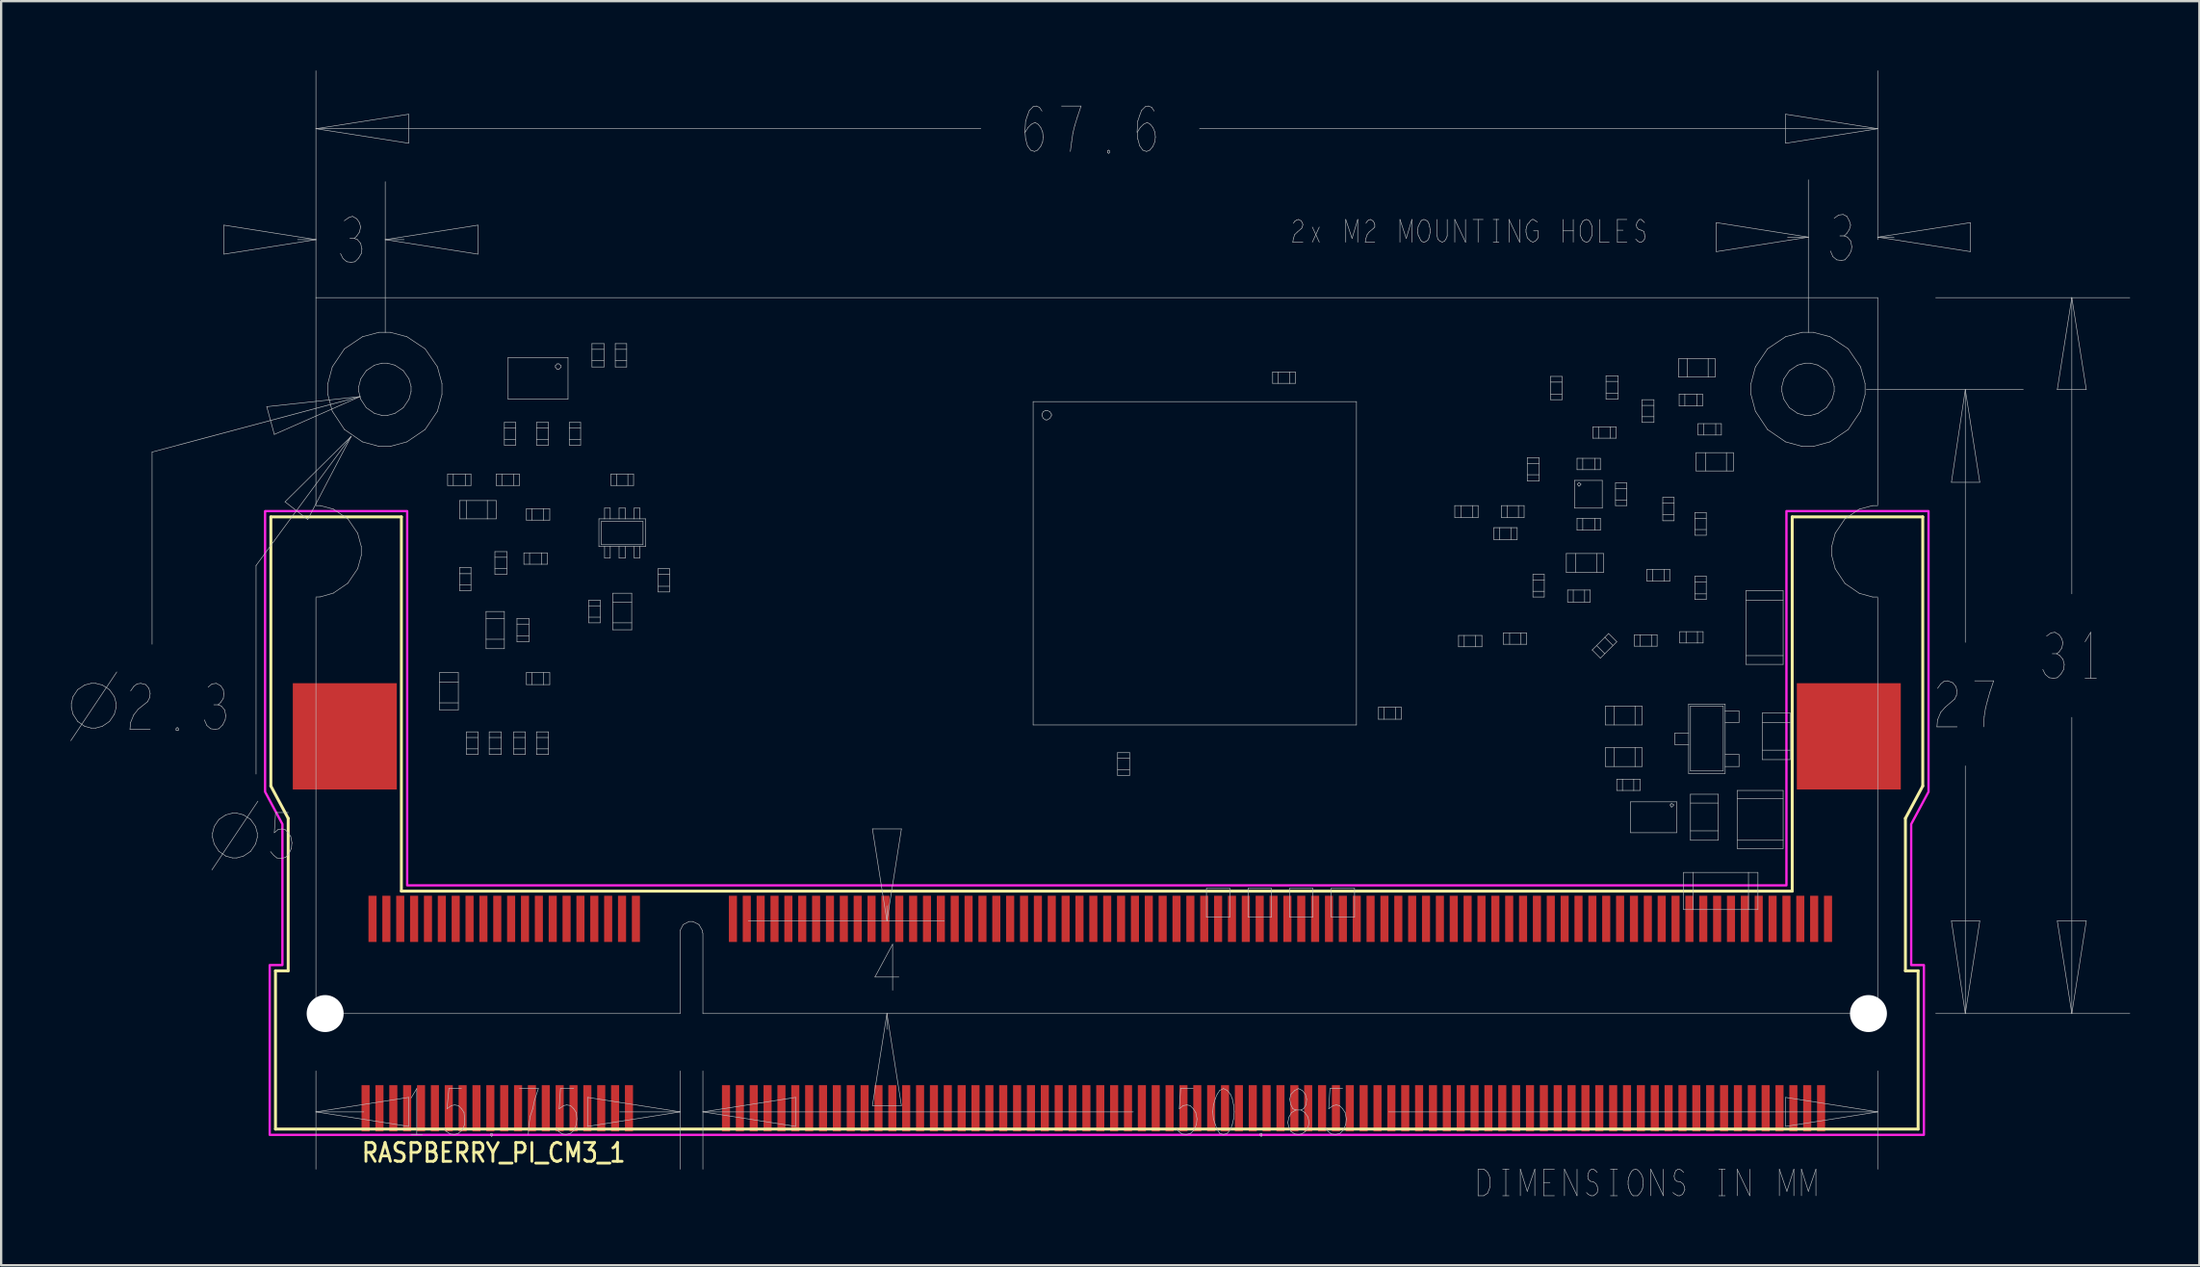
<source format=kicad_pcb>
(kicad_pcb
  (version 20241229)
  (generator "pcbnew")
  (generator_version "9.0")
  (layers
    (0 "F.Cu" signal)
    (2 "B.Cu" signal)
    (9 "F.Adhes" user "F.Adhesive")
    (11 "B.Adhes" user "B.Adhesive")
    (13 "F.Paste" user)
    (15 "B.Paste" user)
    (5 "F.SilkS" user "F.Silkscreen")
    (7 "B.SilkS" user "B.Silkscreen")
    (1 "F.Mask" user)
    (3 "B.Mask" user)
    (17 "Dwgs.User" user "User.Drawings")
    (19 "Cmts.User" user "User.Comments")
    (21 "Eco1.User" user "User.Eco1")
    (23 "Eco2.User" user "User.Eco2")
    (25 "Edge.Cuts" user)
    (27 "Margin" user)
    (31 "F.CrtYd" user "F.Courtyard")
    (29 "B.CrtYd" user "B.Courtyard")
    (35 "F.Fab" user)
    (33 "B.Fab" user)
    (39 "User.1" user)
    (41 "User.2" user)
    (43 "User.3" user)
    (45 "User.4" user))
  (footprint "RASPBERRY_PI_CM3_1"
    (layer "F.Cu")
    (at 44.424 40.823)
    (property "Reference" "RASPBERRY_PI_CM3_1" (at -31.88 6.5 0) (unlocked yes) (layer "F.SilkS") (effects (font (size 0.813 0.695) (thickness 0.122)) (justify left bottom)))
    (fp_line (start -35.75 -21.5) (end -30.1 -21.5) (stroke (width 0.127) (type solid)) (layer "F.SilkS"))
    (fp_line (start -35.75 -9.85) (end -35.75 -21.5) (stroke (width 0.127) (type solid)) (layer "F.SilkS"))
    (fp_line (start -35.75 -9.85) (end -35 -8.45) (stroke (width 0.127) (type solid)) (layer "F.SilkS"))
    (fp_line (start -35.55 -1.85) (end -35.55 5) (stroke (width 0.127) (type solid)) (layer "F.SilkS"))
    (fp_line (start -35.55 -1.85) (end -35 -1.85) (stroke (width 0.127) (type solid)) (layer "F.SilkS"))
    (fp_line (start -35.55 5) (end 35.55 5) (stroke (width 0.127) (type solid)) (layer "F.SilkS"))
    (fp_line (start -35 -1.85) (end -35 -8.45) (stroke (width 0.127) (type solid)) (layer "F.SilkS"))
    (fp_line (start -30.1 -21.5) (end -30.1 -5.3) (stroke (width 0.127) (type solid)) (layer "F.SilkS"))
    (fp_line (start -30.1 -5.3) (end 30.1 -5.3) (stroke (width 0.127) (type solid)) (layer "F.SilkS"))
    (fp_line (start 30.1 -21.5) (end 35.75 -21.5) (stroke (width 0.127) (type solid)) (layer "F.SilkS"))
    (fp_line (start 30.1 -5.3) (end 30.1 -21.5) (stroke (width 0.127) (type solid)) (layer "F.SilkS"))
    (fp_line (start 35 -1.85) (end 35 -8.45) (stroke (width 0.127) (type solid)) (layer "F.SilkS"))
    (fp_line (start 35.55 -1.85) (end 35 -1.85) (stroke (width 0.127) (type solid)) (layer "F.SilkS"))
    (fp_line (start 35.55 5) (end 35.55 -1.85) (stroke (width 0.127) (type solid)) (layer "F.SilkS"))
    (fp_line (start 35.75 -9.85) (end 35 -8.45) (stroke (width 0.127) (type solid)) (layer "F.SilkS"))
    (fp_line (start 35.75 -9.85) (end 35.75 -21.5) (stroke (width 0.127) (type solid)) (layer "F.SilkS"))
    (fp_line (start -44.411 -11.812) (end -42.42 -14.786) (stroke (width 0.025) (type solid)) (layer "Dwgs.User"))
    (fp_line (start -44.384 -13.435) (end -44.384 -13.244) (stroke (width 0.025) (type solid)) (layer "Dwgs.User"))
    (fp_line (start -44.384 -13.244) (end -44.312 -12.956) (stroke (width 0.025) (type solid)) (layer "Dwgs.User"))
    (fp_line (start -44.312 -13.72) (end -44.384 -13.435) (stroke (width 0.025) (type solid)) (layer "Dwgs.User"))
    (fp_line (start -44.312 -12.956) (end -44.112 -12.645) (stroke (width 0.025) (type solid)) (layer "Dwgs.User"))
    (fp_line (start -44.112 -14.022) (end -44.312 -13.72) (stroke (width 0.025) (type solid)) (layer "Dwgs.User"))
    (fp_line (start -44.112 -12.645) (end -43.81 -12.435) (stroke (width 0.025) (type solid)) (layer "Dwgs.User"))
    (fp_line (start -43.81 -14.222) (end -44.112 -14.022) (stroke (width 0.025) (type solid)) (layer "Dwgs.User"))
    (fp_line (start -43.81 -12.435) (end -43.525 -12.358) (stroke (width 0.025) (type solid)) (layer "Dwgs.User"))
    (fp_line (start -43.525 -14.294) (end -43.81 -14.222) (stroke (width 0.025) (type solid)) (layer "Dwgs.User"))
    (fp_line (start -43.525 -12.358) (end -43.334 -12.358) (stroke (width 0.025) (type solid)) (layer "Dwgs.User"))
    (fp_line (start -43.334 -14.294) (end -43.525 -14.294) (stroke (width 0.025) (type solid)) (layer "Dwgs.User"))
    (fp_line (start -43.334 -12.358) (end -43.046 -12.435) (stroke (width 0.025) (type solid)) (layer "Dwgs.User"))
    (fp_line (start -43.046 -14.222) (end -43.334 -14.294) (stroke (width 0.025) (type solid)) (layer "Dwgs.User"))
    (fp_line (start -43.046 -12.435) (end -42.735 -12.645) (stroke (width 0.025) (type solid)) (layer "Dwgs.User"))
    (fp_line (start -42.735 -14.022) (end -43.046 -14.222) (stroke (width 0.025) (type solid)) (layer "Dwgs.User"))
    (fp_line (start -42.735 -12.645) (end -42.525 -12.956) (stroke (width 0.025) (type solid)) (layer "Dwgs.User"))
    (fp_line (start -42.525 -13.72) (end -42.735 -14.022) (stroke (width 0.025) (type solid)) (layer "Dwgs.User"))
    (fp_line (start -42.525 -12.956) (end -42.448 -13.244) (stroke (width 0.025) (type solid)) (layer "Dwgs.User"))
    (fp_line (start -42.448 -13.435) (end -42.525 -13.72) (stroke (width 0.025) (type solid)) (layer "Dwgs.User"))
    (fp_line (start -42.448 -13.244) (end -42.448 -13.435) (stroke (width 0.025) (type solid)) (layer "Dwgs.User"))
    (fp_line (start -41.848 -12.303) (end -40.974 -12.303) (stroke (width 0.025) (type solid)) (layer "Dwgs.User"))
    (fp_line (start -41.82 -13.967) (end -41.684 -14.158) (stroke (width 0.025) (type solid)) (layer "Dwgs.User"))
    (fp_line (start -41.82 -12.603) (end -41.848 -12.303) (stroke (width 0.025) (type solid)) (layer "Dwgs.User"))
    (fp_line (start -41.684 -14.158) (end -41.547 -14.268) (stroke (width 0.025) (type solid)) (layer "Dwgs.User"))
    (fp_line (start -41.684 -12.931) (end -41.82 -12.603) (stroke (width 0.025) (type solid)) (layer "Dwgs.User"))
    (fp_line (start -41.547 -14.268) (end -41.384 -14.294) (stroke (width 0.025) (type solid)) (layer "Dwgs.User"))
    (fp_line (start -41.492 -13.176) (end -41.684 -12.931) (stroke (width 0.025) (type solid)) (layer "Dwgs.User"))
    (fp_line (start -41.384 -14.294) (end -41.165 -14.24) (stroke (width 0.025) (type solid)) (layer "Dwgs.User"))
    (fp_line (start -41.165 -14.24) (end -41.029 -14.076) (stroke (width 0.025) (type solid)) (layer "Dwgs.User"))
    (fp_line (start -41.084 -13.503) (end -41.492 -13.176) (stroke (width 0.025) (type solid)) (layer "Dwgs.User"))
    (fp_line (start -41.029 -14.076) (end -40.974 -13.858) (stroke (width 0.025) (type solid)) (layer "Dwgs.User"))
    (fp_line (start -41.002 -13.667) (end -41.084 -13.503) (stroke (width 0.025) (type solid)) (layer "Dwgs.User"))
    (fp_line (start -40.974 -13.858) (end -41.002 -13.667) (stroke (width 0.025) (type solid)) (layer "Dwgs.User"))
    (fp_line (start -40.892 -24.306) (end -31.89 -26.707) (stroke (width 0.025) (type solid)) (layer "Dwgs.User"))
    (fp_line (start -40.892 -15.986) (end -40.892 -24.306) (stroke (width 0.025) (type solid)) (layer "Dwgs.User"))
    (fp_line (start -39.855 -12.33) (end -39.802 -12.385) (stroke (width 0.025) (type solid)) (layer "Dwgs.User"))
    (fp_line (start -39.855 -12.276) (end -39.855 -12.33) (stroke (width 0.025) (type solid)) (layer "Dwgs.User"))
    (fp_line (start -39.802 -12.385) (end -39.747 -12.33) (stroke (width 0.025) (type solid)) (layer "Dwgs.User"))
    (fp_line (start -39.802 -12.248) (end -39.855 -12.276) (stroke (width 0.025) (type solid)) (layer "Dwgs.User"))
    (fp_line (start -39.747 -12.33) (end -39.747 -12.276) (stroke (width 0.025) (type solid)) (layer "Dwgs.User"))
    (fp_line (start -39.747 -12.276) (end -39.802 -12.248) (stroke (width 0.025) (type solid)) (layer "Dwgs.User"))
    (fp_line (start -38.628 -12.712) (end -38.519 -12.467) (stroke (width 0.025) (type solid)) (layer "Dwgs.User"))
    (fp_line (start -38.519 -12.467) (end -38.356 -12.33) (stroke (width 0.025) (type solid)) (layer "Dwgs.User"))
    (fp_line (start -38.356 -12.33) (end -38.165 -12.303) (stroke (width 0.025) (type solid)) (layer "Dwgs.User"))
    (fp_line (start -38.301 -14.268) (end -38.464 -14.131) (stroke (width 0.025) (type solid)) (layer "Dwgs.User"))
    (fp_line (start -38.301 -6.22) (end -36.31 -9.193) (stroke (width 0.025) (type solid)) (layer "Dwgs.User"))
    (fp_line (start -38.274 -7.815) (end -38.274 -7.624) (stroke (width 0.025) (type solid)) (layer "Dwgs.User"))
    (fp_line (start -38.274 -7.624) (end -38.202 -7.337) (stroke (width 0.025) (type solid)) (layer "Dwgs.User"))
    (fp_line (start -38.202 -8.1) (end -38.274 -7.815) (stroke (width 0.025) (type solid)) (layer "Dwgs.User"))
    (fp_line (start -38.202 -7.337) (end -38.001 -7.025) (stroke (width 0.025) (type solid)) (layer "Dwgs.User"))
    (fp_line (start -38.165 -12.303) (end -38 -12.33) (stroke (width 0.025) (type solid)) (layer "Dwgs.User"))
    (fp_line (start -38.11 -14.294) (end -38.301 -14.268) (stroke (width 0.025) (type solid)) (layer "Dwgs.User"))
    (fp_line (start -38.028 -13.367) (end -38.219 -13.367) (stroke (width 0.025) (type solid)) (layer "Dwgs.User"))
    (fp_line (start -38.028 -13.367) (end -37.919 -13.476) (stroke (width 0.025) (type solid)) (layer "Dwgs.User"))
    (fp_line (start -38.001 -8.402) (end -38.202 -8.1) (stroke (width 0.025) (type solid)) (layer "Dwgs.User"))
    (fp_line (start -38.001 -7.025) (end -37.698 -6.816) (stroke (width 0.025) (type solid)) (layer "Dwgs.User"))
    (fp_line (start -38 -12.33) (end -37.837 -12.494) (stroke (width 0.025) (type solid)) (layer "Dwgs.User"))
    (fp_line (start -37.919 -14.186) (end -38.11 -14.294) (stroke (width 0.025) (type solid)) (layer "Dwgs.User"))
    (fp_line (start -37.919 -13.476) (end -37.809 -13.64) (stroke (width 0.025) (type solid)) (layer "Dwgs.User"))
    (fp_line (start -37.892 -13.312) (end -38.028 -13.367) (stroke (width 0.025) (type solid)) (layer "Dwgs.User"))
    (fp_line (start -37.837 -12.494) (end -37.728 -12.712) (stroke (width 0.025) (type solid)) (layer "Dwgs.User"))
    (fp_line (start -37.809 -14.022) (end -37.919 -14.186) (stroke (width 0.025) (type solid)) (layer "Dwgs.User"))
    (fp_line (start -37.809 -13.64) (end -37.782 -13.831) (stroke (width 0.025) (type solid)) (layer "Dwgs.User"))
    (fp_line (start -37.782 -34.127) (end -33.8 -33.5) (stroke (width 0.025) (type solid)) (layer "Dwgs.User"))
    (fp_line (start -37.782 -32.872) (end -37.782 -34.127) (stroke (width 0.025) (type solid)) (layer "Dwgs.User"))
    (fp_line (start -37.782 -13.831) (end -37.809 -14.022) (stroke (width 0.025) (type solid)) (layer "Dwgs.User"))
    (fp_line (start -37.756 -13.149) (end -37.892 -13.312) (stroke (width 0.025) (type solid)) (layer "Dwgs.User"))
    (fp_line (start -37.728 -12.712) (end -37.701 -12.903) (stroke (width 0.025) (type solid)) (layer "Dwgs.User"))
    (fp_line (start -37.701 -12.903) (end -37.756 -13.149) (stroke (width 0.025) (type solid)) (layer "Dwgs.User"))
    (fp_line (start -37.698 -8.602) (end -38.001 -8.402) (stroke (width 0.025) (type solid)) (layer "Dwgs.User"))
    (fp_line (start -37.698 -6.816) (end -37.414 -6.738) (stroke (width 0.025) (type solid)) (layer "Dwgs.User"))
    (fp_line (start -37.414 -8.675) (end -37.698 -8.602) (stroke (width 0.025) (type solid)) (layer "Dwgs.User"))
    (fp_line (start -37.414 -6.738) (end -37.224 -6.738) (stroke (width 0.025) (type solid)) (layer "Dwgs.User"))
    (fp_line (start -37.224 -8.675) (end -37.414 -8.675) (stroke (width 0.025) (type solid)) (layer "Dwgs.User"))
    (fp_line (start -37.224 -6.738) (end -36.936 -6.816) (stroke (width 0.025) (type solid)) (layer "Dwgs.User"))
    (fp_line (start -36.936 -8.602) (end -37.224 -8.675) (stroke (width 0.025) (type solid)) (layer "Dwgs.User"))
    (fp_line (start -36.936 -6.816) (end -36.624 -7.025) (stroke (width 0.025) (type solid)) (layer "Dwgs.User"))
    (fp_line (start -36.624 -8.402) (end -36.936 -8.602) (stroke (width 0.025) (type solid)) (layer "Dwgs.User"))
    (fp_line (start -36.624 -7.025) (end -36.414 -7.337) (stroke (width 0.025) (type solid)) (layer "Dwgs.User"))
    (fp_line (start -36.414 -8.1) (end -36.624 -8.402) (stroke (width 0.025) (type solid)) (layer "Dwgs.User"))
    (fp_line (start -36.414 -7.337) (end -36.337 -7.624) (stroke (width 0.025) (type solid)) (layer "Dwgs.User"))
    (fp_line (start -36.391 -19.395) (end -32.272 -24.988) (stroke (width 0.025) (type solid)) (layer "Dwgs.User"))
    (fp_line (start -36.391 -10.366) (end -36.391 -19.395) (stroke (width 0.025) (type solid)) (layer "Dwgs.User"))
    (fp_line (start -36.337 -7.815) (end -36.414 -8.1) (stroke (width 0.025) (type solid)) (layer "Dwgs.User"))
    (fp_line (start -36.337 -7.624) (end -36.337 -7.815) (stroke (width 0.025) (type solid)) (layer "Dwgs.User"))
    (fp_line (start -35.928 -26.27) (end -31.89 -26.707) (stroke (width 0.025) (type solid)) (layer "Dwgs.User"))
    (fp_line (start -35.764 -7.011) (end -35.627 -6.848) (stroke (width 0.025) (type solid)) (layer "Dwgs.User"))
    (fp_line (start -35.627 -6.848) (end -35.491 -6.738) (stroke (width 0.025) (type solid)) (layer "Dwgs.User"))
    (fp_line (start -35.6 -25.07) (end -35.928 -26.27) (stroke (width 0.025) (type solid)) (layer "Dwgs.User"))
    (fp_line (start -35.6 -7.829) (end -35.545 -8.702) (stroke (width 0.025) (type solid)) (layer "Dwgs.User"))
    (fp_line (start -35.545 -8.702) (end -35 -8.702) (stroke (width 0.025) (type solid)) (layer "Dwgs.User"))
    (fp_line (start -35.491 -6.738) (end -35.301 -6.71) (stroke (width 0.025) (type solid)) (layer "Dwgs.User"))
    (fp_line (start -35.437 -7.965) (end -35.6 -7.829) (stroke (width 0.025) (type solid)) (layer "Dwgs.User"))
    (fp_line (start -35.301 -6.71) (end -35.109 -6.765) (stroke (width 0.025) (type solid)) (layer "Dwgs.User"))
    (fp_line (start -35.273 -7.993) (end -35.437 -7.965) (stroke (width 0.025) (type solid)) (layer "Dwgs.User"))
    (fp_line (start -35.136 -22.151) (end -32.272 -24.988) (stroke (width 0.025) (type solid)) (layer "Dwgs.User"))
    (fp_line (start -35.136 -7.965) (end -35.273 -7.993) (stroke (width 0.025) (type solid)) (layer "Dwgs.User"))
    (fp_line (start -35.109 -6.765) (end -34.973 -6.901) (stroke (width 0.025) (type solid)) (layer "Dwgs.User"))
    (fp_line (start -35 -7.829) (end -35.136 -7.965) (stroke (width 0.025) (type solid)) (layer "Dwgs.User"))
    (fp_line (start -34.973 -6.901) (end -34.864 -7.147) (stroke (width 0.025) (type solid)) (layer "Dwgs.User"))
    (fp_line (start -34.891 -7.666) (end -35 -7.829) (stroke (width 0.025) (type solid)) (layer "Dwgs.User"))
    (fp_line (start -34.864 -7.147) (end -34.837 -7.393) (stroke (width 0.025) (type solid)) (layer "Dwgs.User"))
    (fp_line (start -34.837 -7.393) (end -34.891 -7.666) (stroke (width 0.025) (type solid)) (layer "Dwgs.User"))
    (fp_line (start -34.154 -21.387) (end -35.136 -22.151) (stroke (width 0.025) (type solid)) (layer "Dwgs.User"))
    (fp_line (start -33.8 -40.81) (end -33.8 -38.301) (stroke (width 0.025) (type solid)) (layer "Dwgs.User"))
    (fp_line (start -33.8 -38.301) (end -33.8 -33.5) (stroke (width 0.025) (type solid)) (layer "Dwgs.User"))
    (fp_line (start -33.8 -38.301) (end -29.79 -38.928) (stroke (width 0.025) (type solid)) (layer "Dwgs.User"))
    (fp_line (start -33.8 -38.301) (end -5.02 -38.301) (stroke (width 0.025) (type solid)) (layer "Dwgs.User"))
    (fp_line (start -33.8 -33.5) (end -37.782 -32.872) (stroke (width 0.025) (type solid)) (layer "Dwgs.User"))
    (fp_line (start -33.8 -33.5) (end -34.591 -33.5) (stroke (width 0.025) (type solid)) (layer "Dwgs.User"))
    (fp_line (start -33.8 -33.5) (end -33.8 -30.99) (stroke (width 0.025) (type solid)) (layer "Dwgs.User"))
    (fp_line (start -33.8 -30.99) (end 33.8 -30.99) (stroke (width 0.025) (type solid)) (layer "Dwgs.User"))
    (fp_line (start -33.8 -22.015) (end -33.8 -30.99) (stroke (width 0.025) (type solid)) (layer "Dwgs.User"))
    (fp_line (start -33.8 -18.032) (end -33.61 -18.037) (stroke (width 0.025) (type solid)) (layer "Dwgs.User"))
    (fp_line (start -33.8 0) (end -33.8 -18.004) (stroke (width 0.025) (type solid)) (layer "Dwgs.User"))
    (fp_line (start -33.8 4.255) (end -33.8 2.483) (stroke (width 0.025) (type solid)) (layer "Dwgs.User"))
    (fp_line (start -33.8 4.255) (end -31.726 4.255) (stroke (width 0.025) (type solid)) (layer "Dwgs.User"))
    (fp_line (start -33.8 4.255) (end -29.79 3.628) (stroke (width 0.025) (type solid)) (layer "Dwgs.User"))
    (fp_line (start -33.8 6.738) (end -33.8 4.255) (stroke (width 0.025) (type solid)) (layer "Dwgs.User"))
    (fp_line (start -33.611 -21.988) (end -33.8 -21.988) (stroke (width 0.025) (type solid)) (layer "Dwgs.User"))
    (fp_line (start -33.61 -18.037) (end -33.045 -18.201) (stroke (width 0.025) (type solid)) (layer "Dwgs.User"))
    (fp_line (start -33.282 -27.274) (end -33.282 -26.794) (stroke (width 0.025) (type solid)) (layer "Dwgs.User"))
    (fp_line (start -33.282 -26.794) (end -33.09 -26.072) (stroke (width 0.025) (type solid)) (layer "Dwgs.User"))
    (fp_line (start -33.09 -27.994) (end -33.282 -27.274) (stroke (width 0.025) (type solid)) (layer "Dwgs.User"))
    (fp_line (start -33.09 -26.072) (end -32.565 -25.282) (stroke (width 0.025) (type solid)) (layer "Dwgs.User"))
    (fp_line (start -33.045 -21.835) (end -33.611 -21.988) (stroke (width 0.025) (type solid)) (layer "Dwgs.User"))
    (fp_line (start -33.045 -18.201) (end -32.419 -18.629) (stroke (width 0.025) (type solid)) (layer "Dwgs.User"))
    (fp_line (start -32.736 -32.9) (end -32.627 -32.681) (stroke (width 0.025) (type solid)) (layer "Dwgs.User"))
    (fp_line (start -32.627 -32.681) (end -32.463 -32.545) (stroke (width 0.025) (type solid)) (layer "Dwgs.User"))
    (fp_line (start -32.565 -28.774) (end -33.09 -27.994) (stroke (width 0.025) (type solid)) (layer "Dwgs.User"))
    (fp_line (start -32.565 -25.282) (end -31.786 -24.747) (stroke (width 0.025) (type solid)) (layer "Dwgs.User"))
    (fp_line (start -32.463 -32.545) (end -32.272 -32.518) (stroke (width 0.025) (type solid)) (layer "Dwgs.User"))
    (fp_line (start -32.419 -21.415) (end -33.045 -21.835) (stroke (width 0.025) (type solid)) (layer "Dwgs.User"))
    (fp_line (start -32.419 -18.629) (end -31.993 -19.256) (stroke (width 0.025) (type solid)) (layer "Dwgs.User"))
    (fp_line (start -32.381 -34.454) (end -32.572 -34.318) (stroke (width 0.025) (type solid)) (layer "Dwgs.User"))
    (fp_line (start -32.272 -32.518) (end -32.108 -32.545) (stroke (width 0.025) (type solid)) (layer "Dwgs.User"))
    (fp_line (start -32.272 -24.988) (end -34.154 -21.387) (stroke (width 0.025) (type solid)) (layer "Dwgs.User"))
    (fp_line (start -32.218 -34.509) (end -32.381 -34.454) (stroke (width 0.025) (type solid)) (layer "Dwgs.User"))
    (fp_line (start -32.136 -33.554) (end -32.327 -33.554) (stroke (width 0.025) (type solid)) (layer "Dwgs.User"))
    (fp_line (start -32.136 -33.554) (end -32.026 -33.663) (stroke (width 0.025) (type solid)) (layer "Dwgs.User"))
    (fp_line (start -32.108 -32.545) (end -31.945 -32.709) (stroke (width 0.025) (type solid)) (layer "Dwgs.User"))
    (fp_line (start -32.026 -34.399) (end -32.218 -34.509) (stroke (width 0.025) (type solid)) (layer "Dwgs.User"))
    (fp_line (start -32.026 -33.663) (end -31.917 -33.827) (stroke (width 0.025) (type solid)) (layer "Dwgs.User"))
    (fp_line (start -32 -33.5) (end -32.136 -33.554) (stroke (width 0.025) (type solid)) (layer "Dwgs.User"))
    (fp_line (start -31.993 -20.791) (end -32.419 -21.415) (stroke (width 0.025) (type solid)) (layer "Dwgs.User"))
    (fp_line (start -31.993 -19.256) (end -31.836 -19.832) (stroke (width 0.025) (type solid)) (layer "Dwgs.User"))
    (fp_line (start -31.945 -32.709) (end -31.836 -32.9) (stroke (width 0.025) (type solid)) (layer "Dwgs.User"))
    (fp_line (start -31.945 -27.145) (end -31.945 -26.924) (stroke (width 0.025) (type solid)) (layer "Dwgs.User"))
    (fp_line (start -31.945 -26.924) (end -31.859 -26.591) (stroke (width 0.025) (type solid)) (layer "Dwgs.User"))
    (fp_line (start -31.917 -34.236) (end -32.026 -34.399) (stroke (width 0.025) (type solid)) (layer "Dwgs.User"))
    (fp_line (start -31.917 -33.827) (end -31.863 -34.045) (stroke (width 0.025) (type solid)) (layer "Dwgs.User"))
    (fp_line (start -31.89 -26.707) (end -35.6 -25.07) (stroke (width 0.025) (type solid)) (layer "Dwgs.User"))
    (fp_line (start -31.863 -34.045) (end -31.917 -34.236) (stroke (width 0.025) (type solid)) (layer "Dwgs.User"))
    (fp_line (start -31.863 -33.336) (end -32 -33.5) (stroke (width 0.025) (type solid)) (layer "Dwgs.User"))
    (fp_line (start -31.859 -27.474) (end -31.945 -27.145) (stroke (width 0.025) (type solid)) (layer "Dwgs.User"))
    (fp_line (start -31.859 -26.591) (end -31.621 -26.226) (stroke (width 0.025) (type solid)) (layer "Dwgs.User"))
    (fp_line (start -31.836 -32.9) (end -31.809 -33.091) (stroke (width 0.025) (type solid)) (layer "Dwgs.User"))
    (fp_line (start -31.836 -20.215) (end -31.993 -20.791) (stroke (width 0.025) (type solid)) (layer "Dwgs.User"))
    (fp_line (start -31.836 -19.832) (end -31.836 -20.215) (stroke (width 0.025) (type solid)) (layer "Dwgs.User"))
    (fp_line (start -31.809 -33.091) (end -31.863 -33.336) (stroke (width 0.025) (type solid)) (layer "Dwgs.User"))
    (fp_line (start -31.786 -29.298) (end -32.565 -28.774) (stroke (width 0.025) (type solid)) (layer "Dwgs.User"))
    (fp_line (start -31.786 -24.747) (end -31.066 -24.551) (stroke (width 0.025) (type solid)) (layer "Dwgs.User"))
    (fp_line (start -31.621 -27.829) (end -31.859 -27.474) (stroke (width 0.025) (type solid)) (layer "Dwgs.User"))
    (fp_line (start -31.621 -26.226) (end -31.266 -25.98) (stroke (width 0.025) (type solid)) (layer "Dwgs.User"))
    (fp_line (start -31.266 -28.067) (end -31.621 -27.829) (stroke (width 0.025) (type solid)) (layer "Dwgs.User"))
    (fp_line (start -31.266 -25.98) (end -30.937 -25.889) (stroke (width 0.025) (type solid)) (layer "Dwgs.User"))
    (fp_line (start -31.066 -29.489) (end -31.786 -29.298) (stroke (width 0.025) (type solid)) (layer "Dwgs.User"))
    (fp_line (start -31.066 -24.551) (end -30.586 -24.551) (stroke (width 0.025) (type solid)) (layer "Dwgs.User"))
    (fp_line (start -30.937 -28.153) (end -31.266 -28.067) (stroke (width 0.025) (type solid)) (layer "Dwgs.User"))
    (fp_line (start -30.937 -25.889) (end -30.716 -25.889) (stroke (width 0.025) (type solid)) (layer "Dwgs.User"))
    (fp_line (start -30.799 -36.01) (end -30.799 -33.5) (stroke (width 0.025) (type solid)) (layer "Dwgs.User"))
    (fp_line (start -30.799 -33.5) (end -30.799 -29.489) (stroke (width 0.025) (type solid)) (layer "Dwgs.User"))
    (fp_line (start -30.799 -33.5) (end -29.98 -33.5) (stroke (width 0.025) (type solid)) (layer "Dwgs.User"))
    (fp_line (start -30.799 -33.5) (end -26.789 -34.127) (stroke (width 0.025) (type solid)) (layer "Dwgs.User"))
    (fp_line (start -30.799 -29.489) (end -31.066 -29.489) (stroke (width 0.025) (type solid)) (layer "Dwgs.User"))
    (fp_line (start -30.716 -28.153) (end -30.937 -28.153) (stroke (width 0.025) (type solid)) (layer "Dwgs.User"))
    (fp_line (start -30.716 -25.889) (end -30.383 -25.98) (stroke (width 0.025) (type solid)) (layer "Dwgs.User"))
    (fp_line (start -30.586 -29.489) (end -30.799 -29.489) (stroke (width 0.025) (type solid)) (layer "Dwgs.User"))
    (fp_line (start -30.586 -24.551) (end -29.863 -24.747) (stroke (width 0.025) (type solid)) (layer "Dwgs.User"))
    (fp_line (start -30.383 -28.067) (end -30.716 -28.153) (stroke (width 0.025) (type solid)) (layer "Dwgs.User"))
    (fp_line (start -30.383 -25.98) (end -30.018 -26.226) (stroke (width 0.025) (type solid)) (layer "Dwgs.User"))
    (fp_line (start -30.018 -27.829) (end -30.383 -28.067) (stroke (width 0.025) (type solid)) (layer "Dwgs.User"))
    (fp_line (start -30.018 -26.226) (end -29.772 -26.591) (stroke (width 0.025) (type solid)) (layer "Dwgs.User"))
    (fp_line (start -29.863 -29.298) (end -30.586 -29.489) (stroke (width 0.025) (type solid)) (layer "Dwgs.User"))
    (fp_line (start -29.863 -24.747) (end -29.074 -25.282) (stroke (width 0.025) (type solid)) (layer "Dwgs.User"))
    (fp_line (start -29.79 -38.928) (end -29.79 -37.673) (stroke (width 0.025) (type solid)) (layer "Dwgs.User"))
    (fp_line (start -29.79 -37.673) (end -33.8 -38.301) (stroke (width 0.025) (type solid)) (layer "Dwgs.User"))
    (fp_line (start -29.79 3.628) (end -29.79 4.883) (stroke (width 0.025) (type solid)) (layer "Dwgs.User"))
    (fp_line (start -29.79 4.883) (end -33.8 4.255) (stroke (width 0.025) (type solid)) (layer "Dwgs.User"))
    (fp_line (start -29.772 -27.474) (end -30.018 -27.829) (stroke (width 0.025) (type solid)) (layer "Dwgs.User"))
    (fp_line (start -29.772 -26.591) (end -29.681 -26.924) (stroke (width 0.025) (type solid)) (layer "Dwgs.User"))
    (fp_line (start -29.681 -27.145) (end -29.772 -27.474) (stroke (width 0.025) (type solid)) (layer "Dwgs.User"))
    (fp_line (start -29.681 -26.924) (end -29.681 -27.145) (stroke (width 0.025) (type solid)) (layer "Dwgs.User"))
    (fp_line (start -29.435 3.246) (end -29.681 3.655) (stroke (width 0.025) (type solid)) (layer "Dwgs.User"))
    (fp_line (start -29.435 5.238) (end -29.435 3.246) (stroke (width 0.025) (type solid)) (layer "Dwgs.User"))
    (fp_line (start -29.189 5.238) (end -29.681 5.238) (stroke (width 0.025) (type solid)) (layer "Dwgs.User"))
    (fp_line (start -29.074 -28.774) (end -29.863 -29.298) (stroke (width 0.025) (type solid)) (layer "Dwgs.User"))
    (fp_line (start -29.074 -25.282) (end -28.54 -26.072) (stroke (width 0.025) (type solid)) (layer "Dwgs.User"))
    (fp_line (start -28.54 -27.994) (end -29.074 -28.774) (stroke (width 0.025) (type solid)) (layer "Dwgs.User"))
    (fp_line (start -28.54 -26.072) (end -28.344 -26.794) (stroke (width 0.025) (type solid)) (layer "Dwgs.User"))
    (fp_line (start -28.453 -14.758) (end -28.453 -13.149) (stroke (width 0.025) (type solid)) (layer "Dwgs.User"))
    (fp_line (start -28.453 -13.149) (end -27.635 -13.149) (stroke (width 0.025) (type solid)) (layer "Dwgs.User"))
    (fp_line (start -28.344 -27.274) (end -28.54 -27.994) (stroke (width 0.025) (type solid)) (layer "Dwgs.User"))
    (fp_line (start -28.344 -26.794) (end -28.344 -27.274) (stroke (width 0.025) (type solid)) (layer "Dwgs.User"))
    (fp_line (start -28.262 4.938) (end -28.152 5.101) (stroke (width 0.025) (type solid)) (layer "Dwgs.User"))
    (fp_line (start -28.152 5.101) (end -27.989 5.211) (stroke (width 0.025) (type solid)) (layer "Dwgs.User"))
    (fp_line (start -28.125 4.119) (end -28.044 3.246) (stroke (width 0.025) (type solid)) (layer "Dwgs.User"))
    (fp_line (start -28.099 -23.351) (end -27.089 -23.351) (stroke (width 0.025) (type solid)) (layer "Dwgs.User"))
    (fp_line (start -28.099 -22.86) (end -28.099 -23.351) (stroke (width 0.025) (type solid)) (layer "Dwgs.User"))
    (fp_line (start -28.044 3.246) (end -27.499 3.246) (stroke (width 0.025) (type solid)) (layer "Dwgs.User"))
    (fp_line (start -27.989 5.211) (end -27.798 5.238) (stroke (width 0.025) (type solid)) (layer "Dwgs.User"))
    (fp_line (start -27.934 3.983) (end -28.125 4.119) (stroke (width 0.025) (type solid)) (layer "Dwgs.User"))
    (fp_line (start -27.853 -23.351) (end -27.853 -22.86) (stroke (width 0.025) (type solid)) (layer "Dwgs.User"))
    (fp_line (start -27.798 3.956) (end -27.934 3.983) (stroke (width 0.025) (type solid)) (layer "Dwgs.User"))
    (fp_line (start -27.798 5.238) (end -27.635 5.183) (stroke (width 0.025) (type solid)) (layer "Dwgs.User"))
    (fp_line (start -27.635 -14.758) (end -28.453 -14.758) (stroke (width 0.025) (type solid)) (layer "Dwgs.User"))
    (fp_line (start -27.635 -14.349) (end -28.453 -14.349) (stroke (width 0.025) (type solid)) (layer "Dwgs.User"))
    (fp_line (start -27.635 -13.449) (end -28.453 -13.449) (stroke (width 0.025) (type solid)) (layer "Dwgs.User"))
    (fp_line (start -27.635 -13.149) (end -27.635 -14.758) (stroke (width 0.025) (type solid)) (layer "Dwgs.User"))
    (fp_line (start -27.635 3.983) (end -27.798 3.956) (stroke (width 0.025) (type solid)) (layer "Dwgs.User"))
    (fp_line (start -27.635 5.183) (end -27.471 5.047) (stroke (width 0.025) (type solid)) (layer "Dwgs.User"))
    (fp_line (start -27.58 -22.206) (end -27.58 -21.415) (stroke (width 0.025) (type solid)) (layer "Dwgs.User"))
    (fp_line (start -27.58 -21.415) (end -26.38 -21.415) (stroke (width 0.025) (type solid)) (layer "Dwgs.User"))
    (fp_line (start -27.58 -19.314) (end -27.089 -19.314) (stroke (width 0.025) (type solid)) (layer "Dwgs.User"))
    (fp_line (start -27.58 -19.041) (end -27.58 -19.314) (stroke (width 0.025) (type solid)) (layer "Dwgs.User"))
    (fp_line (start -27.58 -18.305) (end -27.58 -19.041) (stroke (width 0.025) (type solid)) (layer "Dwgs.User"))
    (fp_line (start -27.499 4.119) (end -27.635 3.983) (stroke (width 0.025) (type solid)) (layer "Dwgs.User"))
    (fp_line (start -27.471 5.047) (end -27.361 4.802) (stroke (width 0.025) (type solid)) (layer "Dwgs.User"))
    (fp_line (start -27.389 4.283) (end -27.499 4.119) (stroke (width 0.025) (type solid)) (layer "Dwgs.User"))
    (fp_line (start -27.361 4.556) (end -27.389 4.283) (stroke (width 0.025) (type solid)) (layer "Dwgs.User"))
    (fp_line (start -27.361 4.802) (end -27.361 4.556) (stroke (width 0.025) (type solid)) (layer "Dwgs.User"))
    (fp_line (start -27.334 -23.351) (end -27.334 -22.86) (stroke (width 0.025) (type solid)) (layer "Dwgs.User"))
    (fp_line (start -27.28 -21.415) (end -27.28 -22.206) (stroke (width 0.025) (type solid)) (layer "Dwgs.User"))
    (fp_line (start -27.28 -12.194) (end -26.789 -12.194) (stroke (width 0.025) (type solid)) (layer "Dwgs.User"))
    (fp_line (start -27.28 -11.212) (end -27.28 -12.194) (stroke (width 0.025) (type solid)) (layer "Dwgs.User"))
    (fp_line (start -27.089 -23.351) (end -27.089 -22.86) (stroke (width 0.025) (type solid)) (layer "Dwgs.User"))
    (fp_line (start -27.089 -22.86) (end -28.099 -22.86) (stroke (width 0.025) (type solid)) (layer "Dwgs.User"))
    (fp_line (start -27.089 -19.314) (end -27.089 -18.305) (stroke (width 0.025) (type solid)) (layer "Dwgs.User"))
    (fp_line (start -27.089 -19.041) (end -27.58 -19.041) (stroke (width 0.025) (type solid)) (layer "Dwgs.User"))
    (fp_line (start -27.089 -18.55) (end -27.58 -18.55) (stroke (width 0.025) (type solid)) (layer "Dwgs.User"))
    (fp_line (start -27.089 -18.305) (end -27.58 -18.305) (stroke (width 0.025) (type solid)) (layer "Dwgs.User"))
    (fp_line (start -26.789 -34.127) (end -26.789 -32.872) (stroke (width 0.025) (type solid)) (layer "Dwgs.User"))
    (fp_line (start -26.789 -32.872) (end -30.799 -33.5) (stroke (width 0.025) (type solid)) (layer "Dwgs.User"))
    (fp_line (start -26.789 -12.194) (end -26.789 -11.212) (stroke (width 0.025) (type solid)) (layer "Dwgs.User"))
    (fp_line (start -26.789 -11.949) (end -27.28 -11.949) (stroke (width 0.025) (type solid)) (layer "Dwgs.User"))
    (fp_line (start -26.789 -11.457) (end -27.28 -11.457) (stroke (width 0.025) (type solid)) (layer "Dwgs.User"))
    (fp_line (start -26.789 -11.212) (end -27.28 -11.212) (stroke (width 0.025) (type solid)) (layer "Dwgs.User"))
    (fp_line (start -26.434 -17.404) (end -26.434 -15.795) (stroke (width 0.025) (type solid)) (layer "Dwgs.User"))
    (fp_line (start -26.434 -17.105) (end -25.643 -17.105) (stroke (width 0.025) (type solid)) (layer "Dwgs.User"))
    (fp_line (start -26.434 -16.204) (end -25.643 -16.204) (stroke (width 0.025) (type solid)) (layer "Dwgs.User"))
    (fp_line (start -26.434 -15.795) (end -25.643 -15.795) (stroke (width 0.025) (type solid)) (layer "Dwgs.User"))
    (fp_line (start -26.38 -22.206) (end -27.58 -22.206) (stroke (width 0.025) (type solid)) (layer "Dwgs.User"))
    (fp_line (start -26.38 -21.415) (end -26.38 -22.206) (stroke (width 0.025) (type solid)) (layer "Dwgs.User"))
    (fp_line (start -26.38 -21.415) (end -25.998 -21.415) (stroke (width 0.025) (type solid)) (layer "Dwgs.User"))
    (fp_line (start -26.298 -12.194) (end -25.78 -12.194) (stroke (width 0.025) (type solid)) (layer "Dwgs.User"))
    (fp_line (start -26.298 -11.212) (end -26.298 -12.194) (stroke (width 0.025) (type solid)) (layer "Dwgs.User"))
    (fp_line (start -26.244 5.211) (end -26.189 5.183) (stroke (width 0.025) (type solid)) (layer "Dwgs.User"))
    (fp_line (start -26.244 5.265) (end -26.244 5.211) (stroke (width 0.025) (type solid)) (layer "Dwgs.User"))
    (fp_line (start -26.189 5.183) (end -26.161 5.211) (stroke (width 0.025) (type solid)) (layer "Dwgs.User"))
    (fp_line (start -26.189 5.32) (end -26.244 5.265) (stroke (width 0.025) (type solid)) (layer "Dwgs.User"))
    (fp_line (start -26.161 5.211) (end -26.161 5.265) (stroke (width 0.025) (type solid)) (layer "Dwgs.User"))
    (fp_line (start -26.161 5.265) (end -26.189 5.32) (stroke (width 0.025) (type solid)) (layer "Dwgs.User"))
    (fp_line (start -26.053 -19.996) (end -25.534 -19.996) (stroke (width 0.025) (type solid)) (layer "Dwgs.User"))
    (fp_line (start -26.053 -19.014) (end -26.053 -19.996) (stroke (width 0.025) (type solid)) (layer "Dwgs.User"))
    (fp_line (start -25.998 -23.351) (end -24.989 -23.351) (stroke (width 0.025) (type solid)) (layer "Dwgs.User"))
    (fp_line (start -25.998 -22.86) (end -25.998 -23.351) (stroke (width 0.025) (type solid)) (layer "Dwgs.User"))
    (fp_line (start -25.998 -22.206) (end -26.38 -22.206) (stroke (width 0.025) (type solid)) (layer "Dwgs.User"))
    (fp_line (start -25.998 -21.415) (end -25.998 -22.206) (stroke (width 0.025) (type solid)) (layer "Dwgs.User"))
    (fp_line (start -25.78 -12.194) (end -25.78 -11.212) (stroke (width 0.025) (type solid)) (layer "Dwgs.User"))
    (fp_line (start -25.78 -11.949) (end -26.298 -11.949) (stroke (width 0.025) (type solid)) (layer "Dwgs.User"))
    (fp_line (start -25.78 -11.457) (end -26.298 -11.457) (stroke (width 0.025) (type solid)) (layer "Dwgs.User"))
    (fp_line (start -25.78 -11.212) (end -26.298 -11.212) (stroke (width 0.025) (type solid)) (layer "Dwgs.User"))
    (fp_line (start -25.752 -22.86) (end -25.752 -23.351) (stroke (width 0.025) (type solid)) (layer "Dwgs.User"))
    (fp_line (start -25.643 -25.588) (end -25.152 -25.588) (stroke (width 0.025) (type solid)) (layer "Dwgs.User"))
    (fp_line (start -25.643 -25.343) (end -25.152 -25.343) (stroke (width 0.025) (type solid)) (layer "Dwgs.User"))
    (fp_line (start -25.643 -24.852) (end -25.152 -24.852) (stroke (width 0.025) (type solid)) (layer "Dwgs.User"))
    (fp_line (start -25.643 -24.606) (end -25.643 -25.588) (stroke (width 0.025) (type solid)) (layer "Dwgs.User"))
    (fp_line (start -25.643 -17.404) (end -26.434 -17.404) (stroke (width 0.025) (type solid)) (layer "Dwgs.User"))
    (fp_line (start -25.643 -15.795) (end -25.643 -17.404) (stroke (width 0.025) (type solid)) (layer "Dwgs.User"))
    (fp_line (start -25.534 -19.996) (end -25.534 -19.014) (stroke (width 0.025) (type solid)) (layer "Dwgs.User"))
    (fp_line (start -25.534 -19.751) (end -26.053 -19.751) (stroke (width 0.025) (type solid)) (layer "Dwgs.User"))
    (fp_line (start -25.534 -19.259) (end -26.053 -19.259) (stroke (width 0.025) (type solid)) (layer "Dwgs.User"))
    (fp_line (start -25.534 -19.014) (end -26.053 -19.014) (stroke (width 0.025) (type solid)) (layer "Dwgs.User"))
    (fp_line (start -25.48 -28.399) (end -22.888 -28.399) (stroke (width 0.025) (type solid)) (layer "Dwgs.User"))
    (fp_line (start -25.48 -26.597) (end -25.48 -28.399) (stroke (width 0.025) (type solid)) (layer "Dwgs.User"))
    (fp_line (start -25.234 -22.86) (end -25.234 -23.351) (stroke (width 0.025) (type solid)) (layer "Dwgs.User"))
    (fp_line (start -25.234 -12.194) (end -24.743 -12.194) (stroke (width 0.025) (type solid)) (layer "Dwgs.User"))
    (fp_line (start -25.234 -11.212) (end -25.234 -12.194) (stroke (width 0.025) (type solid)) (layer "Dwgs.User"))
    (fp_line (start -25.152 -25.588) (end -25.152 -24.606) (stroke (width 0.025) (type solid)) (layer "Dwgs.User"))
    (fp_line (start -25.152 -24.606) (end -25.643 -24.606) (stroke (width 0.025) (type solid)) (layer "Dwgs.User"))
    (fp_line (start -25.097 -17.105) (end -24.579 -17.105) (stroke (width 0.025) (type solid)) (layer "Dwgs.User"))
    (fp_line (start -25.097 -16.095) (end -25.097 -17.105) (stroke (width 0.025) (type solid)) (layer "Dwgs.User"))
    (fp_line (start -24.989 -23.351) (end -24.989 -22.86) (stroke (width 0.025) (type solid)) (layer "Dwgs.User"))
    (fp_line (start -24.989 -22.86) (end -25.998 -22.86) (stroke (width 0.025) (type solid)) (layer "Dwgs.User"))
    (fp_line (start -24.798 -19.942) (end -24.034 -19.942) (stroke (width 0.025) (type solid)) (layer "Dwgs.User"))
    (fp_line (start -24.798 -19.45) (end -24.798 -19.942) (stroke (width 0.025) (type solid)) (layer "Dwgs.User"))
    (fp_line (start -24.743 -12.194) (end -24.743 -11.212) (stroke (width 0.025) (type solid)) (layer "Dwgs.User"))
    (fp_line (start -24.743 -11.949) (end -25.234 -11.949) (stroke (width 0.025) (type solid)) (layer "Dwgs.User"))
    (fp_line (start -24.743 -11.457) (end -25.234 -11.457) (stroke (width 0.025) (type solid)) (layer "Dwgs.User"))
    (fp_line (start -24.743 -11.212) (end -25.234 -11.212) (stroke (width 0.025) (type solid)) (layer "Dwgs.User"))
    (fp_line (start -24.688 -21.851) (end -23.952 -21.851) (stroke (width 0.025) (type solid)) (layer "Dwgs.User"))
    (fp_line (start -24.688 -21.36) (end -24.688 -21.851) (stroke (width 0.025) (type solid)) (layer "Dwgs.User"))
    (fp_line (start -24.688 -14.758) (end -23.952 -14.758) (stroke (width 0.025) (type solid)) (layer "Dwgs.User"))
    (fp_line (start -24.688 -14.24) (end -24.688 -14.758) (stroke (width 0.025) (type solid)) (layer "Dwgs.User"))
    (fp_line (start -24.607 5.238) (end -24.579 4.802) (stroke (width 0.025) (type solid)) (layer "Dwgs.User"))
    (fp_line (start -24.579 -17.105) (end -24.579 -16.095) (stroke (width 0.025) (type solid)) (layer "Dwgs.User"))
    (fp_line (start -24.579 -16.859) (end -25.097 -16.859) (stroke (width 0.025) (type solid)) (layer "Dwgs.User"))
    (fp_line (start -24.579 -16.34) (end -25.097 -16.34) (stroke (width 0.025) (type solid)) (layer "Dwgs.User"))
    (fp_line (start -24.579 -16.095) (end -25.097 -16.095) (stroke (width 0.025) (type solid)) (layer "Dwgs.User"))
    (fp_line (start -24.579 4.802) (end -24.525 4.447) (stroke (width 0.025) (type solid)) (layer "Dwgs.User"))
    (fp_line (start -24.552 -19.45) (end -24.552 -19.942) (stroke (width 0.025) (type solid)) (layer "Dwgs.User"))
    (fp_line (start -24.525 4.447) (end -24.415 4.119) (stroke (width 0.025) (type solid)) (layer "Dwgs.User"))
    (fp_line (start -24.442 -21.36) (end -24.442 -21.851) (stroke (width 0.025) (type solid)) (layer "Dwgs.User"))
    (fp_line (start -24.442 -14.758) (end -24.442 -14.24) (stroke (width 0.025) (type solid)) (layer "Dwgs.User"))
    (fp_line (start -24.415 4.119) (end -24.334 3.738) (stroke (width 0.025) (type solid)) (layer "Dwgs.User"))
    (fp_line (start -24.334 3.738) (end -24.17 3.246) (stroke (width 0.025) (type solid)) (layer "Dwgs.User"))
    (fp_line (start -24.251 -25.588) (end -23.734 -25.588) (stroke (width 0.025) (type solid)) (layer "Dwgs.User"))
    (fp_line (start -24.251 -25.343) (end -23.734 -25.343) (stroke (width 0.025) (type solid)) (layer "Dwgs.User"))
    (fp_line (start -24.251 -24.852) (end -23.734 -24.852) (stroke (width 0.025) (type solid)) (layer "Dwgs.User"))
    (fp_line (start -24.251 -24.606) (end -24.251 -25.588) (stroke (width 0.025) (type solid)) (layer "Dwgs.User"))
    (fp_line (start -24.251 -12.194) (end -23.734 -12.194) (stroke (width 0.025) (type solid)) (layer "Dwgs.User"))
    (fp_line (start -24.251 -11.212) (end -24.251 -12.194) (stroke (width 0.025) (type solid)) (layer "Dwgs.User"))
    (fp_line (start -24.17 3.246) (end -24.989 3.246) (stroke (width 0.025) (type solid)) (layer "Dwgs.User"))
    (fp_line (start -24.034 -19.942) (end -23.788 -19.942) (stroke (width 0.025) (type solid)) (layer "Dwgs.User"))
    (fp_line (start -24.034 -19.45) (end -24.798 -19.45) (stroke (width 0.025) (type solid)) (layer "Dwgs.User"))
    (fp_line (start -24.034 -19.45) (end -24.034 -19.942) (stroke (width 0.025) (type solid)) (layer "Dwgs.User"))
    (fp_line (start -23.952 -21.851) (end -23.679 -21.851) (stroke (width 0.025) (type solid)) (layer "Dwgs.User"))
    (fp_line (start -23.952 -21.36) (end -24.688 -21.36) (stroke (width 0.025) (type solid)) (layer "Dwgs.User"))
    (fp_line (start -23.952 -21.36) (end -23.952 -21.851) (stroke (width 0.025) (type solid)) (layer "Dwgs.User"))
    (fp_line (start -23.952 -14.758) (end -23.952 -14.24) (stroke (width 0.025) (type solid)) (layer "Dwgs.User"))
    (fp_line (start -23.952 -14.758) (end -23.679 -14.758) (stroke (width 0.025) (type solid)) (layer "Dwgs.User"))
    (fp_line (start -23.952 -14.24) (end -24.688 -14.24) (stroke (width 0.025) (type solid)) (layer "Dwgs.User"))
    (fp_line (start -23.788 -19.942) (end -23.788 -19.45) (stroke (width 0.025) (type solid)) (layer "Dwgs.User"))
    (fp_line (start -23.788 -19.45) (end -24.034 -19.45) (stroke (width 0.025) (type solid)) (layer "Dwgs.User"))
    (fp_line (start -23.734 -25.588) (end -23.734 -24.606) (stroke (width 0.025) (type solid)) (layer "Dwgs.User"))
    (fp_line (start -23.734 -24.606) (end -24.251 -24.606) (stroke (width 0.025) (type solid)) (layer "Dwgs.User"))
    (fp_line (start -23.734 -12.194) (end -23.734 -11.212) (stroke (width 0.025) (type solid)) (layer "Dwgs.User"))
    (fp_line (start -23.734 -11.949) (end -24.251 -11.949) (stroke (width 0.025) (type solid)) (layer "Dwgs.User"))
    (fp_line (start -23.734 -11.457) (end -24.251 -11.457) (stroke (width 0.025) (type solid)) (layer "Dwgs.User"))
    (fp_line (start -23.734 -11.212) (end -24.251 -11.212) (stroke (width 0.025) (type solid)) (layer "Dwgs.User"))
    (fp_line (start -23.679 -21.851) (end -23.679 -21.36) (stroke (width 0.025) (type solid)) (layer "Dwgs.User"))
    (fp_line (start -23.679 -21.36) (end -23.952 -21.36) (stroke (width 0.025) (type solid)) (layer "Dwgs.User"))
    (fp_line (start -23.679 -14.758) (end -23.679 -14.24) (stroke (width 0.025) (type solid)) (layer "Dwgs.User"))
    (fp_line (start -23.679 -14.24) (end -23.952 -14.24) (stroke (width 0.025) (type solid)) (layer "Dwgs.User"))
    (fp_line (start -23.434 -28.044) (end -23.434 -27.983) (stroke (width 0.025) (type solid)) (layer "Dwgs.User"))
    (fp_line (start -23.434 -27.983) (end -23.352 -27.88) (stroke (width 0.025) (type solid)) (layer "Dwgs.User"))
    (fp_line (start -23.407 4.938) (end -23.297 5.101) (stroke (width 0.025) (type solid)) (layer "Dwgs.User"))
    (fp_line (start -23.352 -28.125) (end -23.434 -28.044) (stroke (width 0.025) (type solid)) (layer "Dwgs.User"))
    (fp_line (start -23.352 -27.88) (end -23.29 -27.88) (stroke (width 0.025) (type solid)) (layer "Dwgs.User"))
    (fp_line (start -23.297 5.101) (end -23.134 5.211) (stroke (width 0.025) (type solid)) (layer "Dwgs.User"))
    (fp_line (start -23.29 -28.125) (end -23.352 -28.125) (stroke (width 0.025) (type solid)) (layer "Dwgs.User"))
    (fp_line (start -23.29 -27.88) (end -23.188 -27.983) (stroke (width 0.025) (type solid)) (layer "Dwgs.User"))
    (fp_line (start -23.27 4.119) (end -23.215 3.246) (stroke (width 0.025) (type solid)) (layer "Dwgs.User"))
    (fp_line (start -23.215 3.246) (end -22.642 3.246) (stroke (width 0.025) (type solid)) (layer "Dwgs.User"))
    (fp_line (start -23.188 -28.044) (end -23.29 -28.125) (stroke (width 0.025) (type solid)) (layer "Dwgs.User"))
    (fp_line (start -23.188 -27.983) (end -23.188 -28.044) (stroke (width 0.025) (type solid)) (layer "Dwgs.User"))
    (fp_line (start -23.134 5.211) (end -22.97 5.238) (stroke (width 0.025) (type solid)) (layer "Dwgs.User"))
    (fp_line (start -23.079 3.983) (end -23.27 4.119) (stroke (width 0.025) (type solid)) (layer "Dwgs.User"))
    (fp_line (start -22.97 5.238) (end -22.779 5.183) (stroke (width 0.025) (type solid)) (layer "Dwgs.User"))
    (fp_line (start -22.943 3.956) (end -23.079 3.983) (stroke (width 0.025) (type solid)) (layer "Dwgs.User"))
    (fp_line (start -22.888 -28.399) (end -22.888 -26.597) (stroke (width 0.025) (type solid)) (layer "Dwgs.User"))
    (fp_line (start -22.888 -26.597) (end -25.48 -26.597) (stroke (width 0.025) (type solid)) (layer "Dwgs.User"))
    (fp_line (start -22.833 -25.588) (end -22.343 -25.588) (stroke (width 0.025) (type solid)) (layer "Dwgs.User"))
    (fp_line (start -22.833 -25.343) (end -22.343 -25.343) (stroke (width 0.025) (type solid)) (layer "Dwgs.User"))
    (fp_line (start -22.833 -24.852) (end -22.343 -24.852) (stroke (width 0.025) (type solid)) (layer "Dwgs.User"))
    (fp_line (start -22.833 -24.606) (end -22.833 -25.588) (stroke (width 0.025) (type solid)) (layer "Dwgs.User"))
    (fp_line (start -22.779 3.983) (end -22.943 3.956) (stroke (width 0.025) (type solid)) (layer "Dwgs.User"))
    (fp_line (start -22.779 5.183) (end -22.615 5.047) (stroke (width 0.025) (type solid)) (layer "Dwgs.User"))
    (fp_line (start -22.642 4.119) (end -22.779 3.983) (stroke (width 0.025) (type solid)) (layer "Dwgs.User"))
    (fp_line (start -22.615 5.047) (end -22.533 4.802) (stroke (width 0.025) (type solid)) (layer "Dwgs.User"))
    (fp_line (start -22.533 4.283) (end -22.642 4.119) (stroke (width 0.025) (type solid)) (layer "Dwgs.User"))
    (fp_line (start -22.533 4.802) (end -22.506 4.556) (stroke (width 0.025) (type solid)) (layer "Dwgs.User"))
    (fp_line (start -22.506 4.556) (end -22.533 4.283) (stroke (width 0.025) (type solid)) (layer "Dwgs.User"))
    (fp_line (start -22.343 -25.588) (end -22.343 -24.606) (stroke (width 0.025) (type solid)) (layer "Dwgs.User"))
    (fp_line (start -22.343 -24.606) (end -22.833 -24.606) (stroke (width 0.025) (type solid)) (layer "Dwgs.User"))
    (fp_line (start -22.042 3.628) (end -18.032 4.255) (stroke (width 0.025) (type solid)) (layer "Dwgs.User"))
    (fp_line (start -22.042 4.883) (end -22.042 3.628) (stroke (width 0.025) (type solid)) (layer "Dwgs.User"))
    (fp_line (start -21.988 -17.896) (end -21.497 -17.896) (stroke (width 0.025) (type solid)) (layer "Dwgs.User"))
    (fp_line (start -21.988 -17.65) (end -21.497 -17.65) (stroke (width 0.025) (type solid)) (layer "Dwgs.User"))
    (fp_line (start -21.988 -17.159) (end -21.497 -17.159) (stroke (width 0.025) (type solid)) (layer "Dwgs.User"))
    (fp_line (start -21.988 -16.914) (end -21.988 -17.896) (stroke (width 0.025) (type solid)) (layer "Dwgs.User"))
    (fp_line (start -21.851 -28.999) (end -21.333 -28.999) (stroke (width 0.025) (type solid)) (layer "Dwgs.User"))
    (fp_line (start -21.851 -27.989) (end -21.851 -28.999) (stroke (width 0.025) (type solid)) (layer "Dwgs.User"))
    (fp_line (start -21.551 -21.415) (end -21.306 -21.415) (stroke (width 0.025) (type solid)) (layer "Dwgs.User"))
    (fp_line (start -21.551 -20.214) (end -21.551 -21.415) (stroke (width 0.025) (type solid)) (layer "Dwgs.User"))
    (fp_line (start -21.497 -17.896) (end -21.497 -16.914) (stroke (width 0.025) (type solid)) (layer "Dwgs.User"))
    (fp_line (start -21.497 -16.914) (end -21.988 -16.914) (stroke (width 0.025) (type solid)) (layer "Dwgs.User"))
    (fp_line (start -21.442 -21.305) (end -19.642 -21.305) (stroke (width 0.025) (type solid)) (layer "Dwgs.User"))
    (fp_line (start -21.442 -20.296) (end -21.442 -21.305) (stroke (width 0.025) (type solid)) (layer "Dwgs.User"))
    (fp_line (start -21.333 -28.999) (end -21.333 -27.989) (stroke (width 0.025) (type solid)) (layer "Dwgs.User"))
    (fp_line (start -21.333 -28.753) (end -21.851 -28.753) (stroke (width 0.025) (type solid)) (layer "Dwgs.User"))
    (fp_line (start -21.333 -28.262) (end -21.851 -28.262) (stroke (width 0.025) (type solid)) (layer "Dwgs.User"))
    (fp_line (start -21.333 -27.989) (end -21.851 -27.989) (stroke (width 0.025) (type solid)) (layer "Dwgs.User"))
    (fp_line (start -21.306 -21.878) (end -21.06 -21.878) (stroke (width 0.025) (type solid)) (layer "Dwgs.User"))
    (fp_line (start -21.306 -21.415) (end -21.306 -21.878) (stroke (width 0.025) (type solid)) (layer "Dwgs.User"))
    (fp_line (start -21.306 -21.415) (end -21.06 -21.415) (stroke (width 0.025) (type solid)) (layer "Dwgs.User"))
    (fp_line (start -21.306 -20.214) (end -21.551 -20.214) (stroke (width 0.025) (type solid)) (layer "Dwgs.User"))
    (fp_line (start -21.306 -20.214) (end -21.306 -19.723) (stroke (width 0.025) (type solid)) (layer "Dwgs.User"))
    (fp_line (start -21.306 -19.723) (end -21.06 -19.723) (stroke (width 0.025) (type solid)) (layer "Dwgs.User"))
    (fp_line (start -21.06 -21.878) (end -21.06 -21.415) (stroke (width 0.025) (type solid)) (layer "Dwgs.User"))
    (fp_line (start -21.06 -21.415) (end -20.678 -21.415) (stroke (width 0.025) (type solid)) (layer "Dwgs.User"))
    (fp_line (start -21.06 -20.214) (end -21.306 -20.214) (stroke (width 0.025) (type solid)) (layer "Dwgs.User"))
    (fp_line (start -21.06 -19.723) (end -21.06 -20.214) (stroke (width 0.025) (type solid)) (layer "Dwgs.User"))
    (fp_line (start -21.033 -23.351) (end -20.051 -23.351) (stroke (width 0.025) (type solid)) (layer "Dwgs.User"))
    (fp_line (start -21.033 -22.86) (end -21.033 -23.351) (stroke (width 0.025) (type solid)) (layer "Dwgs.User"))
    (fp_line (start -20.951 -18.195) (end -20.951 -16.613) (stroke (width 0.025) (type solid)) (layer "Dwgs.User"))
    (fp_line (start -20.951 -16.613) (end -20.132 -16.613) (stroke (width 0.025) (type solid)) (layer "Dwgs.User"))
    (fp_line (start -20.842 -28.999) (end -20.35 -28.999) (stroke (width 0.025) (type solid)) (layer "Dwgs.User"))
    (fp_line (start -20.842 -28.753) (end -20.35 -28.753) (stroke (width 0.025) (type solid)) (layer "Dwgs.User"))
    (fp_line (start -20.842 -28.262) (end -20.35 -28.262) (stroke (width 0.025) (type solid)) (layer "Dwgs.User"))
    (fp_line (start -20.842 -27.989) (end -20.842 -28.999) (stroke (width 0.025) (type solid)) (layer "Dwgs.User"))
    (fp_line (start -20.787 -23.351) (end -20.787 -22.86) (stroke (width 0.025) (type solid)) (layer "Dwgs.User"))
    (fp_line (start -20.678 -21.878) (end -20.405 -21.878) (stroke (width 0.025) (type solid)) (layer "Dwgs.User"))
    (fp_line (start -20.678 -21.415) (end -20.678 -21.878) (stroke (width 0.025) (type solid)) (layer "Dwgs.User"))
    (fp_line (start -20.678 -21.415) (end -20.405 -21.415) (stroke (width 0.025) (type solid)) (layer "Dwgs.User"))
    (fp_line (start -20.678 -20.214) (end -21.06 -20.214) (stroke (width 0.025) (type solid)) (layer "Dwgs.User"))
    (fp_line (start -20.678 -20.214) (end -20.678 -19.723) (stroke (width 0.025) (type solid)) (layer "Dwgs.User"))
    (fp_line (start -20.678 -19.723) (end -20.405 -19.723) (stroke (width 0.025) (type solid)) (layer "Dwgs.User"))
    (fp_line (start -20.405 -21.878) (end -20.405 -21.415) (stroke (width 0.025) (type solid)) (layer "Dwgs.User"))
    (fp_line (start -20.405 -21.415) (end -20.023 -21.415) (stroke (width 0.025) (type solid)) (layer "Dwgs.User"))
    (fp_line (start -20.405 -20.214) (end -20.678 -20.214) (stroke (width 0.025) (type solid)) (layer "Dwgs.User"))
    (fp_line (start -20.405 -19.723) (end -20.405 -20.214) (stroke (width 0.025) (type solid)) (layer "Dwgs.User"))
    (fp_line (start -20.35 -28.999) (end -20.35 -27.989) (stroke (width 0.025) (type solid)) (layer "Dwgs.User"))
    (fp_line (start -20.35 -27.989) (end -20.842 -27.989) (stroke (width 0.025) (type solid)) (layer "Dwgs.User"))
    (fp_line (start -20.297 -23.351) (end -20.297 -22.86) (stroke (width 0.025) (type solid)) (layer "Dwgs.User"))
    (fp_line (start -20.132 -18.195) (end -20.951 -18.195) (stroke (width 0.025) (type solid)) (layer "Dwgs.User"))
    (fp_line (start -20.132 -17.813) (end -20.951 -17.813) (stroke (width 0.025) (type solid)) (layer "Dwgs.User"))
    (fp_line (start -20.132 -16.914) (end -20.951 -16.914) (stroke (width 0.025) (type solid)) (layer "Dwgs.User"))
    (fp_line (start -20.132 -16.613) (end -20.132 -18.195) (stroke (width 0.025) (type solid)) (layer "Dwgs.User"))
    (fp_line (start -20.051 -23.351) (end -20.051 -22.86) (stroke (width 0.025) (type solid)) (layer "Dwgs.User"))
    (fp_line (start -20.051 -22.86) (end -21.033 -22.86) (stroke (width 0.025) (type solid)) (layer "Dwgs.User"))
    (fp_line (start -20.023 -21.878) (end -19.778 -21.878) (stroke (width 0.025) (type solid)) (layer "Dwgs.User"))
    (fp_line (start -20.023 -21.415) (end -20.023 -21.878) (stroke (width 0.025) (type solid)) (layer "Dwgs.User"))
    (fp_line (start -20.023 -21.415) (end -19.778 -21.415) (stroke (width 0.025) (type solid)) (layer "Dwgs.User"))
    (fp_line (start -20.023 -20.214) (end -20.405 -20.214) (stroke (width 0.025) (type solid)) (layer "Dwgs.User"))
    (fp_line (start -20.023 -20.214) (end -20.023 -19.723) (stroke (width 0.025) (type solid)) (layer "Dwgs.User"))
    (fp_line (start -20.023 -19.723) (end -19.778 -19.723) (stroke (width 0.025) (type solid)) (layer "Dwgs.User"))
    (fp_line (start -19.778 -21.878) (end -19.778 -21.415) (stroke (width 0.025) (type solid)) (layer "Dwgs.User"))
    (fp_line (start -19.778 -21.415) (end -19.532 -21.415) (stroke (width 0.025) (type solid)) (layer "Dwgs.User"))
    (fp_line (start -19.778 -20.214) (end -20.023 -20.214) (stroke (width 0.025) (type solid)) (layer "Dwgs.User"))
    (fp_line (start -19.778 -19.723) (end -19.778 -20.214) (stroke (width 0.025) (type solid)) (layer "Dwgs.User"))
    (fp_line (start -19.642 -21.305) (end -19.642 -20.296) (stroke (width 0.025) (type solid)) (layer "Dwgs.User"))
    (fp_line (start -19.642 -20.296) (end -21.442 -20.296) (stroke (width 0.025) (type solid)) (layer "Dwgs.User"))
    (fp_line (start -19.532 -21.415) (end -19.532 -20.214) (stroke (width 0.025) (type solid)) (layer "Dwgs.User"))
    (fp_line (start -19.532 -20.214) (end -19.778 -20.214) (stroke (width 0.025) (type solid)) (layer "Dwgs.User"))
    (fp_line (start -18.987 -19.259) (end -18.496 -19.259) (stroke (width 0.025) (type solid)) (layer "Dwgs.User"))
    (fp_line (start -18.987 -19.014) (end -18.987 -19.259) (stroke (width 0.025) (type solid)) (layer "Dwgs.User"))
    (fp_line (start -18.987 -19.014) (end -18.496 -19.014) (stroke (width 0.025) (type solid)) (layer "Dwgs.User"))
    (fp_line (start -18.987 -18.496) (end -18.496 -18.496) (stroke (width 0.025) (type solid)) (layer "Dwgs.User"))
    (fp_line (start -18.987 -18.25) (end -18.987 -19.014) (stroke (width 0.025) (type solid)) (layer "Dwgs.User"))
    (fp_line (start -18.496 -19.259) (end -18.496 -19.014) (stroke (width 0.025) (type solid)) (layer "Dwgs.User"))
    (fp_line (start -18.496 -19.014) (end -18.496 -18.25) (stroke (width 0.025) (type solid)) (layer "Dwgs.User"))
    (fp_line (start -18.496 -18.25) (end -18.987 -18.25) (stroke (width 0.025) (type solid)) (layer "Dwgs.User"))
    (fp_line (start -18.032 -3.603) (end -18.032 0) (stroke (width 0.025) (type solid)) (layer "Dwgs.User"))
    (fp_line (start -18.032 0) (end -33.8 0) (stroke (width 0.025) (type solid)) (layer "Dwgs.User"))
    (fp_line (start -18.032 4.255) (end -22.042 4.883) (stroke (width 0.025) (type solid)) (layer "Dwgs.User"))
    (fp_line (start -18.032 4.255) (end -20.651 4.255) (stroke (width 0.025) (type solid)) (layer "Dwgs.User"))
    (fp_line (start -18.032 6.738) (end -18.032 2.483) (stroke (width 0.025) (type solid)) (layer "Dwgs.User"))
    (fp_line (start -17.902 -3.853) (end -18.032 -3.603) (stroke (width 0.025) (type solid)) (layer "Dwgs.User"))
    (fp_line (start -17.652 -3.983) (end -17.902 -3.853) (stroke (width 0.025) (type solid)) (layer "Dwgs.User"))
    (fp_line (start -17.481 -3.983) (end -17.652 -3.983) (stroke (width 0.025) (type solid)) (layer "Dwgs.User"))
    (fp_line (start -17.221 -3.853) (end -17.481 -3.983) (stroke (width 0.025) (type solid)) (layer "Dwgs.User"))
    (fp_line (start -17.077 -3.603) (end -17.221 -3.853) (stroke (width 0.025) (type solid)) (layer "Dwgs.User"))
    (fp_line (start -17.077 -3.492) (end -17.077 -3.603) (stroke (width 0.025) (type solid)) (layer "Dwgs.User"))
    (fp_line (start -17.05 0) (end -17.05 -3.492) (stroke (width 0.025) (type solid)) (layer "Dwgs.User"))
    (fp_line (start -17.05 4.255) (end -17.05 2.483) (stroke (width 0.025) (type solid)) (layer "Dwgs.User"))
    (fp_line (start -17.05 4.255) (end -13.04 3.628) (stroke (width 0.025) (type solid)) (layer "Dwgs.User"))
    (fp_line (start -17.05 4.255) (end 1.582 4.255) (stroke (width 0.025) (type solid)) (layer "Dwgs.User"))
    (fp_line (start -17.05 6.738) (end -17.05 4.255) (stroke (width 0.025) (type solid)) (layer "Dwgs.User"))
    (fp_line (start -13.04 3.628) (end -13.04 4.883) (stroke (width 0.025) (type solid)) (layer "Dwgs.User"))
    (fp_line (start -13.04 4.883) (end -17.05 4.255) (stroke (width 0.025) (type solid)) (layer "Dwgs.User"))
    (fp_line (start -9.712 -7.993) (end -8.457 -7.993) (stroke (width 0.025) (type solid)) (layer "Dwgs.User"))
    (fp_line (start -9.712 3.983) (end -9.084 0) (stroke (width 0.025) (type solid)) (layer "Dwgs.User"))
    (fp_line (start -9.603 -1.582) (end -8.566 -1.582) (stroke (width 0.025) (type solid)) (layer "Dwgs.User"))
    (fp_line (start -9.084 -4.01) (end -15.086 -4.01) (stroke (width 0.025) (type solid)) (layer "Dwgs.User"))
    (fp_line (start -9.084 -4.01) (end -9.712 -7.993) (stroke (width 0.025) (type solid)) (layer "Dwgs.User"))
    (fp_line (start -9.084 -4.01) (end -9.084 -4.665) (stroke (width 0.025) (type solid)) (layer "Dwgs.User"))
    (fp_line (start -9.084 0) (end -17.05 0) (stroke (width 0.025) (type solid)) (layer "Dwgs.User"))
    (fp_line (start -9.084 0) (end -9.084 0.682) (stroke (width 0.025) (type solid)) (layer "Dwgs.User"))
    (fp_line (start -9.084 0) (end -8.457 3.983) (stroke (width 0.025) (type solid)) (layer "Dwgs.User"))
    (fp_line (start -8.838 -3.001) (end -9.603 -1.582) (stroke (width 0.025) (type solid)) (layer "Dwgs.User"))
    (fp_line (start -8.838 -1.009) (end -8.838 -3.001) (stroke (width 0.025) (type solid)) (layer "Dwgs.User"))
    (fp_line (start -8.457 -7.993) (end -9.084 -4.01) (stroke (width 0.025) (type solid)) (layer "Dwgs.User"))
    (fp_line (start -8.457 3.983) (end -9.712 3.983) (stroke (width 0.025) (type solid)) (layer "Dwgs.User"))
    (fp_line (start -6.601 -4.01) (end -9.084 -4.01) (stroke (width 0.025) (type solid)) (layer "Dwgs.User"))
    (fp_line (start -3.11 -38.192) (end -3.082 -38.628) (stroke (width 0.025) (type solid)) (layer "Dwgs.User"))
    (fp_line (start -3.11 -38.137) (end -2.974 -38.355) (stroke (width 0.025) (type solid)) (layer "Dwgs.User"))
    (fp_line (start -3.082 -38.628) (end -3.001 -38.874) (stroke (width 0.025) (type solid)) (layer "Dwgs.User"))
    (fp_line (start -3.082 -37.864) (end -3.11 -38.192) (stroke (width 0.025) (type solid)) (layer "Dwgs.User"))
    (fp_line (start -3.001 -38.874) (end -2.919 -39.092) (stroke (width 0.025) (type solid)) (layer "Dwgs.User"))
    (fp_line (start -3.001 -37.564) (end -3.082 -37.864) (stroke (width 0.025) (type solid)) (layer "Dwgs.User"))
    (fp_line (start -2.974 -38.355) (end -2.838 -38.491) (stroke (width 0.025) (type solid)) (layer "Dwgs.User"))
    (fp_line (start -2.919 -39.092) (end -2.755 -39.256) (stroke (width 0.025) (type solid)) (layer "Dwgs.User"))
    (fp_line (start -2.865 -37.373) (end -3.001 -37.564) (stroke (width 0.025) (type solid)) (layer "Dwgs.User"))
    (fp_line (start -2.838 -38.491) (end -2.673 -38.573) (stroke (width 0.025) (type solid)) (layer "Dwgs.User"))
    (fp_line (start -2.755 -39.256) (end -2.619 -39.283) (stroke (width 0.025) (type solid)) (layer "Dwgs.User"))
    (fp_line (start -2.755 -26.489) (end 11.239 -26.489) (stroke (width 0.025) (type solid)) (layer "Dwgs.User"))
    (fp_line (start -2.755 -12.494) (end -2.755 -26.489) (stroke (width 0.025) (type solid)) (layer "Dwgs.User"))
    (fp_line (start -2.7 -37.318) (end -2.865 -37.373) (stroke (width 0.025) (type solid)) (layer "Dwgs.User"))
    (fp_line (start -2.673 -38.573) (end -2.537 -38.491) (stroke (width 0.025) (type solid)) (layer "Dwgs.User"))
    (fp_line (start -2.619 -39.283) (end -2.482 -39.228) (stroke (width 0.025) (type solid)) (layer "Dwgs.User"))
    (fp_line (start -2.564 -37.373) (end -2.7 -37.318) (stroke (width 0.025) (type solid)) (layer "Dwgs.User"))
    (fp_line (start -2.537 -38.491) (end -2.428 -38.355) (stroke (width 0.025) (type solid)) (layer "Dwgs.User"))
    (fp_line (start -2.482 -39.228) (end -2.373 -39.065) (stroke (width 0.025) (type solid)) (layer "Dwgs.User"))
    (fp_line (start -2.428 -38.355) (end -2.346 -38.164) (stroke (width 0.025) (type solid)) (layer "Dwgs.User"))
    (fp_line (start -2.428 -37.537) (end -2.564 -37.373) (stroke (width 0.025) (type solid)) (layer "Dwgs.User"))
    (fp_line (start -2.373 -25.95) (end -2.373 -25.879) (stroke (width 0.025) (type solid)) (layer "Dwgs.User"))
    (fp_line (start -2.373 -25.879) (end -2.319 -25.766) (stroke (width 0.025) (type solid)) (layer "Dwgs.User"))
    (fp_line (start -2.346 -38.164) (end -2.319 -37.946) (stroke (width 0.025) (type solid)) (layer "Dwgs.User"))
    (fp_line (start -2.346 -37.728) (end -2.428 -37.537) (stroke (width 0.025) (type solid)) (layer "Dwgs.User"))
    (fp_line (start -2.319 -37.946) (end -2.346 -37.728) (stroke (width 0.025) (type solid)) (layer "Dwgs.User"))
    (fp_line (start -2.319 -26.053) (end -2.373 -25.95) (stroke (width 0.025) (type solid)) (layer "Dwgs.User"))
    (fp_line (start -2.319 -25.766) (end -2.217 -25.698) (stroke (width 0.025) (type solid)) (layer "Dwgs.User"))
    (fp_line (start -2.217 -26.107) (end -2.319 -26.053) (stroke (width 0.025) (type solid)) (layer "Dwgs.User"))
    (fp_line (start -2.217 -25.698) (end -2.146 -25.698) (stroke (width 0.025) (type solid)) (layer "Dwgs.User"))
    (fp_line (start -2.146 -26.107) (end -2.217 -26.107) (stroke (width 0.025) (type solid)) (layer "Dwgs.User"))
    (fp_line (start -2.146 -25.698) (end -2.033 -25.766) (stroke (width 0.025) (type solid)) (layer "Dwgs.User"))
    (fp_line (start -2.033 -26.053) (end -2.146 -26.107) (stroke (width 0.025) (type solid)) (layer "Dwgs.User"))
    (fp_line (start -2.033 -25.766) (end -1.964 -25.879) (stroke (width 0.025) (type solid)) (layer "Dwgs.User"))
    (fp_line (start -1.964 -25.95) (end -2.033 -26.053) (stroke (width 0.025) (type solid)) (layer "Dwgs.User"))
    (fp_line (start -1.964 -25.879) (end -1.964 -25.95) (stroke (width 0.025) (type solid)) (layer "Dwgs.User"))
    (fp_line (start -1.146 -37.318) (end -1.091 -37.728) (stroke (width 0.025) (type solid)) (layer "Dwgs.User"))
    (fp_line (start -1.091 -37.728) (end -1.036 -38.11) (stroke (width 0.025) (type solid)) (layer "Dwgs.User"))
    (fp_line (start -1.036 -38.11) (end -0.955 -38.437) (stroke (width 0.025) (type solid)) (layer "Dwgs.User"))
    (fp_line (start -0.955 -38.437) (end -0.845 -38.792) (stroke (width 0.025) (type solid)) (layer "Dwgs.User"))
    (fp_line (start -0.845 -38.792) (end -0.682 -39.283) (stroke (width 0.025) (type solid)) (layer "Dwgs.User"))
    (fp_line (start -0.682 -39.283) (end -1.528 -39.283) (stroke (width 0.025) (type solid)) (layer "Dwgs.User"))
    (fp_line (start 0.463 -37.346) (end 0.518 -37.373) (stroke (width 0.025) (type solid)) (layer "Dwgs.User"))
    (fp_line (start 0.463 -37.264) (end 0.463 -37.346) (stroke (width 0.025) (type solid)) (layer "Dwgs.User"))
    (fp_line (start 0.518 -37.373) (end 0.546 -37.346) (stroke (width 0.025) (type solid)) (layer "Dwgs.User"))
    (fp_line (start 0.518 -37.237) (end 0.463 -37.264) (stroke (width 0.025) (type solid)) (layer "Dwgs.User"))
    (fp_line (start 0.546 -37.346) (end 0.546 -37.264) (stroke (width 0.025) (type solid)) (layer "Dwgs.User"))
    (fp_line (start 0.546 -37.264) (end 0.518 -37.237) (stroke (width 0.025) (type solid)) (layer "Dwgs.User"))
    (fp_line (start 0.9 -11.294) (end 1.419 -11.294) (stroke (width 0.025) (type solid)) (layer "Dwgs.User"))
    (fp_line (start 0.9 -10.312) (end 0.9 -11.294) (stroke (width 0.025) (type solid)) (layer "Dwgs.User"))
    (fp_line (start 1.419 -11.294) (end 1.419 -10.312) (stroke (width 0.025) (type solid)) (layer "Dwgs.User"))
    (fp_line (start 1.419 -11.048) (end 0.9 -11.048) (stroke (width 0.025) (type solid)) (layer "Dwgs.User"))
    (fp_line (start 1.419 -10.557) (end 0.9 -10.557) (stroke (width 0.025) (type solid)) (layer "Dwgs.User"))
    (fp_line (start 1.419 -10.312) (end 0.9 -10.312) (stroke (width 0.025) (type solid)) (layer "Dwgs.User"))
    (fp_line (start 1.746 -38.192) (end 1.773 -38.628) (stroke (width 0.025) (type solid)) (layer "Dwgs.User"))
    (fp_line (start 1.746 -38.137) (end 1.882 -38.355) (stroke (width 0.025) (type solid)) (layer "Dwgs.User"))
    (fp_line (start 1.773 -38.628) (end 1.855 -38.874) (stroke (width 0.025) (type solid)) (layer "Dwgs.User"))
    (fp_line (start 1.773 -37.864) (end 1.746 -38.192) (stroke (width 0.025) (type solid)) (layer "Dwgs.User"))
    (fp_line (start 1.855 -38.874) (end 1.937 -39.092) (stroke (width 0.025) (type solid)) (layer "Dwgs.User"))
    (fp_line (start 1.855 -37.564) (end 1.773 -37.864) (stroke (width 0.025) (type solid)) (layer "Dwgs.User"))
    (fp_line (start 1.882 -38.355) (end 2.019 -38.491) (stroke (width 0.025) (type solid)) (layer "Dwgs.User"))
    (fp_line (start 1.937 -39.092) (end 2.1 -39.256) (stroke (width 0.025) (type solid)) (layer "Dwgs.User"))
    (fp_line (start 1.992 -37.373) (end 1.855 -37.564) (stroke (width 0.025) (type solid)) (layer "Dwgs.User"))
    (fp_line (start 2.019 -38.491) (end 2.182 -38.573) (stroke (width 0.025) (type solid)) (layer "Dwgs.User"))
    (fp_line (start 2.1 -39.256) (end 2.237 -39.283) (stroke (width 0.025) (type solid)) (layer "Dwgs.User"))
    (fp_line (start 2.155 -37.318) (end 1.992 -37.373) (stroke (width 0.025) (type solid)) (layer "Dwgs.User"))
    (fp_line (start 2.182 -38.573) (end 2.318 -38.491) (stroke (width 0.025) (type solid)) (layer "Dwgs.User"))
    (fp_line (start 2.237 -39.283) (end 2.373 -39.228) (stroke (width 0.025) (type solid)) (layer "Dwgs.User"))
    (fp_line (start 2.291 -37.373) (end 2.155 -37.318) (stroke (width 0.025) (type solid)) (layer "Dwgs.User"))
    (fp_line (start 2.318 -38.491) (end 2.428 -38.355) (stroke (width 0.025) (type solid)) (layer "Dwgs.User"))
    (fp_line (start 2.373 -39.228) (end 2.483 -39.065) (stroke (width 0.025) (type solid)) (layer "Dwgs.User"))
    (fp_line (start 2.428 -38.355) (end 2.509 -38.164) (stroke (width 0.025) (type solid)) (layer "Dwgs.User"))
    (fp_line (start 2.428 -37.537) (end 2.291 -37.373) (stroke (width 0.025) (type solid)) (layer "Dwgs.User"))
    (fp_line (start 2.509 -38.164) (end 2.537 -37.946) (stroke (width 0.025) (type solid)) (layer "Dwgs.User"))
    (fp_line (start 2.509 -37.728) (end 2.428 -37.537) (stroke (width 0.025) (type solid)) (layer "Dwgs.User"))
    (fp_line (start 2.537 -37.946) (end 2.509 -37.728) (stroke (width 0.025) (type solid)) (layer "Dwgs.User"))
    (fp_line (start 3.41 4.938) (end 3.546 5.101) (stroke (width 0.025) (type solid)) (layer "Dwgs.User"))
    (fp_line (start 3.546 5.101) (end 3.683 5.211) (stroke (width 0.025) (type solid)) (layer "Dwgs.User"))
    (fp_line (start 3.573 4.119) (end 3.628 3.246) (stroke (width 0.025) (type solid)) (layer "Dwgs.User"))
    (fp_line (start 3.628 3.246) (end 4.174 3.246) (stroke (width 0.025) (type solid)) (layer "Dwgs.User"))
    (fp_line (start 3.683 5.211) (end 3.874 5.238) (stroke (width 0.025) (type solid)) (layer "Dwgs.User"))
    (fp_line (start 3.737 3.983) (end 3.573 4.119) (stroke (width 0.025) (type solid)) (layer "Dwgs.User"))
    (fp_line (start 3.874 5.238) (end 4.065 5.183) (stroke (width 0.025) (type solid)) (layer "Dwgs.User"))
    (fp_line (start 3.901 3.956) (end 3.737 3.983) (stroke (width 0.025) (type solid)) (layer "Dwgs.User"))
    (fp_line (start 4.037 3.983) (end 3.901 3.956) (stroke (width 0.025) (type solid)) (layer "Dwgs.User"))
    (fp_line (start 4.065 5.183) (end 4.201 5.047) (stroke (width 0.025) (type solid)) (layer "Dwgs.User"))
    (fp_line (start 4.174 4.119) (end 4.037 3.983) (stroke (width 0.025) (type solid)) (layer "Dwgs.User"))
    (fp_line (start 4.201 5.047) (end 4.31 4.802) (stroke (width 0.025) (type solid)) (layer "Dwgs.User"))
    (fp_line (start 4.283 4.283) (end 4.174 4.119) (stroke (width 0.025) (type solid)) (layer "Dwgs.User"))
    (fp_line (start 4.31 4.802) (end 4.337 4.556) (stroke (width 0.025) (type solid)) (layer "Dwgs.User"))
    (fp_line (start 4.337 4.556) (end 4.283 4.283) (stroke (width 0.025) (type solid)) (layer "Dwgs.User"))
    (fp_line (start 4.746 -5.429) (end 4.746 -4.174) (stroke (width 0.025) (type solid)) (layer "Dwgs.User"))
    (fp_line (start 4.746 -4.174) (end 5.756 -4.174) (stroke (width 0.025) (type solid)) (layer "Dwgs.User"))
    (fp_line (start 5.019 4.255) (end 5.047 4.556) (stroke (width 0.025) (type solid)) (layer "Dwgs.User"))
    (fp_line (start 5.047 3.956) (end 5.019 4.255) (stroke (width 0.025) (type solid)) (layer "Dwgs.User"))
    (fp_line (start 5.047 4.556) (end 5.129 4.802) (stroke (width 0.025) (type solid)) (layer "Dwgs.User"))
    (fp_line (start 5.129 3.683) (end 5.047 3.956) (stroke (width 0.025) (type solid)) (layer "Dwgs.User"))
    (fp_line (start 5.129 4.802) (end 5.21 5.02) (stroke (width 0.025) (type solid)) (layer "Dwgs.User"))
    (fp_line (start 5.21 3.492) (end 5.129 3.683) (stroke (width 0.025) (type solid)) (layer "Dwgs.User"))
    (fp_line (start 5.21 5.02) (end 5.32 5.183) (stroke (width 0.025) (type solid)) (layer "Dwgs.User"))
    (fp_line (start 5.32 3.328) (end 5.21 3.492) (stroke (width 0.025) (type solid)) (layer "Dwgs.User"))
    (fp_line (start 5.32 5.183) (end 5.483 5.238) (stroke (width 0.025) (type solid)) (layer "Dwgs.User"))
    (fp_line (start 5.483 3.246) (end 5.32 3.328) (stroke (width 0.025) (type solid)) (layer "Dwgs.User"))
    (fp_line (start 5.483 5.238) (end 5.647 5.183) (stroke (width 0.025) (type solid)) (layer "Dwgs.User"))
    (fp_line (start 5.647 3.328) (end 5.483 3.246) (stroke (width 0.025) (type solid)) (layer "Dwgs.User"))
    (fp_line (start 5.647 5.183) (end 5.783 5.02) (stroke (width 0.025) (type solid)) (layer "Dwgs.User"))
    (fp_line (start 5.756 -5.429) (end 4.746 -5.429) (stroke (width 0.025) (type solid)) (layer "Dwgs.User"))
    (fp_line (start 5.756 -4.174) (end 5.756 -5.429) (stroke (width 0.025) (type solid)) (layer "Dwgs.User"))
    (fp_line (start 5.783 3.492) (end 5.647 3.328) (stroke (width 0.025) (type solid)) (layer "Dwgs.User"))
    (fp_line (start 5.783 5.02) (end 5.865 4.802) (stroke (width 0.025) (type solid)) (layer "Dwgs.User"))
    (fp_line (start 5.865 3.683) (end 5.783 3.492) (stroke (width 0.025) (type solid)) (layer "Dwgs.User"))
    (fp_line (start 5.865 4.802) (end 5.92 4.556) (stroke (width 0.025) (type solid)) (layer "Dwgs.User"))
    (fp_line (start 5.92 3.956) (end 5.865 3.683) (stroke (width 0.025) (type solid)) (layer "Dwgs.User"))
    (fp_line (start 5.92 4.556) (end 5.947 4.255) (stroke (width 0.025) (type solid)) (layer "Dwgs.User"))
    (fp_line (start 5.947 4.255) (end 5.92 3.956) (stroke (width 0.025) (type solid)) (layer "Dwgs.User"))
    (fp_line (start 6.547 -5.429) (end 6.547 -4.174) (stroke (width 0.025) (type solid)) (layer "Dwgs.User"))
    (fp_line (start 6.547 -4.174) (end 7.557 -4.174) (stroke (width 0.025) (type solid)) (layer "Dwgs.User"))
    (fp_line (start 7.065 5.211) (end 7.12 5.183) (stroke (width 0.025) (type solid)) (layer "Dwgs.User"))
    (fp_line (start 7.065 5.265) (end 7.065 5.211) (stroke (width 0.025) (type solid)) (layer "Dwgs.User"))
    (fp_line (start 7.12 5.183) (end 7.148 5.211) (stroke (width 0.025) (type solid)) (layer "Dwgs.User"))
    (fp_line (start 7.12 5.32) (end 7.065 5.265) (stroke (width 0.025) (type solid)) (layer "Dwgs.User"))
    (fp_line (start 7.148 5.211) (end 7.148 5.265) (stroke (width 0.025) (type solid)) (layer "Dwgs.User"))
    (fp_line (start 7.148 5.265) (end 7.12 5.32) (stroke (width 0.025) (type solid)) (layer "Dwgs.User"))
    (fp_line (start 7.557 -5.429) (end 6.547 -5.429) (stroke (width 0.025) (type solid)) (layer "Dwgs.User"))
    (fp_line (start 7.557 -4.174) (end 7.557 -5.429) (stroke (width 0.025) (type solid)) (layer "Dwgs.User"))
    (fp_line (start 7.611 -27.771) (end 8.348 -27.771) (stroke (width 0.025) (type solid)) (layer "Dwgs.User"))
    (fp_line (start 7.611 -27.28) (end 7.611 -27.771) (stroke (width 0.025) (type solid)) (layer "Dwgs.User"))
    (fp_line (start 7.856 -27.771) (end 7.856 -27.28) (stroke (width 0.025) (type solid)) (layer "Dwgs.User"))
    (fp_line (start 8.265 4.719) (end 8.32 4.938) (stroke (width 0.025) (type solid)) (layer "Dwgs.User"))
    (fp_line (start 8.32 4.474) (end 8.265 4.719) (stroke (width 0.025) (type solid)) (layer "Dwgs.User"))
    (fp_line (start 8.32 4.938) (end 8.403 5.101) (stroke (width 0.025) (type solid)) (layer "Dwgs.User"))
    (fp_line (start 8.348 -27.771) (end 8.348 -27.28) (stroke (width 0.025) (type solid)) (layer "Dwgs.User"))
    (fp_line (start 8.348 -27.771) (end 8.593 -27.771) (stroke (width 0.025) (type solid)) (layer "Dwgs.User"))
    (fp_line (start 8.348 -27.28) (end 7.611 -27.28) (stroke (width 0.025) (type solid)) (layer "Dwgs.User"))
    (fp_line (start 8.348 -5.429) (end 8.348 -4.174) (stroke (width 0.025) (type solid)) (layer "Dwgs.User"))
    (fp_line (start 8.348 -4.174) (end 9.357 -4.174) (stroke (width 0.025) (type solid)) (layer "Dwgs.User"))
    (fp_line (start 8.348 3.71) (end 8.403 3.492) (stroke (width 0.025) (type solid)) (layer "Dwgs.User"))
    (fp_line (start 8.403 3.492) (end 8.566 3.328) (stroke (width 0.025) (type solid)) (layer "Dwgs.User"))
    (fp_line (start 8.403 3.956) (end 8.348 3.71) (stroke (width 0.025) (type solid)) (layer "Dwgs.User"))
    (fp_line (start 8.403 5.101) (end 8.566 5.211) (stroke (width 0.025) (type solid)) (layer "Dwgs.User"))
    (fp_line (start 8.429 4.283) (end 8.32 4.474) (stroke (width 0.025) (type solid)) (layer "Dwgs.User"))
    (fp_line (start 8.484 -33.39) (end 8.92 -33.39) (stroke (width 0.025) (type solid)) (layer "Dwgs.User"))
    (fp_line (start 8.484 4.119) (end 8.403 3.956) (stroke (width 0.025) (type solid)) (layer "Dwgs.User"))
    (fp_line (start 8.511 -34.208) (end 8.566 -34.291) (stroke (width 0.025) (type solid)) (layer "Dwgs.User"))
    (fp_line (start 8.511 -33.554) (end 8.484 -33.39) (stroke (width 0.025) (type solid)) (layer "Dwgs.User"))
    (fp_line (start 8.566 -34.291) (end 8.647 -34.346) (stroke (width 0.025) (type solid)) (layer "Dwgs.User"))
    (fp_line (start 8.566 -33.718) (end 8.511 -33.554) (stroke (width 0.025) (type solid)) (layer "Dwgs.User"))
    (fp_line (start 8.566 3.328) (end 8.729 3.246) (stroke (width 0.025) (type solid)) (layer "Dwgs.User"))
    (fp_line (start 8.566 5.211) (end 8.729 5.238) (stroke (width 0.025) (type solid)) (layer "Dwgs.User"))
    (fp_line (start 8.593 -27.771) (end 8.593 -27.28) (stroke (width 0.025) (type solid)) (layer "Dwgs.User"))
    (fp_line (start 8.593 -27.28) (end 8.348 -27.28) (stroke (width 0.025) (type solid)) (layer "Dwgs.User"))
    (fp_line (start 8.62 4.174) (end 8.429 4.283) (stroke (width 0.025) (type solid)) (layer "Dwgs.User"))
    (fp_line (start 8.62 4.174) (end 8.484 4.119) (stroke (width 0.025) (type solid)) (layer "Dwgs.User"))
    (fp_line (start 8.647 -34.346) (end 8.729 -34.373) (stroke (width 0.025) (type solid)) (layer "Dwgs.User"))
    (fp_line (start 8.675 -33.827) (end 8.566 -33.718) (stroke (width 0.025) (type solid)) (layer "Dwgs.User"))
    (fp_line (start 8.729 -34.373) (end 8.839 -34.318) (stroke (width 0.025) (type solid)) (layer "Dwgs.User"))
    (fp_line (start 8.729 3.246) (end 8.893 3.328) (stroke (width 0.025) (type solid)) (layer "Dwgs.User"))
    (fp_line (start 8.729 5.238) (end 8.866 5.211) (stroke (width 0.025) (type solid)) (layer "Dwgs.User"))
    (fp_line (start 8.839 -34.318) (end 8.893 -34.236) (stroke (width 0.025) (type solid)) (layer "Dwgs.User"))
    (fp_line (start 8.839 4.174) (end 8.62 4.174) (stroke (width 0.025) (type solid)) (layer "Dwgs.User"))
    (fp_line (start 8.866 -33.99) (end 8.675 -33.827) (stroke (width 0.025) (type solid)) (layer "Dwgs.User"))
    (fp_line (start 8.866 5.211) (end 9.029 5.101) (stroke (width 0.025) (type solid)) (layer "Dwgs.User"))
    (fp_line (start 8.893 -34.236) (end 8.92 -34.154) (stroke (width 0.025) (type solid)) (layer "Dwgs.User"))
    (fp_line (start 8.893 -34.045) (end 8.866 -33.99) (stroke (width 0.025) (type solid)) (layer "Dwgs.User"))
    (fp_line (start 8.893 3.328) (end 9.029 3.492) (stroke (width 0.025) (type solid)) (layer "Dwgs.User"))
    (fp_line (start 8.92 -34.154) (end 8.893 -34.045) (stroke (width 0.025) (type solid)) (layer "Dwgs.User"))
    (fp_line (start 8.948 4.119) (end 8.839 4.174) (stroke (width 0.025) (type solid)) (layer "Dwgs.User"))
    (fp_line (start 9.003 4.283) (end 8.839 4.174) (stroke (width 0.025) (type solid)) (layer "Dwgs.User"))
    (fp_line (start 9.029 3.492) (end 9.084 3.71) (stroke (width 0.025) (type solid)) (layer "Dwgs.User"))
    (fp_line (start 9.029 5.101) (end 9.139 4.938) (stroke (width 0.025) (type solid)) (layer "Dwgs.User"))
    (fp_line (start 9.056 3.956) (end 8.948 4.119) (stroke (width 0.025) (type solid)) (layer "Dwgs.User"))
    (fp_line (start 9.084 3.71) (end 9.056 3.956) (stroke (width 0.025) (type solid)) (layer "Dwgs.User"))
    (fp_line (start 9.139 4.474) (end 9.003 4.283) (stroke (width 0.025) (type solid)) (layer "Dwgs.User"))
    (fp_line (start 9.139 4.938) (end 9.193 4.719) (stroke (width 0.025) (type solid)) (layer "Dwgs.User"))
    (fp_line (start 9.193 4.719) (end 9.139 4.474) (stroke (width 0.025) (type solid)) (layer "Dwgs.User"))
    (fp_line (start 9.33 -33.39) (end 9.63 -34.045) (stroke (width 0.025) (type solid)) (layer "Dwgs.User"))
    (fp_line (start 9.357 -5.429) (end 8.348 -5.429) (stroke (width 0.025) (type solid)) (layer "Dwgs.User"))
    (fp_line (start 9.357 -4.174) (end 9.357 -5.429) (stroke (width 0.025) (type solid)) (layer "Dwgs.User"))
    (fp_line (start 9.63 -33.39) (end 9.33 -34.045) (stroke (width 0.025) (type solid)) (layer "Dwgs.User"))
    (fp_line (start 9.875 4.938) (end 10.012 5.101) (stroke (width 0.025) (type solid)) (layer "Dwgs.User"))
    (fp_line (start 10.012 5.101) (end 10.148 5.211) (stroke (width 0.025) (type solid)) (layer "Dwgs.User"))
    (fp_line (start 10.039 4.119) (end 10.093 3.246) (stroke (width 0.025) (type solid)) (layer "Dwgs.User"))
    (fp_line (start 10.093 3.246) (end 10.639 3.246) (stroke (width 0.025) (type solid)) (layer "Dwgs.User"))
    (fp_line (start 10.148 -5.429) (end 10.148 -4.174) (stroke (width 0.025) (type solid)) (layer "Dwgs.User"))
    (fp_line (start 10.148 -4.174) (end 11.157 -4.174) (stroke (width 0.025) (type solid)) (layer "Dwgs.User"))
    (fp_line (start 10.148 5.211) (end 10.339 5.238) (stroke (width 0.025) (type solid)) (layer "Dwgs.User"))
    (fp_line (start 10.23 3.983) (end 10.039 4.119) (stroke (width 0.025) (type solid)) (layer "Dwgs.User"))
    (fp_line (start 10.339 5.238) (end 10.53 5.183) (stroke (width 0.025) (type solid)) (layer "Dwgs.User"))
    (fp_line (start 10.366 3.956) (end 10.23 3.983) (stroke (width 0.025) (type solid)) (layer "Dwgs.User"))
    (fp_line (start 10.502 3.983) (end 10.366 3.956) (stroke (width 0.025) (type solid)) (layer "Dwgs.User"))
    (fp_line (start 10.53 5.183) (end 10.667 5.047) (stroke (width 0.025) (type solid)) (layer "Dwgs.User"))
    (fp_line (start 10.639 4.119) (end 10.502 3.983) (stroke (width 0.025) (type solid)) (layer "Dwgs.User"))
    (fp_line (start 10.667 5.047) (end 10.775 4.802) (stroke (width 0.025) (type solid)) (layer "Dwgs.User"))
    (fp_line (start 10.748 4.283) (end 10.639 4.119) (stroke (width 0.025) (type solid)) (layer "Dwgs.User"))
    (fp_line (start 10.775 -34.373) (end 11.049 -33.554) (stroke (width 0.025) (type solid)) (layer "Dwgs.User"))
    (fp_line (start 10.775 -33.39) (end 10.775 -34.373) (stroke (width 0.025) (type solid)) (layer "Dwgs.User"))
    (fp_line (start 10.775 4.802) (end 10.803 4.556) (stroke (width 0.025) (type solid)) (layer "Dwgs.User"))
    (fp_line (start 10.803 4.556) (end 10.748 4.283) (stroke (width 0.025) (type solid)) (layer "Dwgs.User"))
    (fp_line (start 11.049 -33.554) (end 11.294 -34.373) (stroke (width 0.025) (type solid)) (layer "Dwgs.User"))
    (fp_line (start 11.157 -5.429) (end 10.148 -5.429) (stroke (width 0.025) (type solid)) (layer "Dwgs.User"))
    (fp_line (start 11.157 -4.174) (end 11.157 -5.429) (stroke (width 0.025) (type solid)) (layer "Dwgs.User"))
    (fp_line (start 11.239 -26.489) (end 11.239 -12.494) (stroke (width 0.025) (type solid)) (layer "Dwgs.User"))
    (fp_line (start 11.239 -12.494) (end -2.755 -12.494) (stroke (width 0.025) (type solid)) (layer "Dwgs.User"))
    (fp_line (start 11.294 -34.373) (end 11.294 -33.39) (stroke (width 0.025) (type solid)) (layer "Dwgs.User"))
    (fp_line (start 11.621 -33.39) (end 12.03 -33.39) (stroke (width 0.025) (type solid)) (layer "Dwgs.User"))
    (fp_line (start 11.649 -34.208) (end 11.703 -34.291) (stroke (width 0.025) (type solid)) (layer "Dwgs.User"))
    (fp_line (start 11.649 -33.554) (end 11.621 -33.39) (stroke (width 0.025) (type solid)) (layer "Dwgs.User"))
    (fp_line (start 11.703 -34.291) (end 11.757 -34.346) (stroke (width 0.025) (type solid)) (layer "Dwgs.User"))
    (fp_line (start 11.703 -33.718) (end 11.649 -33.554) (stroke (width 0.025) (type solid)) (layer "Dwgs.User"))
    (fp_line (start 11.757 -34.346) (end 11.84 -34.373) (stroke (width 0.025) (type solid)) (layer "Dwgs.User"))
    (fp_line (start 11.785 -33.827) (end 11.703 -33.718) (stroke (width 0.025) (type solid)) (layer "Dwgs.User"))
    (fp_line (start 11.84 -34.373) (end 11.948 -34.318) (stroke (width 0.025) (type solid)) (layer "Dwgs.User"))
    (fp_line (start 11.948 -34.318) (end 12.003 -34.236) (stroke (width 0.025) (type solid)) (layer "Dwgs.User"))
    (fp_line (start 11.976 -33.99) (end 11.785 -33.827) (stroke (width 0.025) (type solid)) (layer "Dwgs.User"))
    (fp_line (start 12.003 -34.236) (end 12.03 -34.154) (stroke (width 0.025) (type solid)) (layer "Dwgs.User"))
    (fp_line (start 12.03 -34.154) (end 12.03 -34.045) (stroke (width 0.025) (type solid)) (layer "Dwgs.User"))
    (fp_line (start 12.03 -34.045) (end 11.976 -33.99) (stroke (width 0.025) (type solid)) (layer "Dwgs.User"))
    (fp_line (start 12.194 -13.258) (end 13.176 -13.258) (stroke (width 0.025) (type solid)) (layer "Dwgs.User"))
    (fp_line (start 12.194 -12.74) (end 12.194 -13.258) (stroke (width 0.025) (type solid)) (layer "Dwgs.User"))
    (fp_line (start 12.44 -13.258) (end 12.44 -12.74) (stroke (width 0.025) (type solid)) (layer "Dwgs.User"))
    (fp_line (start 12.931 -13.258) (end 12.931 -12.74) (stroke (width 0.025) (type solid)) (layer "Dwgs.User"))
    (fp_line (start 13.122 -34.373) (end 13.394 -33.554) (stroke (width 0.025) (type solid)) (layer "Dwgs.User"))
    (fp_line (start 13.122 -33.39) (end 13.122 -34.373) (stroke (width 0.025) (type solid)) (layer "Dwgs.User"))
    (fp_line (start 13.176 -13.258) (end 13.176 -12.74) (stroke (width 0.025) (type solid)) (layer "Dwgs.User"))
    (fp_line (start 13.176 -12.74) (end 12.194 -12.74) (stroke (width 0.025) (type solid)) (layer "Dwgs.User"))
    (fp_line (start 13.394 -33.554) (end 13.64 -34.373) (stroke (width 0.025) (type solid)) (layer "Dwgs.User"))
    (fp_line (start 13.64 -34.373) (end 13.64 -33.39) (stroke (width 0.025) (type solid)) (layer "Dwgs.User"))
    (fp_line (start 13.885 -33.936) (end 13.913 -34.072) (stroke (width 0.025) (type solid)) (layer "Dwgs.User"))
    (fp_line (start 13.885 -33.827) (end 13.885 -33.936) (stroke (width 0.025) (type solid)) (layer "Dwgs.User"))
    (fp_line (start 13.913 -34.072) (end 13.967 -34.181) (stroke (width 0.025) (type solid)) (layer "Dwgs.User"))
    (fp_line (start 13.913 -33.691) (end 13.885 -33.827) (stroke (width 0.025) (type solid)) (layer "Dwgs.User"))
    (fp_line (start 13.967 -34.181) (end 14.022 -34.291) (stroke (width 0.025) (type solid)) (layer "Dwgs.User"))
    (fp_line (start 13.967 -33.581) (end 13.913 -33.691) (stroke (width 0.025) (type solid)) (layer "Dwgs.User"))
    (fp_line (start 14.022 -34.291) (end 14.076 -34.346) (stroke (width 0.025) (type solid)) (layer "Dwgs.User"))
    (fp_line (start 14.022 -33.472) (end 13.967 -33.581) (stroke (width 0.025) (type solid)) (layer "Dwgs.User"))
    (fp_line (start 14.076 -34.346) (end 14.159 -34.373) (stroke (width 0.025) (type solid)) (layer "Dwgs.User"))
    (fp_line (start 14.076 -33.417) (end 14.022 -33.472) (stroke (width 0.025) (type solid)) (layer "Dwgs.User"))
    (fp_line (start 14.159 -34.373) (end 14.24 -34.346) (stroke (width 0.025) (type solid)) (layer "Dwgs.User"))
    (fp_line (start 14.159 -33.39) (end 14.076 -33.417) (stroke (width 0.025) (type solid)) (layer "Dwgs.User"))
    (fp_line (start 14.24 -34.346) (end 14.322 -34.291) (stroke (width 0.025) (type solid)) (layer "Dwgs.User"))
    (fp_line (start 14.24 -33.417) (end 14.159 -33.39) (stroke (width 0.025) (type solid)) (layer "Dwgs.User"))
    (fp_line (start 14.322 -34.291) (end 14.376 -34.181) (stroke (width 0.025) (type solid)) (layer "Dwgs.User"))
    (fp_line (start 14.322 -33.472) (end 14.24 -33.417) (stroke (width 0.025) (type solid)) (layer "Dwgs.User"))
    (fp_line (start 14.376 -34.181) (end 14.403 -34.072) (stroke (width 0.025) (type solid)) (layer "Dwgs.User"))
    (fp_line (start 14.376 -33.581) (end 14.322 -33.472) (stroke (width 0.025) (type solid)) (layer "Dwgs.User"))
    (fp_line (start 14.403 -34.072) (end 14.431 -33.936) (stroke (width 0.025) (type solid)) (layer "Dwgs.User"))
    (fp_line (start 14.403 -33.691) (end 14.376 -33.581) (stroke (width 0.025) (type solid)) (layer "Dwgs.User"))
    (fp_line (start 14.431 -33.936) (end 14.431 -33.827) (stroke (width 0.025) (type solid)) (layer "Dwgs.User"))
    (fp_line (start 14.431 -33.827) (end 14.403 -33.691) (stroke (width 0.025) (type solid)) (layer "Dwgs.User"))
    (fp_line (start 14.731 -34.373) (end 14.731 -33.663) (stroke (width 0.025) (type solid)) (layer "Dwgs.User"))
    (fp_line (start 14.731 -33.663) (end 14.759 -33.527) (stroke (width 0.025) (type solid)) (layer "Dwgs.User"))
    (fp_line (start 14.759 -33.527) (end 14.84 -33.445) (stroke (width 0.025) (type solid)) (layer "Dwgs.User"))
    (fp_line (start 14.84 -33.445) (end 14.95 -33.39) (stroke (width 0.025) (type solid)) (layer "Dwgs.User"))
    (fp_line (start 14.95 -33.39) (end 15.058 -33.445) (stroke (width 0.025) (type solid)) (layer "Dwgs.User"))
    (fp_line (start 15.058 -33.445) (end 15.113 -33.527) (stroke (width 0.025) (type solid)) (layer "Dwgs.User"))
    (fp_line (start 15.113 -33.527) (end 15.168 -33.663) (stroke (width 0.025) (type solid)) (layer "Dwgs.User"))
    (fp_line (start 15.168 -33.663) (end 15.168 -34.373) (stroke (width 0.025) (type solid)) (layer "Dwgs.User"))
    (fp_line (start 15.495 -34.373) (end 15.959 -33.39) (stroke (width 0.025) (type solid)) (layer "Dwgs.User"))
    (fp_line (start 15.495 -33.39) (end 15.495 -34.373) (stroke (width 0.025) (type solid)) (layer "Dwgs.User"))
    (fp_line (start 15.495 -21.988) (end 16.504 -21.988) (stroke (width 0.025) (type solid)) (layer "Dwgs.User"))
    (fp_line (start 15.495 -21.469) (end 15.495 -21.988) (stroke (width 0.025) (type solid)) (layer "Dwgs.User"))
    (fp_line (start 15.658 -16.368) (end 16.668 -16.368) (stroke (width 0.025) (type solid)) (layer "Dwgs.User"))
    (fp_line (start 15.658 -15.877) (end 15.658 -16.368) (stroke (width 0.025) (type solid)) (layer "Dwgs.User"))
    (fp_line (start 15.768 -21.988) (end 15.768 -21.469) (stroke (width 0.025) (type solid)) (layer "Dwgs.User"))
    (fp_line (start 15.904 -16.368) (end 15.904 -15.877) (stroke (width 0.025) (type solid)) (layer "Dwgs.User"))
    (fp_line (start 15.959 -33.39) (end 15.959 -34.373) (stroke (width 0.025) (type solid)) (layer "Dwgs.User"))
    (fp_line (start 16.258 -21.988) (end 16.258 -21.469) (stroke (width 0.025) (type solid)) (layer "Dwgs.User"))
    (fp_line (start 16.395 -16.368) (end 16.395 -15.877) (stroke (width 0.025) (type solid)) (layer "Dwgs.User"))
    (fp_line (start 16.504 -33.39) (end 16.504 -34.373) (stroke (width 0.025) (type solid)) (layer "Dwgs.User"))
    (fp_line (start 16.504 -21.988) (end 16.504 -21.469) (stroke (width 0.025) (type solid)) (layer "Dwgs.User"))
    (fp_line (start 16.504 -21.469) (end 15.495 -21.469) (stroke (width 0.025) (type solid)) (layer "Dwgs.User"))
    (fp_line (start 16.504 6.738) (end 16.75 6.738) (stroke (width 0.025) (type solid)) (layer "Dwgs.User"))
    (fp_line (start 16.504 7.884) (end 16.504 6.738) (stroke (width 0.025) (type solid)) (layer "Dwgs.User"))
    (fp_line (start 16.668 -16.368) (end 16.668 -15.877) (stroke (width 0.025) (type solid)) (layer "Dwgs.User"))
    (fp_line (start 16.668 -15.877) (end 15.658 -15.877) (stroke (width 0.025) (type solid)) (layer "Dwgs.User"))
    (fp_line (start 16.722 -34.373) (end 16.286 -34.373) (stroke (width 0.025) (type solid)) (layer "Dwgs.User"))
    (fp_line (start 16.75 6.738) (end 16.832 6.793) (stroke (width 0.025) (type solid)) (layer "Dwgs.User"))
    (fp_line (start 16.75 7.884) (end 16.504 7.884) (stroke (width 0.025) (type solid)) (layer "Dwgs.User"))
    (fp_line (start 16.832 6.793) (end 16.913 6.874) (stroke (width 0.025) (type solid)) (layer "Dwgs.User"))
    (fp_line (start 16.832 7.829) (end 16.75 7.884) (stroke (width 0.025) (type solid)) (layer "Dwgs.User"))
    (fp_line (start 16.913 6.874) (end 16.968 6.984) (stroke (width 0.025) (type solid)) (layer "Dwgs.User"))
    (fp_line (start 16.913 7.775) (end 16.832 7.829) (stroke (width 0.025) (type solid)) (layer "Dwgs.User"))
    (fp_line (start 16.968 6.984) (end 17.023 7.12) (stroke (width 0.025) (type solid)) (layer "Dwgs.User"))
    (fp_line (start 16.968 7.639) (end 16.913 7.775) (stroke (width 0.025) (type solid)) (layer "Dwgs.User"))
    (fp_line (start 17.023 7.12) (end 17.023 7.502) (stroke (width 0.025) (type solid)) (layer "Dwgs.User"))
    (fp_line (start 17.023 7.502) (end 16.968 7.639) (stroke (width 0.025) (type solid)) (layer "Dwgs.User"))
    (fp_line (start 17.186 -21.033) (end 18.196 -21.033) (stroke (width 0.025) (type solid)) (layer "Dwgs.User"))
    (fp_line (start 17.186 -20.514) (end 17.186 -21.033) (stroke (width 0.025) (type solid)) (layer "Dwgs.User"))
    (fp_line (start 17.295 -34.373) (end 17.159 -34.373) (stroke (width 0.025) (type solid)) (layer "Dwgs.User"))
    (fp_line (start 17.295 -33.39) (end 17.295 -34.373) (stroke (width 0.025) (type solid)) (layer "Dwgs.User"))
    (fp_line (start 17.405 -34.373) (end 17.295 -34.373) (stroke (width 0.025) (type solid)) (layer "Dwgs.User"))
    (fp_line (start 17.405 -33.39) (end 17.159 -33.39) (stroke (width 0.025) (type solid)) (layer "Dwgs.User"))
    (fp_line (start 17.432 -20.514) (end 17.432 -21.033) (stroke (width 0.025) (type solid)) (layer "Dwgs.User"))
    (fp_line (start 17.513 -21.988) (end 18.496 -21.988) (stroke (width 0.025) (type solid)) (layer "Dwgs.User"))
    (fp_line (start 17.513 -21.469) (end 17.513 -21.988) (stroke (width 0.025) (type solid)) (layer "Dwgs.User"))
    (fp_line (start 17.596 -16.477) (end 18.605 -16.477) (stroke (width 0.025) (type solid)) (layer "Dwgs.User"))
    (fp_line (start 17.596 -15.986) (end 17.596 -16.477) (stroke (width 0.025) (type solid)) (layer "Dwgs.User"))
    (fp_line (start 17.704 6.738) (end 17.568 6.738) (stroke (width 0.025) (type solid)) (layer "Dwgs.User"))
    (fp_line (start 17.704 7.884) (end 17.704 6.738) (stroke (width 0.025) (type solid)) (layer "Dwgs.User"))
    (fp_line (start 17.759 -21.469) (end 17.759 -21.988) (stroke (width 0.025) (type solid)) (layer "Dwgs.User"))
    (fp_line (start 17.841 -34.373) (end 18.304 -33.39) (stroke (width 0.025) (type solid)) (layer "Dwgs.User"))
    (fp_line (start 17.841 -33.39) (end 17.841 -34.373) (stroke (width 0.025) (type solid)) (layer "Dwgs.User"))
    (fp_line (start 17.841 6.738) (end 17.704 6.738) (stroke (width 0.025) (type solid)) (layer "Dwgs.User"))
    (fp_line (start 17.841 7.884) (end 17.568 7.884) (stroke (width 0.025) (type solid)) (layer "Dwgs.User"))
    (fp_line (start 17.868 -16.477) (end 17.868 -15.986) (stroke (width 0.025) (type solid)) (layer "Dwgs.User"))
    (fp_line (start 17.923 -20.514) (end 17.923 -21.033) (stroke (width 0.025) (type solid)) (layer "Dwgs.User"))
    (fp_line (start 18.196 -21.033) (end 18.196 -20.514) (stroke (width 0.025) (type solid)) (layer "Dwgs.User"))
    (fp_line (start 18.196 -20.514) (end 17.186 -20.514) (stroke (width 0.025) (type solid)) (layer "Dwgs.User"))
    (fp_line (start 18.25 -21.469) (end 18.25 -21.988) (stroke (width 0.025) (type solid)) (layer "Dwgs.User"))
    (fp_line (start 18.304 -33.39) (end 18.304 -34.373) (stroke (width 0.025) (type solid)) (layer "Dwgs.User"))
    (fp_line (start 18.332 6.738) (end 18.632 7.693) (stroke (width 0.025) (type solid)) (layer "Dwgs.User"))
    (fp_line (start 18.332 7.884) (end 18.332 6.738) (stroke (width 0.025) (type solid)) (layer "Dwgs.User"))
    (fp_line (start 18.359 -16.477) (end 18.359 -15.986) (stroke (width 0.025) (type solid)) (layer "Dwgs.User"))
    (fp_line (start 18.496 -21.988) (end 18.496 -21.469) (stroke (width 0.025) (type solid)) (layer "Dwgs.User"))
    (fp_line (start 18.496 -21.469) (end 17.513 -21.469) (stroke (width 0.025) (type solid)) (layer "Dwgs.User"))
    (fp_line (start 18.577 -33.936) (end 18.605 -34.045) (stroke (width 0.025) (type solid)) (layer "Dwgs.User"))
    (fp_line (start 18.577 -33.827) (end 18.577 -33.936) (stroke (width 0.025) (type solid)) (layer "Dwgs.User"))
    (fp_line (start 18.605 -34.045) (end 18.632 -34.154) (stroke (width 0.025) (type solid)) (layer "Dwgs.User"))
    (fp_line (start 18.605 -33.718) (end 18.577 -33.827) (stroke (width 0.025) (type solid)) (layer "Dwgs.User"))
    (fp_line (start 18.605 -16.477) (end 18.605 -15.986) (stroke (width 0.025) (type solid)) (layer "Dwgs.User"))
    (fp_line (start 18.605 -15.986) (end 17.596 -15.986) (stroke (width 0.025) (type solid)) (layer "Dwgs.User"))
    (fp_line (start 18.632 -34.154) (end 18.713 -34.236) (stroke (width 0.025) (type solid)) (layer "Dwgs.User"))
    (fp_line (start 18.632 -33.581) (end 18.605 -33.718) (stroke (width 0.025) (type solid)) (layer "Dwgs.User"))
    (fp_line (start 18.632 -24.061) (end 19.15 -24.061) (stroke (width 0.025) (type solid)) (layer "Dwgs.User"))
    (fp_line (start 18.632 -23.052) (end 18.632 -24.061) (stroke (width 0.025) (type solid)) (layer "Dwgs.User"))
    (fp_line (start 18.632 7.693) (end 18.959 6.738) (stroke (width 0.025) (type solid)) (layer "Dwgs.User"))
    (fp_line (start 18.713 -34.236) (end 18.768 -34.318) (stroke (width 0.025) (type solid)) (layer "Dwgs.User"))
    (fp_line (start 18.713 -33.5) (end 18.632 -33.581) (stroke (width 0.025) (type solid)) (layer "Dwgs.User"))
    (fp_line (start 18.768 -34.318) (end 18.851 -34.373) (stroke (width 0.025) (type solid)) (layer "Dwgs.User"))
    (fp_line (start 18.768 -33.445) (end 18.713 -33.5) (stroke (width 0.025) (type solid)) (layer "Dwgs.User"))
    (fp_line (start 18.851 -34.373) (end 18.904 -34.373) (stroke (width 0.025) (type solid)) (layer "Dwgs.User"))
    (fp_line (start 18.877 -33.39) (end 18.768 -33.445) (stroke (width 0.025) (type solid)) (layer "Dwgs.User"))
    (fp_line (start 18.877 -19.014) (end 19.368 -19.014) (stroke (width 0.025) (type solid)) (layer "Dwgs.User"))
    (fp_line (start 18.877 -18.769) (end 18.877 -19.014) (stroke (width 0.025) (type solid)) (layer "Dwgs.User"))
    (fp_line (start 18.877 -18.032) (end 18.877 -18.769) (stroke (width 0.025) (type solid)) (layer "Dwgs.User"))
    (fp_line (start 18.904 -34.373) (end 18.987 -34.318) (stroke (width 0.025) (type solid)) (layer "Dwgs.User"))
    (fp_line (start 18.904 -33.881) (end 19.096 -33.881) (stroke (width 0.025) (type solid)) (layer "Dwgs.User"))
    (fp_line (start 18.959 6.738) (end 18.959 7.884) (stroke (width 0.025) (type solid)) (layer "Dwgs.User"))
    (fp_line (start 18.987 -34.318) (end 19.069 -34.263) (stroke (width 0.025) (type solid)) (layer "Dwgs.User"))
    (fp_line (start 18.987 -33.445) (end 18.877 -33.39) (stroke (width 0.025) (type solid)) (layer "Dwgs.User"))
    (fp_line (start 19.041 -33.5) (end 18.987 -33.445) (stroke (width 0.025) (type solid)) (layer "Dwgs.User"))
    (fp_line (start 19.096 -33.881) (end 19.096 -33.581) (stroke (width 0.025) (type solid)) (layer "Dwgs.User"))
    (fp_line (start 19.096 -33.581) (end 19.041 -33.5) (stroke (width 0.025) (type solid)) (layer "Dwgs.User"))
    (fp_line (start 19.15 -24.061) (end 19.15 -23.052) (stroke (width 0.025) (type solid)) (layer "Dwgs.User"))
    (fp_line (start 19.15 -23.815) (end 18.632 -23.815) (stroke (width 0.025) (type solid)) (layer "Dwgs.User"))
    (fp_line (start 19.15 -23.324) (end 18.632 -23.324) (stroke (width 0.025) (type solid)) (layer "Dwgs.User"))
    (fp_line (start 19.15 -23.052) (end 18.632 -23.052) (stroke (width 0.025) (type solid)) (layer "Dwgs.User"))
    (fp_line (start 19.341 6.738) (end 19.805 6.738) (stroke (width 0.025) (type solid)) (layer "Dwgs.User"))
    (fp_line (start 19.341 7.311) (end 19.341 6.738) (stroke (width 0.025) (type solid)) (layer "Dwgs.User"))
    (fp_line (start 19.341 7.311) (end 19.614 7.311) (stroke (width 0.025) (type solid)) (layer "Dwgs.User"))
    (fp_line (start 19.341 7.884) (end 19.341 7.311) (stroke (width 0.025) (type solid)) (layer "Dwgs.User"))
    (fp_line (start 19.368 -19.014) (end 19.368 -18.769) (stroke (width 0.025) (type solid)) (layer "Dwgs.User"))
    (fp_line (start 19.368 -18.769) (end 18.877 -18.769) (stroke (width 0.025) (type solid)) (layer "Dwgs.User"))
    (fp_line (start 19.368 -18.769) (end 19.368 -18.032) (stroke (width 0.025) (type solid)) (layer "Dwgs.User"))
    (fp_line (start 19.368 -18.277) (end 18.877 -18.277) (stroke (width 0.025) (type solid)) (layer "Dwgs.User"))
    (fp_line (start 19.368 -18.032) (end 18.877 -18.032) (stroke (width 0.025) (type solid)) (layer "Dwgs.User"))
    (fp_line (start 19.642 -27.58) (end 20.133 -27.58) (stroke (width 0.025) (type solid)) (layer "Dwgs.User"))
    (fp_line (start 19.642 -26.571) (end 19.642 -27.58) (stroke (width 0.025) (type solid)) (layer "Dwgs.User"))
    (fp_line (start 19.805 7.884) (end 19.341 7.884) (stroke (width 0.025) (type solid)) (layer "Dwgs.User"))
    (fp_line (start 20.133 -27.58) (end 20.133 -26.571) (stroke (width 0.025) (type solid)) (layer "Dwgs.User"))
    (fp_line (start 20.133 -27.334) (end 19.642 -27.334) (stroke (width 0.025) (type solid)) (layer "Dwgs.User"))
    (fp_line (start 20.133 -26.816) (end 19.642 -26.816) (stroke (width 0.025) (type solid)) (layer "Dwgs.User"))
    (fp_line (start 20.133 -26.571) (end 19.642 -26.571) (stroke (width 0.025) (type solid)) (layer "Dwgs.User"))
    (fp_line (start 20.187 -34.373) (end 20.187 -33.881) (stroke (width 0.025) (type solid)) (layer "Dwgs.User"))
    (fp_line (start 20.187 -33.881) (end 20.187 -33.39) (stroke (width 0.025) (type solid)) (layer "Dwgs.User"))
    (fp_line (start 20.187 -33.881) (end 20.623 -33.881) (stroke (width 0.025) (type solid)) (layer "Dwgs.User"))
    (fp_line (start 20.242 6.738) (end 20.787 7.884) (stroke (width 0.025) (type solid)) (layer "Dwgs.User"))
    (fp_line (start 20.242 7.884) (end 20.242 6.738) (stroke (width 0.025) (type solid)) (layer "Dwgs.User"))
    (fp_line (start 20.323 -19.914) (end 20.323 -19.096) (stroke (width 0.025) (type solid)) (layer "Dwgs.User"))
    (fp_line (start 20.323 -19.096) (end 21.933 -19.096) (stroke (width 0.025) (type solid)) (layer "Dwgs.User"))
    (fp_line (start 20.378 -18.332) (end 21.36 -18.332) (stroke (width 0.025) (type solid)) (layer "Dwgs.User"))
    (fp_line (start 20.378 -17.813) (end 20.378 -18.332) (stroke (width 0.025) (type solid)) (layer "Dwgs.User"))
    (fp_line (start 20.623 -33.881) (end 20.623 -34.373) (stroke (width 0.025) (type solid)) (layer "Dwgs.User"))
    (fp_line (start 20.623 -33.39) (end 20.623 -33.881) (stroke (width 0.025) (type solid)) (layer "Dwgs.User"))
    (fp_line (start 20.623 -17.813) (end 20.623 -18.332) (stroke (width 0.025) (type solid)) (layer "Dwgs.User"))
    (fp_line (start 20.678 -23.079) (end 21.878 -23.079) (stroke (width 0.025) (type solid)) (layer "Dwgs.User"))
    (fp_line (start 20.678 -21.878) (end 20.678 -23.079) (stroke (width 0.025) (type solid)) (layer "Dwgs.User"))
    (fp_line (start 20.733 -19.914) (end 20.733 -19.096) (stroke (width 0.025) (type solid)) (layer "Dwgs.User"))
    (fp_line (start 20.787 -24.034) (end 21.796 -24.034) (stroke (width 0.025) (type solid)) (layer "Dwgs.User"))
    (fp_line (start 20.787 -23.542) (end 20.787 -24.034) (stroke (width 0.025) (type solid)) (layer "Dwgs.User"))
    (fp_line (start 20.787 -21.441) (end 21.796 -21.441) (stroke (width 0.025) (type solid)) (layer "Dwgs.User"))
    (fp_line (start 20.787 -20.923) (end 20.787 -21.441) (stroke (width 0.025) (type solid)) (layer "Dwgs.User"))
    (fp_line (start 20.787 7.884) (end 20.787 6.738) (stroke (width 0.025) (type solid)) (layer "Dwgs.User"))
    (fp_line (start 20.814 -22.929) (end 20.814 -22.895) (stroke (width 0.025) (type solid)) (layer "Dwgs.User"))
    (fp_line (start 20.814 -22.895) (end 20.855 -22.833) (stroke (width 0.025) (type solid)) (layer "Dwgs.User"))
    (fp_line (start 20.855 -22.969) (end 20.814 -22.929) (stroke (width 0.025) (type solid)) (layer "Dwgs.User"))
    (fp_line (start 20.855 -22.833) (end 20.889 -22.833) (stroke (width 0.025) (type solid)) (layer "Dwgs.User"))
    (fp_line (start 20.889 -22.969) (end 20.855 -22.969) (stroke (width 0.025) (type solid)) (layer "Dwgs.User"))
    (fp_line (start 20.889 -22.833) (end 20.95 -22.895) (stroke (width 0.025) (type solid)) (layer "Dwgs.User"))
    (fp_line (start 20.923 -34.072) (end 20.978 -34.181) (stroke (width 0.025) (type solid)) (layer "Dwgs.User"))
    (fp_line (start 20.923 -33.691) (end 20.923 -34.072) (stroke (width 0.025) (type solid)) (layer "Dwgs.User"))
    (fp_line (start 20.95 -22.929) (end 20.889 -22.969) (stroke (width 0.025) (type solid)) (layer "Dwgs.User"))
    (fp_line (start 20.95 -22.895) (end 20.95 -22.929) (stroke (width 0.025) (type solid)) (layer "Dwgs.User"))
    (fp_line (start 20.978 -34.181) (end 21.033 -34.291) (stroke (width 0.025) (type solid)) (layer "Dwgs.User"))
    (fp_line (start 20.978 -33.581) (end 20.923 -33.691) (stroke (width 0.025) (type solid)) (layer "Dwgs.User"))
    (fp_line (start 21.033 -34.291) (end 21.115 -34.346) (stroke (width 0.025) (type solid)) (layer "Dwgs.User"))
    (fp_line (start 21.033 -33.472) (end 20.978 -33.581) (stroke (width 0.025) (type solid)) (layer "Dwgs.User"))
    (fp_line (start 21.033 -23.542) (end 21.033 -24.034) (stroke (width 0.025) (type solid)) (layer "Dwgs.User"))
    (fp_line (start 21.033 -21.441) (end 21.033 -20.923) (stroke (width 0.025) (type solid)) (layer "Dwgs.User"))
    (fp_line (start 21.115 -34.346) (end 21.196 -34.373) (stroke (width 0.025) (type solid)) (layer "Dwgs.User"))
    (fp_line (start 21.115 -33.417) (end 21.033 -33.472) (stroke (width 0.025) (type solid)) (layer "Dwgs.User"))
    (fp_line (start 21.115 -17.813) (end 21.115 -18.332) (stroke (width 0.025) (type solid)) (layer "Dwgs.User"))
    (fp_line (start 21.196 -34.373) (end 21.278 -34.346) (stroke (width 0.025) (type solid)) (layer "Dwgs.User"))
    (fp_line (start 21.196 -33.39) (end 21.115 -33.417) (stroke (width 0.025) (type solid)) (layer "Dwgs.User"))
    (fp_line (start 21.196 7.747) (end 21.278 7.829) (stroke (width 0.025) (type solid)) (layer "Dwgs.User"))
    (fp_line (start 21.251 7.039) (end 21.278 6.901) (stroke (width 0.025) (type solid)) (layer "Dwgs.User"))
    (fp_line (start 21.278 -34.346) (end 21.333 -34.291) (stroke (width 0.025) (type solid)) (layer "Dwgs.User"))
    (fp_line (start 21.278 -33.417) (end 21.196 -33.39) (stroke (width 0.025) (type solid)) (layer "Dwgs.User"))
    (fp_line (start 21.278 6.901) (end 21.333 6.793) (stroke (width 0.025) (type solid)) (layer "Dwgs.User"))
    (fp_line (start 21.278 7.175) (end 21.251 7.039) (stroke (width 0.025) (type solid)) (layer "Dwgs.User"))
    (fp_line (start 21.278 7.829) (end 21.387 7.884) (stroke (width 0.025) (type solid)) (layer "Dwgs.User"))
    (fp_line (start 21.333 -34.291) (end 21.387 -34.181) (stroke (width 0.025) (type solid)) (layer "Dwgs.User"))
    (fp_line (start 21.333 -33.472) (end 21.278 -33.417) (stroke (width 0.025) (type solid)) (layer "Dwgs.User"))
    (fp_line (start 21.333 6.793) (end 21.414 6.738) (stroke (width 0.025) (type solid)) (layer "Dwgs.User"))
    (fp_line (start 21.36 -18.332) (end 21.36 -17.813) (stroke (width 0.025) (type solid)) (layer "Dwgs.User"))
    (fp_line (start 21.36 -17.813) (end 20.378 -17.813) (stroke (width 0.025) (type solid)) (layer "Dwgs.User"))
    (fp_line (start 21.36 7.257) (end 21.278 7.175) (stroke (width 0.025) (type solid)) (layer "Dwgs.User"))
    (fp_line (start 21.387 -34.181) (end 21.442 -34.072) (stroke (width 0.025) (type solid)) (layer "Dwgs.User"))
    (fp_line (start 21.387 -33.581) (end 21.333 -33.472) (stroke (width 0.025) (type solid)) (layer "Dwgs.User"))
    (fp_line (start 21.387 7.884) (end 21.497 7.884) (stroke (width 0.025) (type solid)) (layer "Dwgs.User"))
    (fp_line (start 21.414 6.738) (end 21.497 6.738) (stroke (width 0.025) (type solid)) (layer "Dwgs.User"))
    (fp_line (start 21.442 -34.072) (end 21.442 -33.691) (stroke (width 0.025) (type solid)) (layer "Dwgs.User"))
    (fp_line (start 21.442 -33.691) (end 21.387 -33.581) (stroke (width 0.025) (type solid)) (layer "Dwgs.User"))
    (fp_line (start 21.442 -15.74) (end 22.151 -16.45) (stroke (width 0.025) (type solid)) (layer "Dwgs.User"))
    (fp_line (start 21.469 -25.397) (end 22.478 -25.397) (stroke (width 0.025) (type solid)) (layer "Dwgs.User"))
    (fp_line (start 21.469 -24.906) (end 21.469 -25.397) (stroke (width 0.025) (type solid)) (layer "Dwgs.User"))
    (fp_line (start 21.497 6.738) (end 21.578 6.793) (stroke (width 0.025) (type solid)) (layer "Dwgs.User"))
    (fp_line (start 21.497 7.284) (end 21.36 7.257) (stroke (width 0.025) (type solid)) (layer "Dwgs.User"))
    (fp_line (start 21.497 7.884) (end 21.578 7.829) (stroke (width 0.025) (type solid)) (layer "Dwgs.User"))
    (fp_line (start 21.551 -23.542) (end 21.551 -24.034) (stroke (width 0.025) (type solid)) (layer "Dwgs.User"))
    (fp_line (start 21.551 -21.441) (end 21.551 -20.923) (stroke (width 0.025) (type solid)) (layer "Dwgs.User"))
    (fp_line (start 21.578 6.793) (end 21.66 6.874) (stroke (width 0.025) (type solid)) (layer "Dwgs.User"))
    (fp_line (start 21.578 7.829) (end 21.66 7.747) (stroke (width 0.025) (type solid)) (layer "Dwgs.User"))
    (fp_line (start 21.605 7.365) (end 21.497 7.284) (stroke (width 0.025) (type solid)) (layer "Dwgs.User"))
    (fp_line (start 21.633 -19.914) (end 21.633 -19.096) (stroke (width 0.025) (type solid)) (layer "Dwgs.User"))
    (fp_line (start 21.633 -15.931) (end 21.988 -15.577) (stroke (width 0.025) (type solid)) (layer "Dwgs.User"))
    (fp_line (start 21.66 7.475) (end 21.605 7.365) (stroke (width 0.025) (type solid)) (layer "Dwgs.User"))
    (fp_line (start 21.66 7.747) (end 21.687 7.611) (stroke (width 0.025) (type solid)) (layer "Dwgs.User"))
    (fp_line (start 21.687 7.611) (end 21.66 7.475) (stroke (width 0.025) (type solid)) (layer "Dwgs.User"))
    (fp_line (start 21.715 -24.906) (end 21.715 -25.397) (stroke (width 0.025) (type solid)) (layer "Dwgs.User"))
    (fp_line (start 21.769 -34.373) (end 21.769 -33.39) (stroke (width 0.025) (type solid)) (layer "Dwgs.User"))
    (fp_line (start 21.769 -33.39) (end 22.179 -33.39) (stroke (width 0.025) (type solid)) (layer "Dwgs.User"))
    (fp_line (start 21.796 -24.034) (end 21.796 -23.542) (stroke (width 0.025) (type solid)) (layer "Dwgs.User"))
    (fp_line (start 21.796 -23.542) (end 20.787 -23.542) (stroke (width 0.025) (type solid)) (layer "Dwgs.User"))
    (fp_line (start 21.796 -21.441) (end 21.796 -20.923) (stroke (width 0.025) (type solid)) (layer "Dwgs.User"))
    (fp_line (start 21.796 -20.923) (end 20.787 -20.923) (stroke (width 0.025) (type solid)) (layer "Dwgs.User"))
    (fp_line (start 21.796 -15.386) (end 21.442 -15.74) (stroke (width 0.025) (type solid)) (layer "Dwgs.User"))
    (fp_line (start 21.878 -23.079) (end 21.878 -21.878) (stroke (width 0.025) (type solid)) (layer "Dwgs.User"))
    (fp_line (start 21.878 -21.878) (end 20.678 -21.878) (stroke (width 0.025) (type solid)) (layer "Dwgs.User"))
    (fp_line (start 21.933 -19.914) (end 20.323 -19.914) (stroke (width 0.025) (type solid)) (layer "Dwgs.User"))
    (fp_line (start 21.933 -19.096) (end 21.933 -19.914) (stroke (width 0.025) (type solid)) (layer "Dwgs.User"))
    (fp_line (start 21.988 -16.286) (end 22.342 -15.931) (stroke (width 0.025) (type solid)) (layer "Dwgs.User"))
    (fp_line (start 22.014 -13.312) (end 22.014 -12.494) (stroke (width 0.025) (type solid)) (layer "Dwgs.User"))
    (fp_line (start 22.014 -12.494) (end 23.297 -12.494) (stroke (width 0.025) (type solid)) (layer "Dwgs.User"))
    (fp_line (start 22.014 -11.512) (end 22.014 -10.694) (stroke (width 0.025) (type solid)) (layer "Dwgs.User"))
    (fp_line (start 22.014 -10.694) (end 23.297 -10.694) (stroke (width 0.025) (type solid)) (layer "Dwgs.User"))
    (fp_line (start 22.042 -27.607) (end 22.561 -27.607) (stroke (width 0.025) (type solid)) (layer "Dwgs.User"))
    (fp_line (start 22.042 -27.362) (end 22.561 -27.362) (stroke (width 0.025) (type solid)) (layer "Dwgs.User"))
    (fp_line (start 22.042 -26.843) (end 22.561 -26.843) (stroke (width 0.025) (type solid)) (layer "Dwgs.User"))
    (fp_line (start 22.042 -26.597) (end 22.042 -27.607) (stroke (width 0.025) (type solid)) (layer "Dwgs.User"))
    (fp_line (start 22.151 -16.45) (end 22.506 -16.095) (stroke (width 0.025) (type solid)) (layer "Dwgs.User"))
    (fp_line (start 22.233 -24.906) (end 22.233 -25.397) (stroke (width 0.025) (type solid)) (layer "Dwgs.User"))
    (fp_line (start 22.369 6.738) (end 22.233 6.738) (stroke (width 0.025) (type solid)) (layer "Dwgs.User"))
    (fp_line (start 22.369 7.884) (end 22.369 6.738) (stroke (width 0.025) (type solid)) (layer "Dwgs.User"))
    (fp_line (start 22.396 -13.312) (end 22.396 -12.494) (stroke (width 0.025) (type solid)) (layer "Dwgs.User"))
    (fp_line (start 22.396 -11.512) (end 22.396 -10.694) (stroke (width 0.025) (type solid)) (layer "Dwgs.User"))
    (fp_line (start 22.451 -22.969) (end 22.942 -22.969) (stroke (width 0.025) (type solid)) (layer "Dwgs.User"))
    (fp_line (start 22.451 -22.724) (end 22.942 -22.724) (stroke (width 0.025) (type solid)) (layer "Dwgs.User"))
    (fp_line (start 22.451 -22.233) (end 22.942 -22.233) (stroke (width 0.025) (type solid)) (layer "Dwgs.User"))
    (fp_line (start 22.451 -21.988) (end 22.451 -22.969) (stroke (width 0.025) (type solid)) (layer "Dwgs.User"))
    (fp_line (start 22.478 -25.397) (end 22.478 -24.906) (stroke (width 0.025) (type solid)) (layer "Dwgs.User"))
    (fp_line (start 22.478 -24.906) (end 21.469 -24.906) (stroke (width 0.025) (type solid)) (layer "Dwgs.User"))
    (fp_line (start 22.506 -16.095) (end 21.796 -15.386) (stroke (width 0.025) (type solid)) (layer "Dwgs.User"))
    (fp_line (start 22.506 -10.147) (end 22.752 -10.147) (stroke (width 0.025) (type solid)) (layer "Dwgs.User"))
    (fp_line (start 22.506 -9.657) (end 22.506 -10.147) (stroke (width 0.025) (type solid)) (layer "Dwgs.User"))
    (fp_line (start 22.533 -34.373) (end 22.942 -34.373) (stroke (width 0.025) (type solid)) (layer "Dwgs.User"))
    (fp_line (start 22.533 -33.909) (end 22.533 -34.373) (stroke (width 0.025) (type solid)) (layer "Dwgs.User"))
    (fp_line (start 22.533 -33.909) (end 22.779 -33.909) (stroke (width 0.025) (type solid)) (layer "Dwgs.User"))
    (fp_line (start 22.533 -33.39) (end 22.533 -33.909) (stroke (width 0.025) (type solid)) (layer "Dwgs.User"))
    (fp_line (start 22.533 6.738) (end 22.369 6.738) (stroke (width 0.025) (type solid)) (layer "Dwgs.User"))
    (fp_line (start 22.533 7.884) (end 22.233 7.884) (stroke (width 0.025) (type solid)) (layer "Dwgs.User"))
    (fp_line (start 22.561 -27.607) (end 22.561 -26.597) (stroke (width 0.025) (type solid)) (layer "Dwgs.User"))
    (fp_line (start 22.561 -26.597) (end 22.042 -26.597) (stroke (width 0.025) (type solid)) (layer "Dwgs.User"))
    (fp_line (start 22.752 -10.147) (end 22.752 -9.657) (stroke (width 0.025) (type solid)) (layer "Dwgs.User"))
    (fp_line (start 22.752 -10.147) (end 23.242 -10.147) (stroke (width 0.025) (type solid)) (layer "Dwgs.User"))
    (fp_line (start 22.752 -9.657) (end 22.506 -9.657) (stroke (width 0.025) (type solid)) (layer "Dwgs.User"))
    (fp_line (start 22.942 -33.39) (end 22.533 -33.39) (stroke (width 0.025) (type solid)) (layer "Dwgs.User"))
    (fp_line (start 22.942 -22.969) (end 22.942 -21.988) (stroke (width 0.025) (type solid)) (layer "Dwgs.User"))
    (fp_line (start 22.942 -21.988) (end 22.451 -21.988) (stroke (width 0.025) (type solid)) (layer "Dwgs.User"))
    (fp_line (start 22.997 7.257) (end 23.024 7.093) (stroke (width 0.025) (type solid)) (layer "Dwgs.User"))
    (fp_line (start 22.997 7.393) (end 22.997 7.257) (stroke (width 0.025) (type solid)) (layer "Dwgs.User"))
    (fp_line (start 23.024 7.093) (end 23.079 6.956) (stroke (width 0.025) (type solid)) (layer "Dwgs.User"))
    (fp_line (start 23.024 7.556) (end 22.997 7.393) (stroke (width 0.025) (type solid)) (layer "Dwgs.User"))
    (fp_line (start 23.079 6.956) (end 23.133 6.847) (stroke (width 0.025) (type solid)) (layer "Dwgs.User"))
    (fp_line (start 23.079 7.693) (end 23.024 7.556) (stroke (width 0.025) (type solid)) (layer "Dwgs.User"))
    (fp_line (start 23.106 -9.166) (end 25.097 -9.166) (stroke (width 0.025) (type solid)) (layer "Dwgs.User"))
    (fp_line (start 23.106 -7.829) (end 23.106 -9.166) (stroke (width 0.025) (type solid)) (layer "Dwgs.User"))
    (fp_line (start 23.133 6.847) (end 23.215 6.765) (stroke (width 0.025) (type solid)) (layer "Dwgs.User"))
    (fp_line (start 23.133 7.802) (end 23.079 7.693) (stroke (width 0.025) (type solid)) (layer "Dwgs.User"))
    (fp_line (start 23.215 6.765) (end 23.324 6.738) (stroke (width 0.025) (type solid)) (layer "Dwgs.User"))
    (fp_line (start 23.215 7.884) (end 23.133 7.802) (stroke (width 0.025) (type solid)) (layer "Dwgs.User"))
    (fp_line (start 23.242 -10.147) (end 23.242 -9.657) (stroke (width 0.025) (type solid)) (layer "Dwgs.User"))
    (fp_line (start 23.242 -10.147) (end 23.515 -10.147) (stroke (width 0.025) (type solid)) (layer "Dwgs.User"))
    (fp_line (start 23.242 -9.657) (end 22.752 -9.657) (stroke (width 0.025) (type solid)) (layer "Dwgs.User"))
    (fp_line (start 23.269 -16.395) (end 24.252 -16.395) (stroke (width 0.025) (type solid)) (layer "Dwgs.User"))
    (fp_line (start 23.269 -15.904) (end 23.269 -16.395) (stroke (width 0.025) (type solid)) (layer "Dwgs.User"))
    (fp_line (start 23.297 -13.312) (end 22.014 -13.312) (stroke (width 0.025) (type solid)) (layer "Dwgs.User"))
    (fp_line (start 23.297 -13.312) (end 23.297 -12.494) (stroke (width 0.025) (type solid)) (layer "Dwgs.User"))
    (fp_line (start 23.297 -12.494) (end 23.597 -12.494) (stroke (width 0.025) (type solid)) (layer "Dwgs.User"))
    (fp_line (start 23.297 -11.512) (end 22.014 -11.512) (stroke (width 0.025) (type solid)) (layer "Dwgs.User"))
    (fp_line (start 23.297 -11.512) (end 23.297 -10.694) (stroke (width 0.025) (type solid)) (layer "Dwgs.User"))
    (fp_line (start 23.297 -10.694) (end 23.597 -10.694) (stroke (width 0.025) (type solid)) (layer "Dwgs.User"))
    (fp_line (start 23.324 -33.527) (end 23.406 -33.445) (stroke (width 0.025) (type solid)) (layer "Dwgs.User"))
    (fp_line (start 23.324 6.738) (end 23.406 6.765) (stroke (width 0.025) (type solid)) (layer "Dwgs.User"))
    (fp_line (start 23.352 -34.127) (end 23.379 -34.236) (stroke (width 0.025) (type solid)) (layer "Dwgs.User"))
    (fp_line (start 23.379 -34.236) (end 23.433 -34.318) (stroke (width 0.025) (type solid)) (layer "Dwgs.User"))
    (fp_line (start 23.379 -34.018) (end 23.352 -34.127) (stroke (width 0.025) (type solid)) (layer "Dwgs.User"))
    (fp_line (start 23.406 -33.445) (end 23.488 -33.39) (stroke (width 0.025) (type solid)) (layer "Dwgs.User"))
    (fp_line (start 23.406 6.765) (end 23.488 6.847) (stroke (width 0.025) (type solid)) (layer "Dwgs.User"))
    (fp_line (start 23.406 7.884) (end 23.215 7.884) (stroke (width 0.025) (type solid)) (layer "Dwgs.User"))
    (fp_line (start 23.433 -34.318) (end 23.488 -34.373) (stroke (width 0.025) (type solid)) (layer "Dwgs.User"))
    (fp_line (start 23.46 -33.936) (end 23.379 -34.018) (stroke (width 0.025) (type solid)) (layer "Dwgs.User"))
    (fp_line (start 23.488 -34.373) (end 23.57 -34.373) (stroke (width 0.025) (type solid)) (layer "Dwgs.User"))
    (fp_line (start 23.488 -33.39) (end 23.57 -33.39) (stroke (width 0.025) (type solid)) (layer "Dwgs.User"))
    (fp_line (start 23.488 6.847) (end 23.57 6.956) (stroke (width 0.025) (type solid)) (layer "Dwgs.User"))
    (fp_line (start 23.488 7.802) (end 23.406 7.884) (stroke (width 0.025) (type solid)) (layer "Dwgs.User"))
    (fp_line (start 23.515 -15.904) (end 23.515 -16.395) (stroke (width 0.025) (type solid)) (layer "Dwgs.User"))
    (fp_line (start 23.515 -10.147) (end 23.515 -9.657) (stroke (width 0.025) (type solid)) (layer "Dwgs.User"))
    (fp_line (start 23.515 -9.657) (end 23.242 -9.657) (stroke (width 0.025) (type solid)) (layer "Dwgs.User"))
    (fp_line (start 23.57 -34.373) (end 23.624 -34.318) (stroke (width 0.025) (type solid)) (layer "Dwgs.User"))
    (fp_line (start 23.57 -33.909) (end 23.46 -33.936) (stroke (width 0.025) (type solid)) (layer "Dwgs.User"))
    (fp_line (start 23.57 -33.39) (end 23.651 -33.445) (stroke (width 0.025) (type solid)) (layer "Dwgs.User"))
    (fp_line (start 23.57 6.956) (end 23.624 7.093) (stroke (width 0.025) (type solid)) (layer "Dwgs.User"))
    (fp_line (start 23.57 7.693) (end 23.488 7.802) (stroke (width 0.025) (type solid)) (layer "Dwgs.User"))
    (fp_line (start 23.597 -26.571) (end 24.115 -26.571) (stroke (width 0.025) (type solid)) (layer "Dwgs.User"))
    (fp_line (start 23.597 -26.325) (end 24.115 -26.325) (stroke (width 0.025) (type solid)) (layer "Dwgs.User"))
    (fp_line (start 23.597 -25.834) (end 24.115 -25.834) (stroke (width 0.025) (type solid)) (layer "Dwgs.User"))
    (fp_line (start 23.597 -25.588) (end 23.597 -26.571) (stroke (width 0.025) (type solid)) (layer "Dwgs.User"))
    (fp_line (start 23.597 -13.312) (end 23.297 -13.312) (stroke (width 0.025) (type solid)) (layer "Dwgs.User"))
    (fp_line (start 23.597 -12.494) (end 23.597 -13.312) (stroke (width 0.025) (type solid)) (layer "Dwgs.User"))
    (fp_line (start 23.597 -11.512) (end 23.297 -11.512) (stroke (width 0.025) (type solid)) (layer "Dwgs.User"))
    (fp_line (start 23.597 -10.694) (end 23.597 -11.512) (stroke (width 0.025) (type solid)) (layer "Dwgs.User"))
    (fp_line (start 23.624 -34.318) (end 23.706 -34.236) (stroke (width 0.025) (type solid)) (layer "Dwgs.User"))
    (fp_line (start 23.624 7.093) (end 23.651 7.257) (stroke (width 0.025) (type solid)) (layer "Dwgs.User"))
    (fp_line (start 23.624 7.556) (end 23.57 7.693) (stroke (width 0.025) (type solid)) (layer "Dwgs.User"))
    (fp_line (start 23.651 -33.445) (end 23.706 -33.527) (stroke (width 0.025) (type solid)) (layer "Dwgs.User"))
    (fp_line (start 23.651 7.257) (end 23.651 7.393) (stroke (width 0.025) (type solid)) (layer "Dwgs.User"))
    (fp_line (start 23.651 7.393) (end 23.624 7.556) (stroke (width 0.025) (type solid)) (layer "Dwgs.User"))
    (fp_line (start 23.679 -33.854) (end 23.57 -33.909) (stroke (width 0.025) (type solid)) (layer "Dwgs.User"))
    (fp_line (start 23.706 -33.745) (end 23.679 -33.854) (stroke (width 0.025) (type solid)) (layer "Dwgs.User"))
    (fp_line (start 23.706 -33.527) (end 23.733 -33.636) (stroke (width 0.025) (type solid)) (layer "Dwgs.User"))
    (fp_line (start 23.733 -33.636) (end 23.706 -33.745) (stroke (width 0.025) (type solid)) (layer "Dwgs.User"))
    (fp_line (start 23.815 -19.232) (end 24.798 -19.232) (stroke (width 0.025) (type solid)) (layer "Dwgs.User"))
    (fp_line (start 23.815 -18.714) (end 23.815 -19.232) (stroke (width 0.025) (type solid)) (layer "Dwgs.User"))
    (fp_line (start 23.979 6.738) (end 24.524 7.884) (stroke (width 0.025) (type solid)) (layer "Dwgs.User"))
    (fp_line (start 23.979 7.884) (end 23.979 6.738) (stroke (width 0.025) (type solid)) (layer "Dwgs.User"))
    (fp_line (start 24.007 -15.904) (end 24.007 -16.395) (stroke (width 0.025) (type solid)) (layer "Dwgs.User"))
    (fp_line (start 24.06 -19.232) (end 24.06 -18.714) (stroke (width 0.025) (type solid)) (layer "Dwgs.User"))
    (fp_line (start 24.115 -26.571) (end 24.115 -25.588) (stroke (width 0.025) (type solid)) (layer "Dwgs.User"))
    (fp_line (start 24.115 -25.588) (end 23.597 -25.588) (stroke (width 0.025) (type solid)) (layer "Dwgs.User"))
    (fp_line (start 24.252 -16.395) (end 24.252 -15.904) (stroke (width 0.025) (type solid)) (layer "Dwgs.User"))
    (fp_line (start 24.252 -15.904) (end 23.269 -15.904) (stroke (width 0.025) (type solid)) (layer "Dwgs.User"))
    (fp_line (start 24.497 -22.342) (end 24.988 -22.342) (stroke (width 0.025) (type solid)) (layer "Dwgs.User"))
    (fp_line (start 24.497 -22.096) (end 24.497 -22.342) (stroke (width 0.025) (type solid)) (layer "Dwgs.User"))
    (fp_line (start 24.497 -21.333) (end 24.497 -22.096) (stroke (width 0.025) (type solid)) (layer "Dwgs.User"))
    (fp_line (start 24.524 7.884) (end 24.524 6.738) (stroke (width 0.025) (type solid)) (layer "Dwgs.User"))
    (fp_line (start 24.552 -19.232) (end 24.552 -18.714) (stroke (width 0.025) (type solid)) (layer "Dwgs.User"))
    (fp_line (start 24.798 -19.232) (end 24.798 -18.714) (stroke (width 0.025) (type solid)) (layer "Dwgs.User"))
    (fp_line (start 24.798 -18.714) (end 23.815 -18.714) (stroke (width 0.025) (type solid)) (layer "Dwgs.User"))
    (fp_line (start 24.825 -9.043) (end 24.825 -9.01) (stroke (width 0.025) (type solid)) (layer "Dwgs.User"))
    (fp_line (start 24.825 -9.01) (end 24.865 -8.947) (stroke (width 0.025) (type solid)) (layer "Dwgs.User"))
    (fp_line (start 24.865 -9.084) (end 24.825 -9.043) (stroke (width 0.025) (type solid)) (layer "Dwgs.User"))
    (fp_line (start 24.865 -8.947) (end 24.9 -8.947) (stroke (width 0.025) (type solid)) (layer "Dwgs.User"))
    (fp_line (start 24.9 -9.084) (end 24.865 -9.084) (stroke (width 0.025) (type solid)) (layer "Dwgs.User"))
    (fp_line (start 24.9 -8.947) (end 24.961 -9.01) (stroke (width 0.025) (type solid)) (layer "Dwgs.User"))
    (fp_line (start 24.934 7.747) (end 25.043 7.829) (stroke (width 0.025) (type solid)) (layer "Dwgs.User"))
    (fp_line (start 24.961 -9.043) (end 24.9 -9.084) (stroke (width 0.025) (type solid)) (layer "Dwgs.User"))
    (fp_line (start 24.961 -9.01) (end 24.961 -9.043) (stroke (width 0.025) (type solid)) (layer "Dwgs.User"))
    (fp_line (start 24.988 -22.342) (end 24.988 -22.096) (stroke (width 0.025) (type solid)) (layer "Dwgs.User"))
    (fp_line (start 24.988 -22.096) (end 24.497 -22.096) (stroke (width 0.025) (type solid)) (layer "Dwgs.User"))
    (fp_line (start 24.988 -22.096) (end 24.988 -21.333) (stroke (width 0.025) (type solid)) (layer "Dwgs.User"))
    (fp_line (start 24.988 -21.606) (end 24.497 -21.606) (stroke (width 0.025) (type solid)) (layer "Dwgs.User"))
    (fp_line (start 24.988 -21.333) (end 24.497 -21.333) (stroke (width 0.025) (type solid)) (layer "Dwgs.User"))
    (fp_line (start 24.988 7.039) (end 25.016 6.901) (stroke (width 0.025) (type solid)) (layer "Dwgs.User"))
    (fp_line (start 25.016 -12.14) (end 25.016 -11.648) (stroke (width 0.025) (type solid)) (layer "Dwgs.User"))
    (fp_line (start 25.016 -11.648) (end 25.616 -11.648) (stroke (width 0.025) (type solid)) (layer "Dwgs.User"))
    (fp_line (start 25.016 6.901) (end 25.07 6.793) (stroke (width 0.025) (type solid)) (layer "Dwgs.User"))
    (fp_line (start 25.016 7.175) (end 24.988 7.039) (stroke (width 0.025) (type solid)) (layer "Dwgs.User"))
    (fp_line (start 25.043 7.829) (end 25.152 7.884) (stroke (width 0.025) (type solid)) (layer "Dwgs.User"))
    (fp_line (start 25.07 6.793) (end 25.152 6.738) (stroke (width 0.025) (type solid)) (layer "Dwgs.User"))
    (fp_line (start 25.097 -9.166) (end 25.097 -7.829) (stroke (width 0.025) (type solid)) (layer "Dwgs.User"))
    (fp_line (start 25.097 -7.829) (end 23.106 -7.829) (stroke (width 0.025) (type solid)) (layer "Dwgs.User"))
    (fp_line (start 25.097 7.257) (end 25.016 7.175) (stroke (width 0.025) (type solid)) (layer "Dwgs.User"))
    (fp_line (start 25.152 6.738) (end 25.234 6.738) (stroke (width 0.025) (type solid)) (layer "Dwgs.User"))
    (fp_line (start 25.152 7.884) (end 25.234 7.884) (stroke (width 0.025) (type solid)) (layer "Dwgs.User"))
    (fp_line (start 25.179 -28.344) (end 25.179 -27.553) (stroke (width 0.025) (type solid)) (layer "Dwgs.User"))
    (fp_line (start 25.179 -27.553) (end 25.561 -27.553) (stroke (width 0.025) (type solid)) (layer "Dwgs.User"))
    (fp_line (start 25.207 -26.816) (end 25.97 -26.816) (stroke (width 0.025) (type solid)) (layer "Dwgs.User"))
    (fp_line (start 25.207 -26.298) (end 25.207 -26.816) (stroke (width 0.025) (type solid)) (layer "Dwgs.User"))
    (fp_line (start 25.234 -16.531) (end 25.998 -16.531) (stroke (width 0.025) (type solid)) (layer "Dwgs.User"))
    (fp_line (start 25.234 -16.041) (end 25.234 -16.531) (stroke (width 0.025) (type solid)) (layer "Dwgs.User"))
    (fp_line (start 25.234 6.738) (end 25.315 6.793) (stroke (width 0.025) (type solid)) (layer "Dwgs.User"))
    (fp_line (start 25.234 7.884) (end 25.343 7.829) (stroke (width 0.025) (type solid)) (layer "Dwgs.User"))
    (fp_line (start 25.261 7.284) (end 25.097 7.257) (stroke (width 0.025) (type solid)) (layer "Dwgs.User"))
    (fp_line (start 25.315 6.793) (end 25.398 6.874) (stroke (width 0.025) (type solid)) (layer "Dwgs.User"))
    (fp_line (start 25.343 7.829) (end 25.398 7.747) (stroke (width 0.025) (type solid)) (layer "Dwgs.User"))
    (fp_line (start 25.37 7.365) (end 25.261 7.284) (stroke (width 0.025) (type solid)) (layer "Dwgs.User"))
    (fp_line (start 25.398 -6.11) (end 25.398 -4.501) (stroke (width 0.025) (type solid)) (layer "Dwgs.User"))
    (fp_line (start 25.398 -4.501) (end 25.807 -4.501) (stroke (width 0.025) (type solid)) (layer "Dwgs.User"))
    (fp_line (start 25.398 7.747) (end 25.452 7.611) (stroke (width 0.025) (type solid)) (layer "Dwgs.User"))
    (fp_line (start 25.425 7.475) (end 25.37 7.365) (stroke (width 0.025) (type solid)) (layer "Dwgs.User"))
    (fp_line (start 25.452 -26.298) (end 25.452 -26.816) (stroke (width 0.025) (type solid)) (layer "Dwgs.User"))
    (fp_line (start 25.452 7.611) (end 25.425 7.475) (stroke (width 0.025) (type solid)) (layer "Dwgs.User"))
    (fp_line (start 25.506 -16.041) (end 25.506 -16.531) (stroke (width 0.025) (type solid)) (layer "Dwgs.User"))
    (fp_line (start 25.561 -28.344) (end 25.179 -28.344) (stroke (width 0.025) (type solid)) (layer "Dwgs.User"))
    (fp_line (start 25.561 -28.344) (end 25.561 -27.553) (stroke (width 0.025) (type solid)) (layer "Dwgs.User"))
    (fp_line (start 25.561 -27.553) (end 26.462 -27.553) (stroke (width 0.025) (type solid)) (layer "Dwgs.User"))
    (fp_line (start 25.616 -13.395) (end 27.198 -13.395) (stroke (width 0.025) (type solid)) (layer "Dwgs.User"))
    (fp_line (start 25.616 -12.14) (end 25.016 -12.14) (stroke (width 0.025) (type solid)) (layer "Dwgs.User"))
    (fp_line (start 25.616 -10.393) (end 25.616 -13.395) (stroke (width 0.025) (type solid)) (layer "Dwgs.User"))
    (fp_line (start 25.697 -13.312) (end 27.116 -13.312) (stroke (width 0.025) (type solid)) (layer "Dwgs.User"))
    (fp_line (start 25.697 -10.503) (end 25.697 -13.312) (stroke (width 0.025) (type solid)) (layer "Dwgs.User"))
    (fp_line (start 25.697 -9.494) (end 26.898 -9.494) (stroke (width 0.025) (type solid)) (layer "Dwgs.User"))
    (fp_line (start 25.697 -9.112) (end 26.898 -9.112) (stroke (width 0.025) (type solid)) (layer "Dwgs.User"))
    (fp_line (start 25.697 -7.911) (end 26.898 -7.911) (stroke (width 0.025) (type solid)) (layer "Dwgs.User"))
    (fp_line (start 25.697 -7.501) (end 25.697 -9.494) (stroke (width 0.025) (type solid)) (layer "Dwgs.User"))
    (fp_line (start 25.807 -6.11) (end 25.398 -6.11) (stroke (width 0.025) (type solid)) (layer "Dwgs.User"))
    (fp_line (start 25.807 -6.11) (end 25.807 -4.501) (stroke (width 0.025) (type solid)) (layer "Dwgs.User"))
    (fp_line (start 25.807 -4.501) (end 28.207 -4.501) (stroke (width 0.025) (type solid)) (layer "Dwgs.User"))
    (fp_line (start 25.888 -21.687) (end 26.379 -21.687) (stroke (width 0.025) (type solid)) (layer "Dwgs.User"))
    (fp_line (start 25.888 -20.705) (end 25.888 -21.687) (stroke (width 0.025) (type solid)) (layer "Dwgs.User"))
    (fp_line (start 25.888 -18.932) (end 26.379 -18.932) (stroke (width 0.025) (type solid)) (layer "Dwgs.User"))
    (fp_line (start 25.888 -17.923) (end 25.888 -18.932) (stroke (width 0.025) (type solid)) (layer "Dwgs.User"))
    (fp_line (start 25.943 -24.279) (end 25.943 -23.488) (stroke (width 0.025) (type solid)) (layer "Dwgs.User"))
    (fp_line (start 25.943 -23.488) (end 27.552 -23.488) (stroke (width 0.025) (type solid)) (layer "Dwgs.User"))
    (fp_line (start 25.97 -26.816) (end 26.216 -26.816) (stroke (width 0.025) (type solid)) (layer "Dwgs.User"))
    (fp_line (start 25.97 -26.298) (end 25.207 -26.298) (stroke (width 0.025) (type solid)) (layer "Dwgs.User"))
    (fp_line (start 25.97 -26.298) (end 25.97 -26.816) (stroke (width 0.025) (type solid)) (layer "Dwgs.User"))
    (fp_line (start 25.998 -16.531) (end 26.243 -16.531) (stroke (width 0.025) (type solid)) (layer "Dwgs.User"))
    (fp_line (start 25.998 -16.041) (end 25.234 -16.041) (stroke (width 0.025) (type solid)) (layer "Dwgs.User"))
    (fp_line (start 25.998 -16.041) (end 25.998 -16.531) (stroke (width 0.025) (type solid)) (layer "Dwgs.User"))
    (fp_line (start 26.025 -25.534) (end 27.034 -25.534) (stroke (width 0.025) (type solid)) (layer "Dwgs.User"))
    (fp_line (start 26.025 -25.043) (end 26.025 -25.534) (stroke (width 0.025) (type solid)) (layer "Dwgs.User"))
    (fp_line (start 26.216 -26.816) (end 26.216 -26.298) (stroke (width 0.025) (type solid)) (layer "Dwgs.User"))
    (fp_line (start 26.216 -26.298) (end 25.97 -26.298) (stroke (width 0.025) (type solid)) (layer "Dwgs.User"))
    (fp_line (start 26.243 -16.531) (end 26.243 -16.041) (stroke (width 0.025) (type solid)) (layer "Dwgs.User"))
    (fp_line (start 26.243 -16.041) (end 25.998 -16.041) (stroke (width 0.025) (type solid)) (layer "Dwgs.User"))
    (fp_line (start 26.271 -25.043) (end 26.271 -25.534) (stroke (width 0.025) (type solid)) (layer "Dwgs.User"))
    (fp_line (start 26.352 -24.279) (end 26.352 -23.488) (stroke (width 0.025) (type solid)) (layer "Dwgs.User"))
    (fp_line (start 26.379 -21.687) (end 26.379 -20.705) (stroke (width 0.025) (type solid)) (layer "Dwgs.User"))
    (fp_line (start 26.379 -21.441) (end 25.888 -21.441) (stroke (width 0.025) (type solid)) (layer "Dwgs.User"))
    (fp_line (start 26.379 -20.951) (end 25.888 -20.951) (stroke (width 0.025) (type solid)) (layer "Dwgs.User"))
    (fp_line (start 26.379 -20.705) (end 25.888 -20.705) (stroke (width 0.025) (type solid)) (layer "Dwgs.User"))
    (fp_line (start 26.379 -18.932) (end 26.379 -17.923) (stroke (width 0.025) (type solid)) (layer "Dwgs.User"))
    (fp_line (start 26.379 -18.687) (end 25.888 -18.687) (stroke (width 0.025) (type solid)) (layer "Dwgs.User"))
    (fp_line (start 26.379 -18.168) (end 25.888 -18.168) (stroke (width 0.025) (type solid)) (layer "Dwgs.User"))
    (fp_line (start 26.379 -17.923) (end 25.888 -17.923) (stroke (width 0.025) (type solid)) (layer "Dwgs.User"))
    (fp_line (start 26.462 -28.344) (end 25.561 -28.344) (stroke (width 0.025) (type solid)) (layer "Dwgs.User"))
    (fp_line (start 26.462 -28.344) (end 26.462 -27.553) (stroke (width 0.025) (type solid)) (layer "Dwgs.User"))
    (fp_line (start 26.462 -27.553) (end 26.761 -27.553) (stroke (width 0.025) (type solid)) (layer "Dwgs.User"))
    (fp_line (start 26.761 -28.344) (end 26.462 -28.344) (stroke (width 0.025) (type solid)) (layer "Dwgs.User"))
    (fp_line (start 26.761 -27.553) (end 26.761 -28.344) (stroke (width 0.025) (type solid)) (layer "Dwgs.User"))
    (fp_line (start 26.789 -25.043) (end 26.789 -25.534) (stroke (width 0.025) (type solid)) (layer "Dwgs.User"))
    (fp_line (start 26.816 -34.236) (end 30.799 -33.608) (stroke (width 0.025) (type solid)) (layer "Dwgs.User"))
    (fp_line (start 26.816 -32.981) (end 26.816 -34.236) (stroke (width 0.025) (type solid)) (layer "Dwgs.User"))
    (fp_line (start 26.898 -9.494) (end 26.898 -7.501) (stroke (width 0.025) (type solid)) (layer "Dwgs.User"))
    (fp_line (start 26.898 -7.501) (end 25.697 -7.501) (stroke (width 0.025) (type solid)) (layer "Dwgs.User"))
    (fp_line (start 27.034 -25.534) (end 27.034 -25.043) (stroke (width 0.025) (type solid)) (layer "Dwgs.User"))
    (fp_line (start 27.034 -25.043) (end 26.025 -25.043) (stroke (width 0.025) (type solid)) (layer "Dwgs.User"))
    (fp_line (start 27.062 6.738) (end 26.925 6.738) (stroke (width 0.025) (type solid)) (layer "Dwgs.User"))
    (fp_line (start 27.062 7.884) (end 27.062 6.738) (stroke (width 0.025) (type solid)) (layer "Dwgs.User"))
    (fp_line (start 27.116 -13.312) (end 27.116 -10.503) (stroke (width 0.025) (type solid)) (layer "Dwgs.User"))
    (fp_line (start 27.116 -10.503) (end 25.697 -10.503) (stroke (width 0.025) (type solid)) (layer "Dwgs.User"))
    (fp_line (start 27.198 -13.395) (end 27.198 -13.094) (stroke (width 0.025) (type solid)) (layer "Dwgs.User"))
    (fp_line (start 27.198 -13.094) (end 27.198 -10.393) (stroke (width 0.025) (type solid)) (layer "Dwgs.User"))
    (fp_line (start 27.198 -13.094) (end 27.798 -13.094) (stroke (width 0.025) (type solid)) (layer "Dwgs.User"))
    (fp_line (start 27.198 -11.212) (end 27.798 -11.212) (stroke (width 0.025) (type solid)) (layer "Dwgs.User"))
    (fp_line (start 27.198 -10.393) (end 25.616 -10.393) (stroke (width 0.025) (type solid)) (layer "Dwgs.User"))
    (fp_line (start 27.198 6.738) (end 27.062 6.738) (stroke (width 0.025) (type solid)) (layer "Dwgs.User"))
    (fp_line (start 27.198 7.884) (end 26.925 7.884) (stroke (width 0.025) (type solid)) (layer "Dwgs.User"))
    (fp_line (start 27.253 -24.279) (end 27.253 -23.488) (stroke (width 0.025) (type solid)) (layer "Dwgs.User"))
    (fp_line (start 27.552 -24.279) (end 25.943 -24.279) (stroke (width 0.025) (type solid)) (layer "Dwgs.User"))
    (fp_line (start 27.552 -23.488) (end 27.552 -24.279) (stroke (width 0.025) (type solid)) (layer "Dwgs.User"))
    (fp_line (start 27.717 -9.657) (end 29.708 -9.657) (stroke (width 0.025) (type solid)) (layer "Dwgs.User"))
    (fp_line (start 27.717 -9.303) (end 29.708 -9.303) (stroke (width 0.025) (type solid)) (layer "Dwgs.User"))
    (fp_line (start 27.717 -7.501) (end 29.708 -7.501) (stroke (width 0.025) (type solid)) (layer "Dwgs.User"))
    (fp_line (start 27.717 -7.147) (end 27.717 -9.657) (stroke (width 0.025) (type solid)) (layer "Dwgs.User"))
    (fp_line (start 27.717 6.738) (end 28.262 7.884) (stroke (width 0.025) (type solid)) (layer "Dwgs.User"))
    (fp_line (start 27.717 7.884) (end 27.717 6.738) (stroke (width 0.025) (type solid)) (layer "Dwgs.User"))
    (fp_line (start 27.798 -13.094) (end 27.798 -12.603) (stroke (width 0.025) (type solid)) (layer "Dwgs.User"))
    (fp_line (start 27.798 -12.603) (end 27.198 -12.603) (stroke (width 0.025) (type solid)) (layer "Dwgs.User"))
    (fp_line (start 27.798 -11.212) (end 27.798 -10.694) (stroke (width 0.025) (type solid)) (layer "Dwgs.User"))
    (fp_line (start 27.798 -10.694) (end 27.198 -10.694) (stroke (width 0.025) (type solid)) (layer "Dwgs.User"))
    (fp_line (start 28.098 -18.305) (end 28.098 -17.896) (stroke (width 0.025) (type solid)) (layer "Dwgs.User"))
    (fp_line (start 28.098 -17.896) (end 28.098 -15.113) (stroke (width 0.025) (type solid)) (layer "Dwgs.User"))
    (fp_line (start 28.098 -15.113) (end 29.708 -15.113) (stroke (width 0.025) (type solid)) (layer "Dwgs.User"))
    (fp_line (start 28.207 -6.11) (end 25.807 -6.11) (stroke (width 0.025) (type solid)) (layer "Dwgs.User"))
    (fp_line (start 28.207 -6.11) (end 28.207 -4.501) (stroke (width 0.025) (type solid)) (layer "Dwgs.User"))
    (fp_line (start 28.207 -4.501) (end 28.616 -4.501) (stroke (width 0.025) (type solid)) (layer "Dwgs.User"))
    (fp_line (start 28.262 7.884) (end 28.262 6.738) (stroke (width 0.025) (type solid)) (layer "Dwgs.User"))
    (fp_line (start 28.317 -27.274) (end 28.317 -26.794) (stroke (width 0.025) (type solid)) (layer "Dwgs.User"))
    (fp_line (start 28.317 -26.794) (end 28.508 -26.072) (stroke (width 0.025) (type solid)) (layer "Dwgs.User"))
    (fp_line (start 28.508 -27.994) (end 28.317 -27.274) (stroke (width 0.025) (type solid)) (layer "Dwgs.User"))
    (fp_line (start 28.508 -26.072) (end 29.032 -25.282) (stroke (width 0.025) (type solid)) (layer "Dwgs.User"))
    (fp_line (start 28.616 -6.11) (end 28.207 -6.11) (stroke (width 0.025) (type solid)) (layer "Dwgs.User"))
    (fp_line (start 28.616 -4.501) (end 28.616 -6.11) (stroke (width 0.025) (type solid)) (layer "Dwgs.User"))
    (fp_line (start 28.807 -13.012) (end 30.008 -13.012) (stroke (width 0.025) (type solid)) (layer "Dwgs.User"))
    (fp_line (start 28.807 -12.603) (end 30.008 -12.603) (stroke (width 0.025) (type solid)) (layer "Dwgs.User"))
    (fp_line (start 28.807 -11.403) (end 30.008 -11.403) (stroke (width 0.025) (type solid)) (layer "Dwgs.User"))
    (fp_line (start 28.807 -10.993) (end 28.807 -13.012) (stroke (width 0.025) (type solid)) (layer "Dwgs.User"))
    (fp_line (start 29.032 -28.774) (end 28.508 -27.994) (stroke (width 0.025) (type solid)) (layer "Dwgs.User"))
    (fp_line (start 29.032 -25.282) (end 29.812 -24.747) (stroke (width 0.025) (type solid)) (layer "Dwgs.User"))
    (fp_line (start 29.544 6.738) (end 29.871 7.693) (stroke (width 0.025) (type solid)) (layer "Dwgs.User"))
    (fp_line (start 29.544 7.884) (end 29.544 6.738) (stroke (width 0.025) (type solid)) (layer "Dwgs.User"))
    (fp_line (start 29.653 -27.145) (end 29.653 -26.924) (stroke (width 0.025) (type solid)) (layer "Dwgs.User"))
    (fp_line (start 29.653 -26.924) (end 29.739 -26.591) (stroke (width 0.025) (type solid)) (layer "Dwgs.User"))
    (fp_line (start 29.708 -18.305) (end 28.098 -18.305) (stroke (width 0.025) (type solid)) (layer "Dwgs.User"))
    (fp_line (start 29.708 -17.896) (end 28.098 -17.896) (stroke (width 0.025) (type solid)) (layer "Dwgs.User"))
    (fp_line (start 29.708 -15.495) (end 28.098 -15.495) (stroke (width 0.025) (type solid)) (layer "Dwgs.User"))
    (fp_line (start 29.708 -15.113) (end 29.708 -18.305) (stroke (width 0.025) (type solid)) (layer "Dwgs.User"))
    (fp_line (start 29.708 -9.657) (end 29.708 -7.147) (stroke (width 0.025) (type solid)) (layer "Dwgs.User"))
    (fp_line (start 29.708 -7.147) (end 27.717 -7.147) (stroke (width 0.025) (type solid)) (layer "Dwgs.User"))
    (fp_line (start 29.739 -27.474) (end 29.653 -27.145) (stroke (width 0.025) (type solid)) (layer "Dwgs.User"))
    (fp_line (start 29.739 -26.591) (end 29.976 -26.226) (stroke (width 0.025) (type solid)) (layer "Dwgs.User"))
    (fp_line (start 29.812 -29.298) (end 29.032 -28.774) (stroke (width 0.025) (type solid)) (layer "Dwgs.User"))
    (fp_line (start 29.812 -24.747) (end 30.532 -24.551) (stroke (width 0.025) (type solid)) (layer "Dwgs.User"))
    (fp_line (start 29.816 -38.928) (end 33.8 -38.301) (stroke (width 0.025) (type solid)) (layer "Dwgs.User"))
    (fp_line (start 29.816 -37.673) (end 29.816 -38.928) (stroke (width 0.025) (type solid)) (layer "Dwgs.User"))
    (fp_line (start 29.816 3.628) (end 33.8 4.255) (stroke (width 0.025) (type solid)) (layer "Dwgs.User"))
    (fp_line (start 29.816 4.883) (end 29.816 3.628) (stroke (width 0.025) (type solid)) (layer "Dwgs.User"))
    (fp_line (start 29.871 7.693) (end 30.171 6.738) (stroke (width 0.025) (type solid)) (layer "Dwgs.User"))
    (fp_line (start 29.976 -27.829) (end 29.739 -27.474) (stroke (width 0.025) (type solid)) (layer "Dwgs.User"))
    (fp_line (start 29.976 -26.226) (end 30.332 -25.98) (stroke (width 0.025) (type solid)) (layer "Dwgs.User"))
    (fp_line (start 30.008 -13.012) (end 30.008 -10.993) (stroke (width 0.025) (type solid)) (layer "Dwgs.User"))
    (fp_line (start 30.008 -10.993) (end 28.807 -10.993) (stroke (width 0.025) (type solid)) (layer "Dwgs.User"))
    (fp_line (start 30.171 6.738) (end 30.171 7.884) (stroke (width 0.025) (type solid)) (layer "Dwgs.User"))
    (fp_line (start 30.332 -28.067) (end 29.976 -27.829) (stroke (width 0.025) (type solid)) (layer "Dwgs.User"))
    (fp_line (start 30.332 -25.98) (end 30.661 -25.889) (stroke (width 0.025) (type solid)) (layer "Dwgs.User"))
    (fp_line (start 30.499 6.738) (end 30.799 7.693) (stroke (width 0.025) (type solid)) (layer "Dwgs.User"))
    (fp_line (start 30.499 7.884) (end 30.499 6.738) (stroke (width 0.025) (type solid)) (layer "Dwgs.User"))
    (fp_line (start 30.532 -29.489) (end 29.812 -29.298) (stroke (width 0.025) (type solid)) (layer "Dwgs.User"))
    (fp_line (start 30.532 -24.551) (end 31.012 -24.551) (stroke (width 0.025) (type solid)) (layer "Dwgs.User"))
    (fp_line (start 30.661 -28.153) (end 30.332 -28.067) (stroke (width 0.025) (type solid)) (layer "Dwgs.User"))
    (fp_line (start 30.661 -25.889) (end 30.882 -25.889) (stroke (width 0.025) (type solid)) (layer "Dwgs.User"))
    (fp_line (start 30.799 -36.091) (end 30.799 -33.608) (stroke (width 0.025) (type solid)) (layer "Dwgs.User"))
    (fp_line (start 30.799 -33.608) (end 26.816 -32.981) (stroke (width 0.025) (type solid)) (layer "Dwgs.User"))
    (fp_line (start 30.799 -33.608) (end 29.899 -33.608) (stroke (width 0.025) (type solid)) (layer "Dwgs.User"))
    (fp_line (start 30.799 -33.608) (end 30.799 -29.489) (stroke (width 0.025) (type solid)) (layer "Dwgs.User"))
    (fp_line (start 30.799 -29.489) (end 30.532 -29.489) (stroke (width 0.025) (type solid)) (layer "Dwgs.User"))
    (fp_line (start 30.799 7.693) (end 31.126 6.738) (stroke (width 0.025) (type solid)) (layer "Dwgs.User"))
    (fp_line (start 30.882 -28.153) (end 30.661 -28.153) (stroke (width 0.025) (type solid)) (layer "Dwgs.User"))
    (fp_line (start 30.882 -25.889) (end 31.214 -25.98) (stroke (width 0.025) (type solid)) (layer "Dwgs.User"))
    (fp_line (start 31.012 -29.489) (end 30.799 -29.489) (stroke (width 0.025) (type solid)) (layer "Dwgs.User"))
    (fp_line (start 31.012 -24.551) (end 31.734 -24.747) (stroke (width 0.025) (type solid)) (layer "Dwgs.User"))
    (fp_line (start 31.126 6.738) (end 31.126 7.884) (stroke (width 0.025) (type solid)) (layer "Dwgs.User"))
    (fp_line (start 31.214 -28.067) (end 30.882 -28.153) (stroke (width 0.025) (type solid)) (layer "Dwgs.User"))
    (fp_line (start 31.214 -25.98) (end 31.579 -26.226) (stroke (width 0.025) (type solid)) (layer "Dwgs.User"))
    (fp_line (start 31.579 -27.829) (end 31.214 -28.067) (stroke (width 0.025) (type solid)) (layer "Dwgs.User"))
    (fp_line (start 31.579 -26.226) (end 31.826 -26.591) (stroke (width 0.025) (type solid)) (layer "Dwgs.User"))
    (fp_line (start 31.734 -29.298) (end 31.012 -29.489) (stroke (width 0.025) (type solid)) (layer "Dwgs.User"))
    (fp_line (start 31.734 -24.747) (end 32.524 -25.282) (stroke (width 0.025) (type solid)) (layer "Dwgs.User"))
    (fp_line (start 31.754 -33.008) (end 31.862 -32.763) (stroke (width 0.025) (type solid)) (layer "Dwgs.User"))
    (fp_line (start 31.809 -20.215) (end 31.809 -19.831) (stroke (width 0.025) (type solid)) (layer "Dwgs.User"))
    (fp_line (start 31.809 -19.831) (end 31.962 -19.252) (stroke (width 0.025) (type solid)) (layer "Dwgs.User"))
    (fp_line (start 31.826 -27.474) (end 31.579 -27.829) (stroke (width 0.025) (type solid)) (layer "Dwgs.User"))
    (fp_line (start 31.826 -26.591) (end 31.917 -26.924) (stroke (width 0.025) (type solid)) (layer "Dwgs.User"))
    (fp_line (start 31.862 -32.763) (end 32.027 -32.627) (stroke (width 0.025) (type solid)) (layer "Dwgs.User"))
    (fp_line (start 31.917 -27.145) (end 31.826 -27.474) (stroke (width 0.025) (type solid)) (layer "Dwgs.User"))
    (fp_line (start 31.917 -26.924) (end 31.917 -27.145) (stroke (width 0.025) (type solid)) (layer "Dwgs.User"))
    (fp_line (start 31.962 -20.791) (end 31.809 -20.215) (stroke (width 0.025) (type solid)) (layer "Dwgs.User"))
    (fp_line (start 31.962 -19.252) (end 32.381 -18.619) (stroke (width 0.025) (type solid)) (layer "Dwgs.User"))
    (fp_line (start 32.027 -32.627) (end 32.218 -32.599) (stroke (width 0.025) (type solid)) (layer "Dwgs.User"))
    (fp_line (start 32.108 -34.564) (end 31.917 -34.427) (stroke (width 0.025) (type solid)) (layer "Dwgs.User"))
    (fp_line (start 32.218 -32.599) (end 32.381 -32.627) (stroke (width 0.025) (type solid)) (layer "Dwgs.User"))
    (fp_line (start 32.299 -34.591) (end 32.108 -34.564) (stroke (width 0.025) (type solid)) (layer "Dwgs.User"))
    (fp_line (start 32.354 -33.663) (end 32.163 -33.663) (stroke (width 0.025) (type solid)) (layer "Dwgs.User"))
    (fp_line (start 32.354 -33.663) (end 32.462 -33.773) (stroke (width 0.025) (type solid)) (layer "Dwgs.User"))
    (fp_line (start 32.381 -32.627) (end 32.545 -32.817) (stroke (width 0.025) (type solid)) (layer "Dwgs.User"))
    (fp_line (start 32.381 -21.415) (end 31.962 -20.791) (stroke (width 0.025) (type solid)) (layer "Dwgs.User"))
    (fp_line (start 32.381 -18.619) (end 33.005 -18.19) (stroke (width 0.025) (type solid)) (layer "Dwgs.User"))
    (fp_line (start 32.462 -34.509) (end 32.299 -34.591) (stroke (width 0.025) (type solid)) (layer "Dwgs.User"))
    (fp_line (start 32.462 -33.773) (end 32.572 -33.936) (stroke (width 0.025) (type solid)) (layer "Dwgs.User"))
    (fp_line (start 32.49 -33.608) (end 32.354 -33.663) (stroke (width 0.025) (type solid)) (layer "Dwgs.User"))
    (fp_line (start 32.524 -28.774) (end 31.734 -29.298) (stroke (width 0.025) (type solid)) (layer "Dwgs.User"))
    (fp_line (start 32.524 -25.282) (end 33.058 -26.072) (stroke (width 0.025) (type solid)) (layer "Dwgs.User"))
    (fp_line (start 32.545 -32.817) (end 32.654 -33.008) (stroke (width 0.025) (type solid)) (layer "Dwgs.User"))
    (fp_line (start 32.572 -34.318) (end 32.462 -34.509) (stroke (width 0.025) (type solid)) (layer "Dwgs.User"))
    (fp_line (start 32.572 -33.936) (end 32.627 -34.127) (stroke (width 0.025) (type solid)) (layer "Dwgs.User"))
    (fp_line (start 32.627 -34.127) (end 32.572 -34.318) (stroke (width 0.025) (type solid)) (layer "Dwgs.User"))
    (fp_line (start 32.627 -33.445) (end 32.49 -33.608) (stroke (width 0.025) (type solid)) (layer "Dwgs.User"))
    (fp_line (start 32.654 -33.008) (end 32.681 -33.199) (stroke (width 0.025) (type solid)) (layer "Dwgs.User"))
    (fp_line (start 32.681 -33.199) (end 32.627 -33.445) (stroke (width 0.025) (type solid)) (layer "Dwgs.User"))
    (fp_line (start 33.005 -21.835) (end 32.381 -21.415) (stroke (width 0.025) (type solid)) (layer "Dwgs.User"))
    (fp_line (start 33.005 -18.19) (end 33.58 -18.032) (stroke (width 0.025) (type solid)) (layer "Dwgs.User"))
    (fp_line (start 33.058 -27.994) (end 32.524 -28.774) (stroke (width 0.025) (type solid)) (layer "Dwgs.User"))
    (fp_line (start 33.058 -26.072) (end 33.254 -26.794) (stroke (width 0.025) (type solid)) (layer "Dwgs.User"))
    (fp_line (start 33.254 -27.274) (end 33.058 -27.994) (stroke (width 0.025) (type solid)) (layer "Dwgs.User"))
    (fp_line (start 33.254 -26.794) (end 33.254 -27.274) (stroke (width 0.025) (type solid)) (layer "Dwgs.User"))
    (fp_line (start 33.58 -21.988) (end 33.005 -21.835) (stroke (width 0.025) (type solid)) (layer "Dwgs.User"))
    (fp_line (start 33.58 -18.032) (end 33.8 -18.032) (stroke (width 0.025) (type solid)) (layer "Dwgs.User"))
    (fp_line (start 33.8 -40.81) (end 33.8 -33.608) (stroke (width 0.025) (type solid)) (layer "Dwgs.User"))
    (fp_line (start 33.8 -38.301) (end 4.447 -38.301) (stroke (width 0.025) (type solid)) (layer "Dwgs.User"))
    (fp_line (start 33.8 -38.301) (end 29.816 -37.673) (stroke (width 0.025) (type solid)) (layer "Dwgs.User"))
    (fp_line (start 33.8 -33.608) (end 33.8 -33.5) (stroke (width 0.025) (type solid)) (layer "Dwgs.User"))
    (fp_line (start 33.8 -33.608) (end 34.508 -33.608) (stroke (width 0.025) (type solid)) (layer "Dwgs.User"))
    (fp_line (start 33.8 -33.608) (end 37.81 -34.236) (stroke (width 0.025) (type solid)) (layer "Dwgs.User"))
    (fp_line (start 33.8 -30.99) (end 33.8 -22.015) (stroke (width 0.025) (type solid)) (layer "Dwgs.User"))
    (fp_line (start 33.8 -21.988) (end 33.58 -21.988) (stroke (width 0.025) (type solid)) (layer "Dwgs.User"))
    (fp_line (start 33.8 -18.004) (end 33.8 0) (stroke (width 0.025) (type solid)) (layer "Dwgs.User"))
    (fp_line (start 33.8 0) (end -9.084 0) (stroke (width 0.025) (type solid)) (layer "Dwgs.User"))
    (fp_line (start 33.8 4.255) (end 12.63 4.255) (stroke (width 0.025) (type solid)) (layer "Dwgs.User"))
    (fp_line (start 33.8 4.255) (end 29.816 4.883) (stroke (width 0.025) (type solid)) (layer "Dwgs.User"))
    (fp_line (start 33.8 6.738) (end 33.8 2.483) (stroke (width 0.025) (type solid)) (layer "Dwgs.User"))
    (fp_line (start 36.364 -12.412) (end 37.237 -12.412) (stroke (width 0.025) (type solid)) (layer "Dwgs.User"))
    (fp_line (start 36.391 -14.076) (end 36.528 -14.268) (stroke (width 0.025) (type solid)) (layer "Dwgs.User"))
    (fp_line (start 36.391 -12.712) (end 36.364 -12.412) (stroke (width 0.025) (type solid)) (layer "Dwgs.User"))
    (fp_line (start 36.528 -14.268) (end 36.664 -14.376) (stroke (width 0.025) (type solid)) (layer "Dwgs.User"))
    (fp_line (start 36.528 -13.039) (end 36.391 -12.712) (stroke (width 0.025) (type solid)) (layer "Dwgs.User"))
    (fp_line (start 36.664 -14.376) (end 36.828 -14.404) (stroke (width 0.025) (type solid)) (layer "Dwgs.User"))
    (fp_line (start 36.719 -13.258) (end 36.528 -13.039) (stroke (width 0.025) (type solid)) (layer "Dwgs.User"))
    (fp_line (start 36.828 -14.404) (end 37.046 -14.322) (stroke (width 0.025) (type solid)) (layer "Dwgs.User"))
    (fp_line (start 36.992 -22.997) (end 37.592 -27.007) (stroke (width 0.025) (type solid)) (layer "Dwgs.User"))
    (fp_line (start 36.992 -4.01) (end 38.219 -4.01) (stroke (width 0.025) (type solid)) (layer "Dwgs.User"))
    (fp_line (start 37.046 -14.322) (end 37.182 -14.158) (stroke (width 0.025) (type solid)) (layer "Dwgs.User"))
    (fp_line (start 37.128 -13.613) (end 36.719 -13.258) (stroke (width 0.025) (type solid)) (layer "Dwgs.User"))
    (fp_line (start 37.182 -14.158) (end 37.237 -13.967) (stroke (width 0.025) (type solid)) (layer "Dwgs.User"))
    (fp_line (start 37.209 -13.776) (end 37.128 -13.613) (stroke (width 0.025) (type solid)) (layer "Dwgs.User"))
    (fp_line (start 37.237 -13.967) (end 37.209 -13.776) (stroke (width 0.025) (type solid)) (layer "Dwgs.User"))
    (fp_line (start 37.592 -27.007) (end 33.308 -27.007) (stroke (width 0.025) (type solid)) (layer "Dwgs.User"))
    (fp_line (start 37.592 -27.007) (end 37.592 -16.068) (stroke (width 0.025) (type solid)) (layer "Dwgs.User"))
    (fp_line (start 37.592 -27.007) (end 38.219 -22.997) (stroke (width 0.025) (type solid)) (layer "Dwgs.User"))
    (fp_line (start 37.592 0) (end 36.31 0) (stroke (width 0.025) (type solid)) (layer "Dwgs.User"))
    (fp_line (start 37.592 0) (end 36.992 -4.01) (stroke (width 0.025) (type solid)) (layer "Dwgs.User"))
    (fp_line (start 37.592 0) (end 37.592 -10.721) (stroke (width 0.025) (type solid)) (layer "Dwgs.User"))
    (fp_line (start 37.81 -34.236) (end 37.81 -32.981) (stroke (width 0.025) (type solid)) (layer "Dwgs.User"))
    (fp_line (start 37.81 -32.981) (end 33.8 -33.608) (stroke (width 0.025) (type solid)) (layer "Dwgs.User"))
    (fp_line (start 38.219 -22.997) (end 36.992 -22.997) (stroke (width 0.025) (type solid)) (layer "Dwgs.User"))
    (fp_line (start 38.219 -4.01) (end 37.592 0) (stroke (width 0.025) (type solid)) (layer "Dwgs.User"))
    (fp_line (start 38.383 -12.412) (end 38.41 -12.848) (stroke (width 0.025) (type solid)) (layer "Dwgs.User"))
    (fp_line (start 38.41 -12.848) (end 38.464 -13.204) (stroke (width 0.025) (type solid)) (layer "Dwgs.User"))
    (fp_line (start 38.464 -13.204) (end 38.547 -13.531) (stroke (width 0.025) (type solid)) (layer "Dwgs.User"))
    (fp_line (start 38.547 -13.531) (end 38.655 -13.912) (stroke (width 0.025) (type solid)) (layer "Dwgs.User"))
    (fp_line (start 38.655 -13.912) (end 38.819 -14.404) (stroke (width 0.025) (type solid)) (layer "Dwgs.User"))
    (fp_line (start 38.819 -14.404) (end 38 -14.404) (stroke (width 0.025) (type solid)) (layer "Dwgs.User"))
    (fp_line (start 40.101 -27.007) (end 37.592 -27.007) (stroke (width 0.025) (type solid)) (layer "Dwgs.User"))
    (fp_line (start 40.947 -14.894) (end 41.056 -14.677) (stroke (width 0.025) (type solid)) (layer "Dwgs.User"))
    (fp_line (start 41.056 -14.677) (end 41.22 -14.54) (stroke (width 0.025) (type solid)) (layer "Dwgs.User"))
    (fp_line (start 41.22 -14.54) (end 41.411 -14.512) (stroke (width 0.025) (type solid)) (layer "Dwgs.User"))
    (fp_line (start 41.302 -16.477) (end 41.11 -16.34) (stroke (width 0.025) (type solid)) (layer "Dwgs.User"))
    (fp_line (start 41.411 -14.512) (end 41.574 -14.54) (stroke (width 0.025) (type solid)) (layer "Dwgs.User"))
    (fp_line (start 41.465 -16.504) (end 41.302 -16.477) (stroke (width 0.025) (type solid)) (layer "Dwgs.User"))
    (fp_line (start 41.547 -15.577) (end 41.356 -15.577) (stroke (width 0.025) (type solid)) (layer "Dwgs.User"))
    (fp_line (start 41.547 -15.577) (end 41.657 -15.659) (stroke (width 0.025) (type solid)) (layer "Dwgs.User"))
    (fp_line (start 41.574 -27.007) (end 42.202 -30.99) (stroke (width 0.025) (type solid)) (layer "Dwgs.User"))
    (fp_line (start 41.574 -14.54) (end 41.738 -14.703) (stroke (width 0.025) (type solid)) (layer "Dwgs.User"))
    (fp_line (start 41.574 -4.01) (end 42.829 -4.01) (stroke (width 0.025) (type solid)) (layer "Dwgs.User"))
    (fp_line (start 41.657 -16.395) (end 41.465 -16.504) (stroke (width 0.025) (type solid)) (layer "Dwgs.User"))
    (fp_line (start 41.657 -15.659) (end 41.765 -15.822) (stroke (width 0.025) (type solid)) (layer "Dwgs.User"))
    (fp_line (start 41.684 -15.495) (end 41.547 -15.577) (stroke (width 0.025) (type solid)) (layer "Dwgs.User"))
    (fp_line (start 41.738 -14.703) (end 41.847 -14.894) (stroke (width 0.025) (type solid)) (layer "Dwgs.User"))
    (fp_line (start 41.765 -16.231) (end 41.657 -16.395) (stroke (width 0.025) (type solid)) (layer "Dwgs.User"))
    (fp_line (start 41.765 -15.822) (end 41.82 -16.041) (stroke (width 0.025) (type solid)) (layer "Dwgs.User"))
    (fp_line (start 41.82 -16.041) (end 41.765 -16.231) (stroke (width 0.025) (type solid)) (layer "Dwgs.User"))
    (fp_line (start 41.82 -15.331) (end 41.684 -15.495) (stroke (width 0.025) (type solid)) (layer "Dwgs.User"))
    (fp_line (start 41.847 -14.894) (end 41.875 -15.113) (stroke (width 0.025) (type solid)) (layer "Dwgs.User"))
    (fp_line (start 41.875 -15.113) (end 41.82 -15.331) (stroke (width 0.025) (type solid)) (layer "Dwgs.User"))
    (fp_line (start 42.202 -30.99) (end 36.31 -30.99) (stroke (width 0.025) (type solid)) (layer "Dwgs.User"))
    (fp_line (start 42.202 -30.99) (end 42.202 -18.168) (stroke (width 0.025) (type solid)) (layer "Dwgs.User"))
    (fp_line (start 42.202 -30.99) (end 42.829 -27.007) (stroke (width 0.025) (type solid)) (layer "Dwgs.User"))
    (fp_line (start 42.202 0) (end 37.592 0) (stroke (width 0.025) (type solid)) (layer "Dwgs.User"))
    (fp_line (start 42.202 0) (end 41.574 -4.01) (stroke (width 0.025) (type solid)) (layer "Dwgs.User"))
    (fp_line (start 42.202 0) (end 42.202 -12.822) (stroke (width 0.025) (type solid)) (layer "Dwgs.User"))
    (fp_line (start 42.829 -27.007) (end 41.574 -27.007) (stroke (width 0.025) (type solid)) (layer "Dwgs.User"))
    (fp_line (start 42.829 -4.01) (end 42.202 0) (stroke (width 0.025) (type solid)) (layer "Dwgs.User"))
    (fp_line (start 43.02 -16.504) (end 42.774 -16.095) (stroke (width 0.025) (type solid)) (layer "Dwgs.User"))
    (fp_line (start 43.02 -14.512) (end 43.02 -16.504) (stroke (width 0.025) (type solid)) (layer "Dwgs.User"))
    (fp_line (start 43.266 -14.512) (end 42.774 -14.512) (stroke (width 0.025) (type solid)) (layer "Dwgs.User"))
    (fp_line (start 44.712 -30.99) (end 42.202 -30.99) (stroke (width 0.025) (type solid)) (layer "Dwgs.User"))
    (fp_line (start 44.712 0) (end 42.202 0) (stroke (width 0.025) (type solid)) (layer "Dwgs.User"))
    (fp_poly (pts (xy -36 -21.75) (xy -29.85 -21.75) (xy -29.85 -5.55) (xy 29.85 -5.55) (xy 29.85 -21.75) (xy 36 -21.75) (xy 36 -9.6) (xy 35.25 -8.2) (xy 35.25 -2.1) (xy 35.8 -2.1) (xy 35.8 5.25) (xy -35.8 5.25) (xy -35.8 -2.1) (xy -35.25 -2.1) (xy -35.25 -8.2) (xy -36 -9.6)) (stroke (width 0.1) (type solid)) (fill no) (layer "F.CrtYd"))
    (pad "" np_thru_hole circle (at -33.4 0) (size 1.6 1.6) (drill 1.6) (layers "*.Cu" "*.Mask"))
    (pad "" np_thru_hole circle (at 33.4 0) (size 1.6 1.6) (drill 1.6) (layers "*.Cu" "*.Mask"))
    (pad "1" smd rect (at -31.65 4.1) (size 0.35 2) (layers "F.Cu" "F.Mask" "F.Paste"))
    (pad "2" smd rect (at -31.35 -4.1) (size 0.35 2) (layers "F.Cu" "F.Mask" "F.Paste"))
    (pad "3" smd rect (at -31.05 4.1) (size 0.35 2) (layers "F.Cu" "F.Mask" "F.Paste"))
    (pad "4" smd rect (at -30.75 -4.1) (size 0.35 2) (layers "F.Cu" "F.Mask" "F.Paste"))
    (pad "5" smd rect (at -30.45 4.1) (size 0.35 2) (layers "F.Cu" "F.Mask" "F.Paste"))
    (pad "6" smd rect (at -30.15 -4.1) (size 0.35 2) (layers "F.Cu" "F.Mask" "F.Paste"))
    (pad "7" smd rect (at -29.85 4.1) (size 0.35 2) (layers "F.Cu" "F.Mask" "F.Paste"))
    (pad "8" smd rect (at -29.55 -4.1) (size 0.35 2) (layers "F.Cu" "F.Mask" "F.Paste"))
    (pad "9" smd rect (at -29.25 4.1) (size 0.35 2) (layers "F.Cu" "F.Mask" "F.Paste"))
    (pad "10" smd rect (at -28.95 -4.1) (size 0.35 2) (layers "F.Cu" "F.Mask" "F.Paste"))
    (pad "11" smd rect (at -28.65 4.1) (size 0.35 2) (layers "F.Cu" "F.Mask" "F.Paste"))
    (pad "12" smd rect (at -28.35 -4.1) (size 0.35 2) (layers "F.Cu" "F.Mask" "F.Paste"))
    (pad "13" smd rect (at -28.05 4.1) (size 0.35 2) (layers "F.Cu" "F.Mask" "F.Paste"))
    (pad "14" smd rect (at -27.75 -4.1) (size 0.35 2) (layers "F.Cu" "F.Mask" "F.Paste"))
    (pad "15" smd rect (at -27.45 4.1) (size 0.35 2) (layers "F.Cu" "F.Mask" "F.Paste"))
    (pad "16" smd rect (at -27.15 -4.1) (size 0.35 2) (layers "F.Cu" "F.Mask" "F.Paste"))
    (pad "17" smd rect (at -26.85 4.1) (size 0.35 2) (layers "F.Cu" "F.Mask" "F.Paste"))
    (pad "18" smd rect (at -26.55 -4.1) (size 0.35 2) (layers "F.Cu" "F.Mask" "F.Paste"))
    (pad "19" smd rect (at -26.25 4.1) (size 0.35 2) (layers "F.Cu" "F.Mask" "F.Paste"))
    (pad "20" smd rect (at -25.95 -4.1) (size 0.35 2) (layers "F.Cu" "F.Mask" "F.Paste"))
    (pad "21" smd rect (at -25.65 4.1) (size 0.35 2) (layers "F.Cu" "F.Mask" "F.Paste"))
    (pad "22" smd rect (at -25.35 -4.1) (size 0.35 2) (layers "F.Cu" "F.Mask" "F.Paste"))
    (pad "23" smd rect (at -25.05 4.1) (size 0.35 2) (layers "F.Cu" "F.Mask" "F.Paste"))
    (pad "24" smd rect (at -24.75 -4.1) (size 0.35 2) (layers "F.Cu" "F.Mask" "F.Paste"))
    (pad "25" smd rect (at -24.45 4.1) (size 0.35 2) (layers "F.Cu" "F.Mask" "F.Paste"))
    (pad "26" smd rect (at -24.15 -4.1) (size 0.35 2) (layers "F.Cu" "F.Mask" "F.Paste"))
    (pad "27" smd rect (at -23.85 4.1) (size 0.35 2) (layers "F.Cu" "F.Mask" "F.Paste"))
    (pad "28" smd rect (at -23.55 -4.1) (size 0.35 2) (layers "F.Cu" "F.Mask" "F.Paste"))
    (pad "29" smd rect (at -23.25 4.1) (size 0.35 2) (layers "F.Cu" "F.Mask" "F.Paste"))
    (pad "30" smd rect (at -22.95 -4.1) (size 0.35 2) (layers "F.Cu" "F.Mask" "F.Paste"))
    (pad "31" smd rect (at -22.65 4.1) (size 0.35 2) (layers "F.Cu" "F.Mask" "F.Paste"))
    (pad "32" smd rect (at -22.35 -4.1) (size 0.35 2) (layers "F.Cu" "F.Mask" "F.Paste"))
    (pad "33" smd rect (at -22.05 4.1) (size 0.35 2) (layers "F.Cu" "F.Mask" "F.Paste"))
    (pad "34" smd rect (at -21.75 -4.1) (size 0.35 2) (layers "F.Cu" "F.Mask" "F.Paste"))
    (pad "35" smd rect (at -21.45 4.1) (size 0.35 2) (layers "F.Cu" "F.Mask" "F.Paste"))
    (pad "36" smd rect (at -21.15 -4.1) (size 0.35 2) (layers "F.Cu" "F.Mask" "F.Paste"))
    (pad "37" smd rect (at -20.85 4.1) (size 0.35 2) (layers "F.Cu" "F.Mask" "F.Paste"))
    (pad "38" smd rect (at -20.55 -4.1) (size 0.35 2) (layers "F.Cu" "F.Mask" "F.Paste"))
    (pad "39" smd rect (at -20.25 4.1) (size 0.35 2) (layers "F.Cu" "F.Mask" "F.Paste"))
    (pad "40" smd rect (at -19.95 -4.1) (size 0.35 2) (layers "F.Cu" "F.Mask" "F.Paste"))
    (pad "41" smd rect (at -16.05 4.1) (size 0.35 2) (layers "F.Cu" "F.Mask" "F.Paste"))
    (pad "42" smd rect (at -15.75 -4.1) (size 0.35 2) (layers "F.Cu" "F.Mask" "F.Paste"))
    (pad "43" smd rect (at -15.45 4.1) (size 0.35 2) (layers "F.Cu" "F.Mask" "F.Paste"))
    (pad "44" smd rect (at -15.15 -4.1) (size 0.35 2) (layers "F.Cu" "F.Mask" "F.Paste"))
    (pad "45" smd rect (at -14.85 4.1) (size 0.35 2) (layers "F.Cu" "F.Mask" "F.Paste"))
    (pad "46" smd rect (at -14.55 -4.1) (size 0.35 2) (layers "F.Cu" "F.Mask" "F.Paste"))
    (pad "47" smd rect (at -14.25 4.1) (size 0.35 2) (layers "F.Cu" "F.Mask" "F.Paste"))
    (pad "48" smd rect (at -13.95 -4.1) (size 0.35 2) (layers "F.Cu" "F.Mask" "F.Paste"))
    (pad "49" smd rect (at -13.65 4.1) (size 0.35 2) (layers "F.Cu" "F.Mask" "F.Paste"))
    (pad "50" smd rect (at -13.35 -4.1) (size 0.35 2) (layers "F.Cu" "F.Mask" "F.Paste"))
    (pad "51" smd rect (at -13.05 4.1) (size 0.35 2) (layers "F.Cu" "F.Mask" "F.Paste"))
    (pad "52" smd rect (at -12.75 -4.1) (size 0.35 2) (layers "F.Cu" "F.Mask" "F.Paste"))
    (pad "53" smd rect (at -12.45 4.1) (size 0.35 2) (layers "F.Cu" "F.Mask" "F.Paste"))
    (pad "54" smd rect (at -12.15 -4.1) (size 0.35 2) (layers "F.Cu" "F.Mask" "F.Paste"))
    (pad "55" smd rect (at -11.85 4.1) (size 0.35 2) (layers "F.Cu" "F.Mask" "F.Paste"))
    (pad "56" smd rect (at -11.55 -4.1) (size 0.35 2) (layers "F.Cu" "F.Mask" "F.Paste"))
    (pad "57" smd rect (at -11.25 4.1) (size 0.35 2) (layers "F.Cu" "F.Mask" "F.Paste"))
    (pad "58" smd rect (at -10.95 -4.1) (size 0.35 2) (layers "F.Cu" "F.Mask" "F.Paste"))
    (pad "59" smd rect (at -10.65 4.1) (size 0.35 2) (layers "F.Cu" "F.Mask" "F.Paste"))
    (pad "60" smd rect (at -10.35 -4.1) (size 0.35 2) (layers "F.Cu" "F.Mask" "F.Paste"))
    (pad "61" smd rect (at -10.05 4.1) (size 0.35 2) (layers "F.Cu" "F.Mask" "F.Paste"))
    (pad "62" smd rect (at -9.75 -4.1) (size 0.35 2) (layers "F.Cu" "F.Mask" "F.Paste"))
    (pad "63" smd rect (at -9.45 4.1) (size 0.35 2) (layers "F.Cu" "F.Mask" "F.Paste"))
    (pad "64" smd rect (at -9.15 -4.1) (size 0.35 2) (layers "F.Cu" "F.Mask" "F.Paste"))
    (pad "65" smd rect (at -8.85 4.1) (size 0.35 2) (layers "F.Cu" "F.Mask" "F.Paste"))
    (pad "66" smd rect (at -8.55 -4.1) (size 0.35 2) (layers "F.Cu" "F.Mask" "F.Paste"))
    (pad "67" smd rect (at -8.25 4.1) (size 0.35 2) (layers "F.Cu" "F.Mask" "F.Paste"))
    (pad "68" smd rect (at -7.95 -4.1) (size 0.35 2) (layers "F.Cu" "F.Mask" "F.Paste"))
    (pad "69" smd rect (at -7.65 4.1) (size 0.35 2) (layers "F.Cu" "F.Mask" "F.Paste"))
    (pad "70" smd rect (at -7.35 -4.1) (size 0.35 2) (layers "F.Cu" "F.Mask" "F.Paste"))
    (pad "71" smd rect (at -7.05 4.1) (size 0.35 2) (layers "F.Cu" "F.Mask" "F.Paste"))
    (pad "72" smd rect (at -6.75 -4.1) (size 0.35 2) (layers "F.Cu" "F.Mask" "F.Paste"))
    (pad "73" smd rect (at -6.45 4.1) (size 0.35 2) (layers "F.Cu" "F.Mask" "F.Paste"))
    (pad "74" smd rect (at -6.15 -4.1) (size 0.35 2) (layers "F.Cu" "F.Mask" "F.Paste"))
    (pad "75" smd rect (at -5.85 4.1) (size 0.35 2) (layers "F.Cu" "F.Mask" "F.Paste"))
    (pad "76" smd rect (at -5.55 -4.1) (size 0.35 2) (layers "F.Cu" "F.Mask" "F.Paste"))
    (pad "77" smd rect (at -5.25 4.1) (size 0.35 2) (layers "F.Cu" "F.Mask" "F.Paste"))
    (pad "78" smd rect (at -4.95 -4.1) (size 0.35 2) (layers "F.Cu" "F.Mask" "F.Paste"))
    (pad "79" smd rect (at -4.65 4.1) (size 0.35 2) (layers "F.Cu" "F.Mask" "F.Paste"))
    (pad "80" smd rect (at -4.35 -4.1) (size 0.35 2) (layers "F.Cu" "F.Mask" "F.Paste"))
    (pad "81" smd rect (at -4.05 4.1) (size 0.35 2) (layers "F.Cu" "F.Mask" "F.Paste"))
    (pad "82" smd rect (at -3.75 -4.1) (size 0.35 2) (layers "F.Cu" "F.Mask" "F.Paste"))
    (pad "83" smd rect (at -3.45 4.1) (size 0.35 2) (layers "F.Cu" "F.Mask" "F.Paste"))
    (pad "84" smd rect (at -3.15 -4.1) (size 0.35 2) (layers "F.Cu" "F.Mask" "F.Paste"))
    (pad "85" smd rect (at -2.85 4.1) (size 0.35 2) (layers "F.Cu" "F.Mask" "F.Paste"))
    (pad "86" smd rect (at -2.55 -4.1) (size 0.35 2) (layers "F.Cu" "F.Mask" "F.Paste"))
    (pad "87" smd rect (at -2.25 4.1) (size 0.35 2) (layers "F.Cu" "F.Mask" "F.Paste"))
    (pad "88" smd rect (at -1.95 -4.1) (size 0.35 2) (layers "F.Cu" "F.Mask" "F.Paste"))
    (pad "89" smd rect (at -1.65 4.1) (size 0.35 2) (layers "F.Cu" "F.Mask" "F.Paste"))
    (pad "90" smd rect (at -1.35 -4.1) (size 0.35 2) (layers "F.Cu" "F.Mask" "F.Paste"))
    (pad "91" smd rect (at -1.05 4.1) (size 0.35 2) (layers "F.Cu" "F.Mask" "F.Paste"))
    (pad "92" smd rect (at -0.75 -4.1) (size 0.35 2) (layers "F.Cu" "F.Mask" "F.Paste"))
    (pad "93" smd rect (at -0.45 4.1) (size 0.35 2) (layers "F.Cu" "F.Mask" "F.Paste"))
    (pad "94" smd rect (at -0.15 -4.1) (size 0.35 2) (layers "F.Cu" "F.Mask" "F.Paste"))
    (pad "95" smd rect (at 0.15 4.1) (size 0.35 2) (layers "F.Cu" "F.Mask" "F.Paste"))
    (pad "96" smd rect (at 0.45 -4.1) (size 0.35 2) (layers "F.Cu" "F.Mask" "F.Paste"))
    (pad "97" smd rect (at 0.75 4.1) (size 0.35 2) (layers "F.Cu" "F.Mask" "F.Paste"))
    (pad "98" smd rect (at 1.05 -4.1) (size 0.35 2) (layers "F.Cu" "F.Mask" "F.Paste"))
    (pad "99" smd rect (at 1.35 4.1) (size 0.35 2) (layers "F.Cu" "F.Mask" "F.Paste"))
    (pad "100" smd rect (at 1.65 -4.1) (size 0.35 2) (layers "F.Cu" "F.Mask" "F.Paste"))
    (pad "101" smd rect (at 1.95 4.1) (size 0.35 2) (layers "F.Cu" "F.Mask" "F.Paste"))
    (pad "102" smd rect (at 2.25 -4.1) (size 0.35 2) (layers "F.Cu" "F.Mask" "F.Paste"))
    (pad "103" smd rect (at 2.55 4.1) (size 0.35 2) (layers "F.Cu" "F.Mask" "F.Paste"))
    (pad "104" smd rect (at 2.85 -4.1) (size 0.35 2) (layers "F.Cu" "F.Mask" "F.Paste"))
    (pad "105" smd rect (at 3.15 4.1) (size 0.35 2) (layers "F.Cu" "F.Mask" "F.Paste"))
    (pad "106" smd rect (at 3.45 -4.1) (size 0.35 2) (layers "F.Cu" "F.Mask" "F.Paste"))
    (pad "107" smd rect (at 3.75 4.1) (size 0.35 2) (layers "F.Cu" "F.Mask" "F.Paste"))
    (pad "108" smd rect (at 4.05 -4.1) (size 0.35 2) (layers "F.Cu" "F.Mask" "F.Paste"))
    (pad "109" smd rect (at 4.35 4.1) (size 0.35 2) (layers "F.Cu" "F.Mask" "F.Paste"))
    (pad "110" smd rect (at 4.65 -4.1) (size 0.35 2) (layers "F.Cu" "F.Mask" "F.Paste"))
    (pad "111" smd rect (at 4.95 4.1) (size 0.35 2) (layers "F.Cu" "F.Mask" "F.Paste"))
    (pad "112" smd rect (at 5.25 -4.1) (size 0.35 2) (layers "F.Cu" "F.Mask" "F.Paste"))
    (pad "113" smd rect (at 5.55 4.1) (size 0.35 2) (layers "F.Cu" "F.Mask" "F.Paste"))
    (pad "114" smd rect (at 5.85 -4.1) (size 0.35 2) (layers "F.Cu" "F.Mask" "F.Paste"))
    (pad "115" smd rect (at 6.15 4.1) (size 0.35 2) (layers "F.Cu" "F.Mask" "F.Paste"))
    (pad "116" smd rect (at 6.45 -4.1) (size 0.35 2) (layers "F.Cu" "F.Mask" "F.Paste"))
    (pad "117" smd rect (at 6.75 4.1) (size 0.35 2) (layers "F.Cu" "F.Mask" "F.Paste"))
    (pad "118" smd rect (at 7.05 -4.1) (size 0.35 2) (layers "F.Cu" "F.Mask" "F.Paste"))
    (pad "119" smd rect (at 7.35 4.1) (size 0.35 2) (layers "F.Cu" "F.Mask" "F.Paste"))
    (pad "120" smd rect (at 7.65 -4.1) (size 0.35 2) (layers "F.Cu" "F.Mask" "F.Paste"))
    (pad "121" smd rect (at 7.95 4.1) (size 0.35 2) (layers "F.Cu" "F.Mask" "F.Paste"))
    (pad "122" smd rect (at 8.25 -4.1) (size 0.35 2) (layers "F.Cu" "F.Mask" "F.Paste"))
    (pad "123" smd rect (at 8.55 4.1) (size 0.35 2) (layers "F.Cu" "F.Mask" "F.Paste"))
    (pad "124" smd rect (at 8.85 -4.1) (size 0.35 2) (layers "F.Cu" "F.Mask" "F.Paste"))
    (pad "125" smd rect (at 9.15 4.1) (size 0.35 2) (layers "F.Cu" "F.Mask" "F.Paste"))
    (pad "126" smd rect (at 9.45 -4.1) (size 0.35 2) (layers "F.Cu" "F.Mask" "F.Paste"))
    (pad "127" smd rect (at 9.75 4.1) (size 0.35 2) (layers "F.Cu" "F.Mask" "F.Paste"))
    (pad "128" smd rect (at 10.05 -4.1) (size 0.35 2) (layers "F.Cu" "F.Mask" "F.Paste"))
    (pad "129" smd rect (at 10.35 4.1) (size 0.35 2) (layers "F.Cu" "F.Mask" "F.Paste"))
    (pad "130" smd rect (at 10.65 -4.1) (size 0.35 2) (layers "F.Cu" "F.Mask" "F.Paste"))
    (pad "131" smd rect (at 10.95 4.1) (size 0.35 2) (layers "F.Cu" "F.Mask" "F.Paste"))
    (pad "132" smd rect (at 11.25 -4.1) (size 0.35 2) (layers "F.Cu" "F.Mask" "F.Paste"))
    (pad "133" smd rect (at 11.55 4.1) (size 0.35 2) (layers "F.Cu" "F.Mask" "F.Paste"))
    (pad "134" smd rect (at 11.85 -4.1) (size 0.35 2) (layers "F.Cu" "F.Mask" "F.Paste"))
    (pad "135" smd rect (at 12.15 4.1) (size 0.35 2) (layers "F.Cu" "F.Mask" "F.Paste"))
    (pad "136" smd rect (at 12.45 -4.1) (size 0.35 2) (layers "F.Cu" "F.Mask" "F.Paste"))
    (pad "137" smd rect (at 12.75 4.1) (size 0.35 2) (layers "F.Cu" "F.Mask" "F.Paste"))
    (pad "138" smd rect (at 13.05 -4.1) (size 0.35 2) (layers "F.Cu" "F.Mask" "F.Paste"))
    (pad "139" smd rect (at 13.35 4.1) (size 0.35 2) (layers "F.Cu" "F.Mask" "F.Paste"))
    (pad "140" smd rect (at 13.65 -4.1) (size 0.35 2) (layers "F.Cu" "F.Mask" "F.Paste"))
    (pad "141" smd rect (at 13.95 4.1) (size 0.35 2) (layers "F.Cu" "F.Mask" "F.Paste"))
    (pad "142" smd rect (at 14.25 -4.1) (size 0.35 2) (layers "F.Cu" "F.Mask" "F.Paste"))
    (pad "143" smd rect (at 14.55 4.1) (size 0.35 2) (layers "F.Cu" "F.Mask" "F.Paste"))
    (pad "144" smd rect (at 14.85 -4.1) (size 0.35 2) (layers "F.Cu" "F.Mask" "F.Paste"))
    (pad "145" smd rect (at 15.15 4.1) (size 0.35 2) (layers "F.Cu" "F.Mask" "F.Paste"))
    (pad "146" smd rect (at 15.45 -4.1) (size 0.35 2) (layers "F.Cu" "F.Mask" "F.Paste"))
    (pad "147" smd rect (at 15.75 4.1) (size 0.35 2) (layers "F.Cu" "F.Mask" "F.Paste"))
    (pad "148" smd rect (at 16.05 -4.1) (size 0.35 2) (layers "F.Cu" "F.Mask" "F.Paste"))
    (pad "149" smd rect (at 16.35 4.1) (size 0.35 2) (layers "F.Cu" "F.Mask" "F.Paste"))
    (pad "150" smd rect (at 16.65 -4.1) (size 0.35 2) (layers "F.Cu" "F.Mask" "F.Paste"))
    (pad "151" smd rect (at 16.95 4.1) (size 0.35 2) (layers "F.Cu" "F.Mask" "F.Paste"))
    (pad "152" smd rect (at 17.25 -4.1) (size 0.35 2) (layers "F.Cu" "F.Mask" "F.Paste"))
    (pad "153" smd rect (at 17.55 4.1) (size 0.35 2) (layers "F.Cu" "F.Mask" "F.Paste"))
    (pad "154" smd rect (at 17.85 -4.1) (size 0.35 2) (layers "F.Cu" "F.Mask" "F.Paste"))
    (pad "155" smd rect (at 18.15 4.1) (size 0.35 2) (layers "F.Cu" "F.Mask" "F.Paste"))
    (pad "156" smd rect (at 18.45 -4.1) (size 0.35 2) (layers "F.Cu" "F.Mask" "F.Paste"))
    (pad "157" smd rect (at 18.75 4.1) (size 0.35 2) (layers "F.Cu" "F.Mask" "F.Paste"))
    (pad "158" smd rect (at 19.05 -4.1) (size 0.35 2) (layers "F.Cu" "F.Mask" "F.Paste"))
    (pad "159" smd rect (at 19.35 4.1) (size 0.35 2) (layers "F.Cu" "F.Mask" "F.Paste"))
    (pad "160" smd rect (at 19.65 -4.1) (size 0.35 2) (layers "F.Cu" "F.Mask" "F.Paste"))
    (pad "161" smd rect (at 19.95 4.1) (size 0.35 2) (layers "F.Cu" "F.Mask" "F.Paste"))
    (pad "162" smd rect (at 20.25 -4.1) (size 0.35 2) (layers "F.Cu" "F.Mask" "F.Paste"))
    (pad "163" smd rect (at 20.55 4.1) (size 0.35 2) (layers "F.Cu" "F.Mask" "F.Paste"))
    (pad "164" smd rect (at 20.85 -4.1) (size 0.35 2) (layers "F.Cu" "F.Mask" "F.Paste"))
    (pad "165" smd rect (at 21.15 4.1) (size 0.35 2) (layers "F.Cu" "F.Mask" "F.Paste"))
    (pad "166" smd rect (at 21.45 -4.1) (size 0.35 2) (layers "F.Cu" "F.Mask" "F.Paste"))
    (pad "167" smd rect (at 21.75 4.1) (size 0.35 2) (layers "F.Cu" "F.Mask" "F.Paste"))
    (pad "168" smd rect (at 22.05 -4.1) (size 0.35 2) (layers "F.Cu" "F.Mask" "F.Paste"))
    (pad "169" smd rect (at 22.35 4.1) (size 0.35 2) (layers "F.Cu" "F.Mask" "F.Paste"))
    (pad "170" smd rect (at 22.65 -4.1) (size 0.35 2) (layers "F.Cu" "F.Mask" "F.Paste"))
    (pad "171" smd rect (at 22.95 4.1) (size 0.35 2) (layers "F.Cu" "F.Mask" "F.Paste"))
    (pad "172" smd rect (at 23.25 -4.1) (size 0.35 2) (layers "F.Cu" "F.Mask" "F.Paste"))
    (pad "173" smd rect (at 23.55 4.1) (size 0.35 2) (layers "F.Cu" "F.Mask" "F.Paste"))
    (pad "174" smd rect (at 23.85 -4.1) (size 0.35 2) (layers "F.Cu" "F.Mask" "F.Paste"))
    (pad "175" smd rect (at 24.15 4.1) (size 0.35 2) (layers "F.Cu" "F.Mask" "F.Paste"))
    (pad "176" smd rect (at 24.45 -4.1) (size 0.35 2) (layers "F.Cu" "F.Mask" "F.Paste"))
    (pad "177" smd rect (at 24.75 4.1) (size 0.35 2) (layers "F.Cu" "F.Mask" "F.Paste"))
    (pad "178" smd rect (at 25.05 -4.1) (size 0.35 2) (layers "F.Cu" "F.Mask" "F.Paste"))
    (pad "179" smd rect (at 25.35 4.1) (size 0.35 2) (layers "F.Cu" "F.Mask" "F.Paste"))
    (pad "180" smd rect (at 25.65 -4.1) (size 0.35 2) (layers "F.Cu" "F.Mask" "F.Paste"))
    (pad "181" smd rect (at 25.95 4.1) (size 0.35 2) (layers "F.Cu" "F.Mask" "F.Paste"))
    (pad "182" smd rect (at 26.25 -4.1) (size 0.35 2) (layers "F.Cu" "F.Mask" "F.Paste"))
    (pad "183" smd rect (at 26.55 4.1) (size 0.35 2) (layers "F.Cu" "F.Mask" "F.Paste"))
    (pad "184" smd rect (at 26.85 -4.1) (size 0.35 2) (layers "F.Cu" "F.Mask" "F.Paste"))
    (pad "185" smd rect (at 27.15 4.1) (size 0.35 2) (layers "F.Cu" "F.Mask" "F.Paste"))
    (pad "186" smd rect (at 27.45 -4.1) (size 0.35 2) (layers "F.Cu" "F.Mask" "F.Paste"))
    (pad "187" smd rect (at 27.75 4.1) (size 0.35 2) (layers "F.Cu" "F.Mask" "F.Paste"))
    (pad "188" smd rect (at 28.05 -4.1) (size 0.35 2) (layers "F.Cu" "F.Mask" "F.Paste"))
    (pad "189" smd rect (at 28.35 4.1) (size 0.35 2) (layers "F.Cu" "F.Mask" "F.Paste"))
    (pad "190" smd rect (at 28.65 -4.1) (size 0.35 2) (layers "F.Cu" "F.Mask" "F.Paste"))
    (pad "191" smd rect (at 28.95 4.1) (size 0.35 2) (layers "F.Cu" "F.Mask" "F.Paste"))
    (pad "192" smd rect (at 29.25 -4.1) (size 0.35 2) (layers "F.Cu" "F.Mask" "F.Paste"))
    (pad "193" smd rect (at 29.55 4.1) (size 0.35 2) (layers "F.Cu" "F.Mask" "F.Paste"))
    (pad "194" smd rect (at 29.85 -4.1) (size 0.35 2) (layers "F.Cu" "F.Mask" "F.Paste"))
    (pad "195" smd rect (at 30.15 4.1) (size 0.35 2) (layers "F.Cu" "F.Mask" "F.Paste"))
    (pad "196" smd rect (at 30.45 -4.1) (size 0.35 2) (layers "F.Cu" "F.Mask" "F.Paste"))
    (pad "197" smd rect (at 30.75 4.1) (size 0.35 2) (layers "F.Cu" "F.Mask" "F.Paste"))
    (pad "198" smd rect (at 31.05 -4.1) (size 0.35 2) (layers "F.Cu" "F.Mask" "F.Paste"))
    (pad "199" smd rect (at 31.35 4.1) (size 0.35 2) (layers "F.Cu" "F.Mask" "F.Paste"))
    (pad "200" smd rect (at 31.65 -4.1) (size 0.35 2) (layers "F.Cu" "F.Mask" "F.Paste"))
    (pad "S_1" smd rect (at 32.55 -12) (size 4.5 4.6) (layers "F.Cu" "F.Mask" "F.Paste"))
    (pad "S_2" smd rect (at -32.55 -12) (size 4.5 4.6) (layers "F.Cu" "F.Mask" "F.Paste")))
  (gr_rect
    (start -3 -3)
    (end 92.148 51.719)
    (stroke (width 0.1) (type default))
    (fill no)
    (layer "Edge.Cuts")))
</source>
